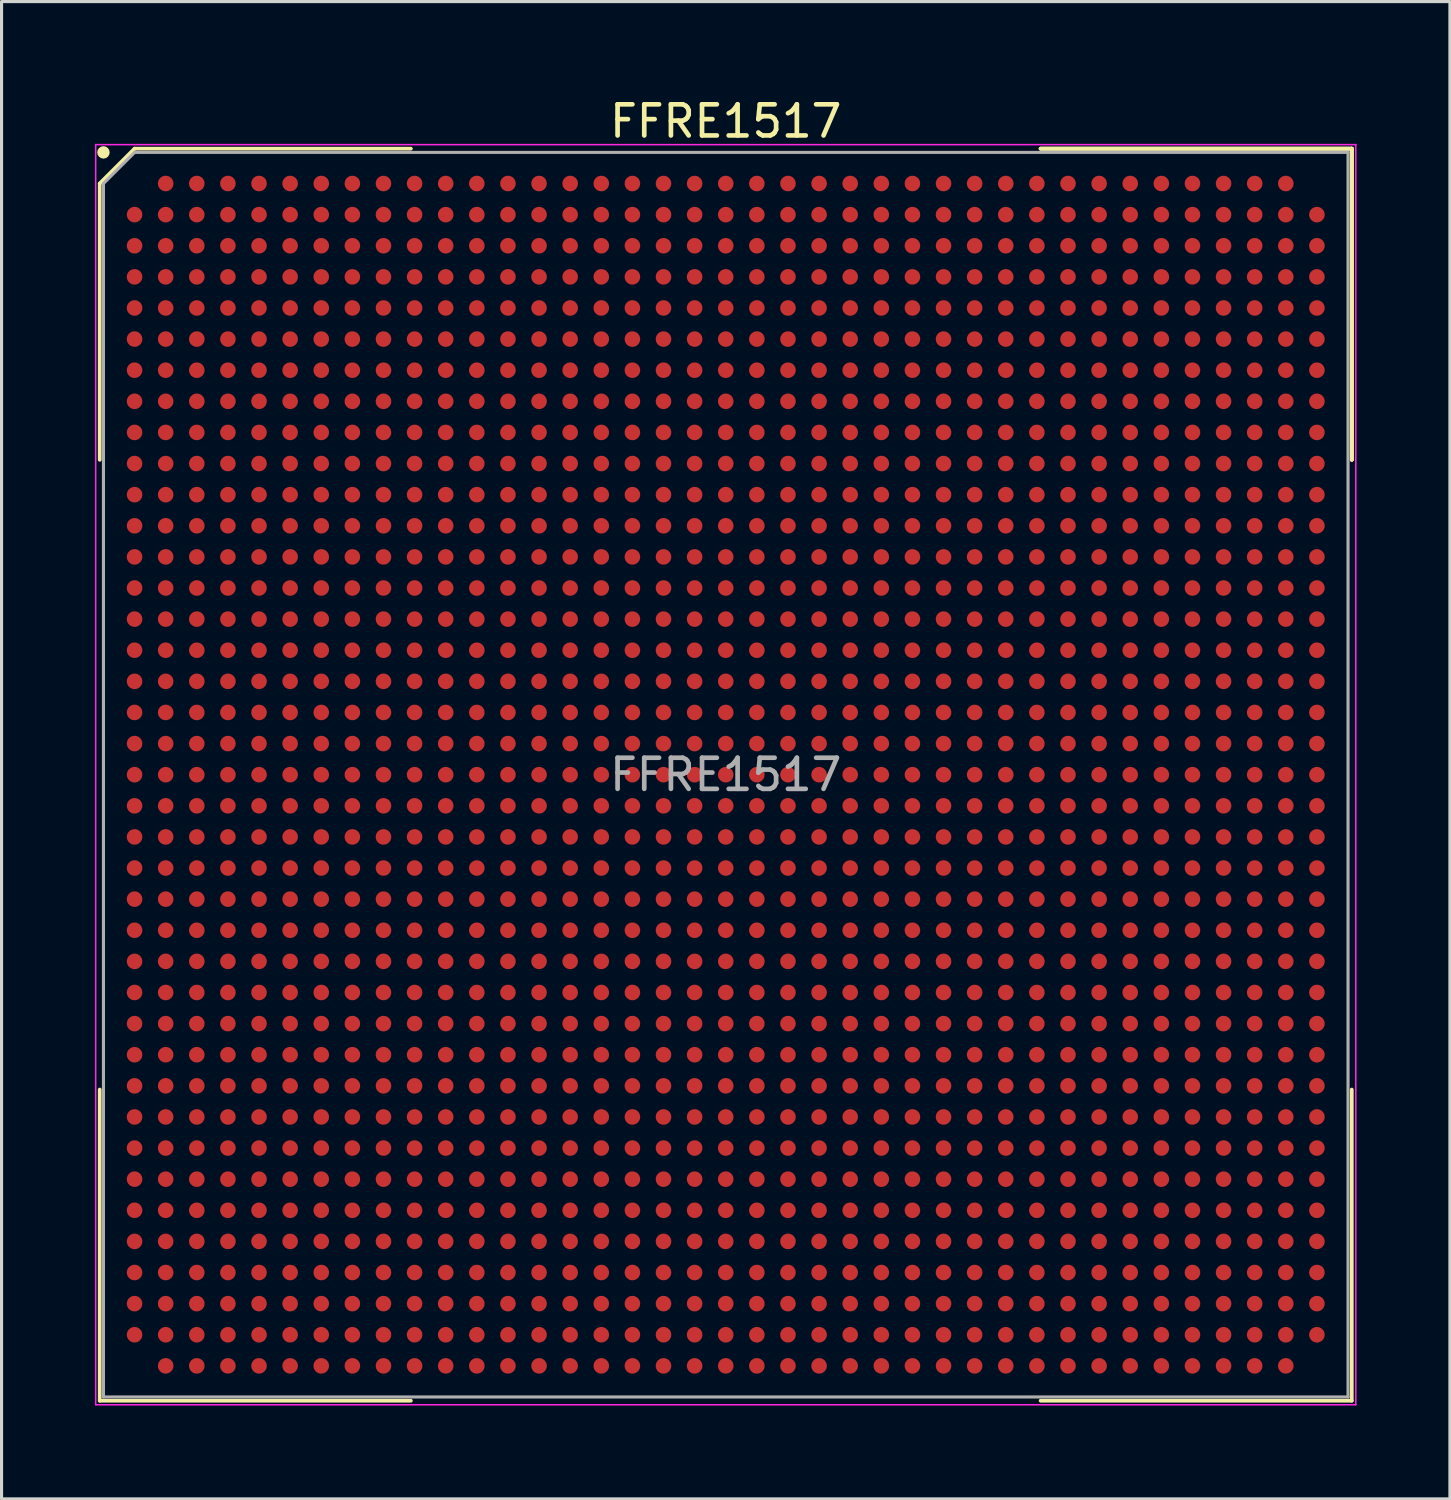
<source format=kicad_pcb>
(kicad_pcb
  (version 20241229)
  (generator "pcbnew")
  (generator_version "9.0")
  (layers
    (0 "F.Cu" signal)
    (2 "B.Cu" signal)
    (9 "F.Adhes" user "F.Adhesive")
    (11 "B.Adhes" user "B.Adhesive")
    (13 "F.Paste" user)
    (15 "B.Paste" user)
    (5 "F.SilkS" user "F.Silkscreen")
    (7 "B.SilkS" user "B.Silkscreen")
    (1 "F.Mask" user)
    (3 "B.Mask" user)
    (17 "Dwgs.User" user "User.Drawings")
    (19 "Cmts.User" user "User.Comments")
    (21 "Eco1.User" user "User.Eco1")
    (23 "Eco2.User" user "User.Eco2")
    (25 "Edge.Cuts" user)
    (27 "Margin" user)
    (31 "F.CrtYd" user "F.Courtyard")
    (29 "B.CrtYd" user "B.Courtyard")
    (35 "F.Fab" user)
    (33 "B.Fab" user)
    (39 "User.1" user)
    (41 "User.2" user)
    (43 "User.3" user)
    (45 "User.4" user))
  (footprint "FFRE1517"
    (layer "F.Cu")
    (at 20.275 21.848)
    (property "Reference" "FFRE1517" (at 0 -21 0) (layer "F.SilkS") (effects (font (size 1 1) (thickness 0.15))))
    (attr smd)
    (fp_line (start -20.12 -19) (end -20.12 -10.12) (stroke (width 0.12) (type solid)) (layer "F.SilkS"))
    (fp_line (start -20.12 20.12) (end -20.12 10.12) (stroke (width 0.12) (type solid)) (layer "F.SilkS"))
    (fp_line (start -19 -20.12) (end -20.12 -19) (stroke (width 0.12) (type solid)) (layer "F.SilkS"))
    (fp_line (start -10.12 -20.12) (end -19 -20.12) (stroke (width 0.12) (type solid)) (layer "F.SilkS"))
    (fp_line (start -10.12 20.12) (end -20.12 20.12) (stroke (width 0.12) (type solid)) (layer "F.SilkS"))
    (fp_line (start 10.12 -20.12) (end 20.12 -20.12) (stroke (width 0.12) (type solid)) (layer "F.SilkS"))
    (fp_line (start 10.12 -20.12) (end 20.12 -20.12) (stroke (width 0.12) (type solid)) (layer "F.SilkS"))
    (fp_line (start 10.12 -20.12) (end 20.12 -20.12) (stroke (width 0.12) (type solid)) (layer "F.SilkS"))
    (fp_line (start 10.12 20.12) (end 20.12 20.12) (stroke (width 0.12) (type solid)) (layer "F.SilkS"))
    (fp_line (start 20.12 -20.12) (end 20.12 -10.12) (stroke (width 0.12) (type solid)) (layer "F.SilkS"))
    (fp_line (start 20.12 -20.12) (end 20.12 -10.12) (stroke (width 0.12) (type solid)) (layer "F.SilkS"))
    (fp_line (start 20.12 -20.12) (end 20.12 -10.12) (stroke (width 0.12) (type solid)) (layer "F.SilkS"))
    (fp_line (start 20.12 20.12) (end 20.12 10.12) (stroke (width 0.12) (type solid)) (layer "F.SilkS"))
    (fp_circle (center -20 -20) (end -20 -19.9) (stroke (width 0.2) (type solid)) (fill no) (layer "F.SilkS"))
    (fp_line (start -20.25 -20.25) (end 20.25 -20.25) (stroke (width 0.05) (type solid)) (layer "F.CrtYd"))
    (fp_line (start -20.25 20.25) (end -20.25 -20.25) (stroke (width 0.05) (type solid)) (layer "F.CrtYd"))
    (fp_line (start 20.25 -20.25) (end 20.25 20.25) (stroke (width 0.05) (type solid)) (layer "F.CrtYd"))
    (fp_line (start 20.25 20.25) (end -20.25 20.25) (stroke (width 0.05) (type solid)) (layer "F.CrtYd"))
    (fp_line (start -20 -19) (end -20 20) (stroke (width 0.1) (type solid)) (layer "F.Fab"))
    (fp_line (start -20 20) (end 20 20) (stroke (width 0.1) (type solid)) (layer "F.Fab"))
    (fp_line (start -19 -20) (end -20 -19) (stroke (width 0.1) (type solid)) (layer "F.Fab"))
    (fp_line (start 20 -20) (end -19 -20) (stroke (width 0.1) (type solid)) (layer "F.Fab"))
    (fp_line (start 20 20) (end 20 -20) (stroke (width 0.1) (type solid)) (layer "F.Fab"))
    (fp_text user "${REFERENCE}" (at 0 0 0) (layer "F.Fab") (effects (font (size 1 1) (thickness 0.15))))
    (pad "A2" smd circle (at -18 -19) (size 0.5 0.5) (layers "F.Cu" "F.Mask" "F.Paste"))
    (pad "A3" smd circle (at -17 -19) (size 0.5 0.5) (layers "F.Cu" "F.Mask" "F.Paste"))
    (pad "A4" smd circle (at -16 -19) (size 0.5 0.5) (layers "F.Cu" "F.Mask" "F.Paste"))
    (pad "A5" smd circle (at -15 -19) (size 0.5 0.5) (layers "F.Cu" "F.Mask" "F.Paste"))
    (pad "A6" smd circle (at -14 -19) (size 0.5 0.5) (layers "F.Cu" "F.Mask" "F.Paste"))
    (pad "A7" smd circle (at -13 -19) (size 0.5 0.5) (layers "F.Cu" "F.Mask" "F.Paste"))
    (pad "A8" smd circle (at -12 -19) (size 0.5 0.5) (layers "F.Cu" "F.Mask" "F.Paste"))
    (pad "A9" smd circle (at -11 -19) (size 0.5 0.5) (layers "F.Cu" "F.Mask" "F.Paste"))
    (pad "A10" smd circle (at -10 -19) (size 0.5 0.5) (layers "F.Cu" "F.Mask" "F.Paste"))
    (pad "A11" smd circle (at -9 -19) (size 0.5 0.5) (layers "F.Cu" "F.Mask" "F.Paste"))
    (pad "A12" smd circle (at -8 -19) (size 0.5 0.5) (layers "F.Cu" "F.Mask" "F.Paste"))
    (pad "A13" smd circle (at -7 -19) (size 0.5 0.5) (layers "F.Cu" "F.Mask" "F.Paste"))
    (pad "A14" smd circle (at -6 -19) (size 0.5 0.5) (layers "F.Cu" "F.Mask" "F.Paste"))
    (pad "A15" smd circle (at -5 -19) (size 0.5 0.5) (layers "F.Cu" "F.Mask" "F.Paste"))
    (pad "A16" smd circle (at -4 -19) (size 0.5 0.5) (layers "F.Cu" "F.Mask" "F.Paste"))
    (pad "A17" smd circle (at -3 -19) (size 0.5 0.5) (layers "F.Cu" "F.Mask" "F.Paste"))
    (pad "A18" smd circle (at -2 -19) (size 0.5 0.5) (layers "F.Cu" "F.Mask" "F.Paste"))
    (pad "A19" smd circle (at -1 -19) (size 0.5 0.5) (layers "F.Cu" "F.Mask" "F.Paste"))
    (pad "A20" smd circle (at 0 -19) (size 0.5 0.5) (layers "F.Cu" "F.Mask" "F.Paste"))
    (pad "A21" smd circle (at 1 -19) (size 0.5 0.5) (layers "F.Cu" "F.Mask" "F.Paste"))
    (pad "A22" smd circle (at 2 -19) (size 0.5 0.5) (layers "F.Cu" "F.Mask" "F.Paste"))
    (pad "A23" smd circle (at 3 -19) (size 0.5 0.5) (layers "F.Cu" "F.Mask" "F.Paste"))
    (pad "A24" smd circle (at 4 -19) (size 0.5 0.5) (layers "F.Cu" "F.Mask" "F.Paste"))
    (pad "A25" smd circle (at 5 -19) (size 0.5 0.5) (layers "F.Cu" "F.Mask" "F.Paste"))
    (pad "A26" smd circle (at 6 -19) (size 0.5 0.5) (layers "F.Cu" "F.Mask" "F.Paste"))
    (pad "A27" smd circle (at 7 -19) (size 0.5 0.5) (layers "F.Cu" "F.Mask" "F.Paste"))
    (pad "A28" smd circle (at 8 -19) (size 0.5 0.5) (layers "F.Cu" "F.Mask" "F.Paste"))
    (pad "A29" smd circle (at 9 -19) (size 0.5 0.5) (layers "F.Cu" "F.Mask" "F.Paste"))
    (pad "A30" smd circle (at 10 -19) (size 0.5 0.5) (layers "F.Cu" "F.Mask" "F.Paste"))
    (pad "A31" smd circle (at 11 -19) (size 0.5 0.5) (layers "F.Cu" "F.Mask" "F.Paste"))
    (pad "A32" smd circle (at 12 -19) (size 0.5 0.5) (layers "F.Cu" "F.Mask" "F.Paste"))
    (pad "A33" smd circle (at 13 -19) (size 0.5 0.5) (layers "F.Cu" "F.Mask" "F.Paste"))
    (pad "A34" smd circle (at 14 -19) (size 0.5 0.5) (layers "F.Cu" "F.Mask" "F.Paste"))
    (pad "A35" smd circle (at 15 -19) (size 0.5 0.5) (layers "F.Cu" "F.Mask" "F.Paste"))
    (pad "A36" smd circle (at 16 -19) (size 0.5 0.5) (layers "F.Cu" "F.Mask" "F.Paste"))
    (pad "A37" smd circle (at 17 -19) (size 0.5 0.5) (layers "F.Cu" "F.Mask" "F.Paste"))
    (pad "A38" smd circle (at 18 -19) (size 0.5 0.5) (layers "F.Cu" "F.Mask" "F.Paste"))
    (pad "AA1" smd circle (at -19 1) (size 0.5 0.5) (layers "F.Cu" "F.Mask" "F.Paste"))
    (pad "AA2" smd circle (at -18 1) (size 0.5 0.5) (layers "F.Cu" "F.Mask" "F.Paste"))
    (pad "AA3" smd circle (at -17 1) (size 0.5 0.5) (layers "F.Cu" "F.Mask" "F.Paste"))
    (pad "AA4" smd circle (at -16 1) (size 0.5 0.5) (layers "F.Cu" "F.Mask" "F.Paste"))
    (pad "AA5" smd circle (at -15 1) (size 0.5 0.5) (layers "F.Cu" "F.Mask" "F.Paste"))
    (pad "AA6" smd circle (at -14 1) (size 0.5 0.5) (layers "F.Cu" "F.Mask" "F.Paste"))
    (pad "AA7" smd circle (at -13 1) (size 0.5 0.5) (layers "F.Cu" "F.Mask" "F.Paste"))
    (pad "AA8" smd circle (at -12 1) (size 0.5 0.5) (layers "F.Cu" "F.Mask" "F.Paste"))
    (pad "AA9" smd circle (at -11 1) (size 0.5 0.5) (layers "F.Cu" "F.Mask" "F.Paste"))
    (pad "AA10" smd circle (at -10 1) (size 0.5 0.5) (layers "F.Cu" "F.Mask" "F.Paste"))
    (pad "AA11" smd circle (at -9 1) (size 0.5 0.5) (layers "F.Cu" "F.Mask" "F.Paste"))
    (pad "AA12" smd circle (at -8 1) (size 0.5 0.5) (layers "F.Cu" "F.Mask" "F.Paste"))
    (pad "AA13" smd circle (at -7 1) (size 0.5 0.5) (layers "F.Cu" "F.Mask" "F.Paste"))
    (pad "AA14" smd circle (at -6 1) (size 0.5 0.5) (layers "F.Cu" "F.Mask" "F.Paste"))
    (pad "AA15" smd circle (at -5 1) (size 0.5 0.5) (layers "F.Cu" "F.Mask" "F.Paste"))
    (pad "AA16" smd circle (at -4 1) (size 0.5 0.5) (layers "F.Cu" "F.Mask" "F.Paste"))
    (pad "AA17" smd circle (at -3 1) (size 0.5 0.5) (layers "F.Cu" "F.Mask" "F.Paste"))
    (pad "AA18" smd circle (at -2 1) (size 0.5 0.5) (layers "F.Cu" "F.Mask" "F.Paste"))
    (pad "AA19" smd circle (at -1 1) (size 0.5 0.5) (layers "F.Cu" "F.Mask" "F.Paste"))
    (pad "AA20" smd circle (at 0 1) (size 0.5 0.5) (layers "F.Cu" "F.Mask" "F.Paste"))
    (pad "AA21" smd circle (at 1 1) (size 0.5 0.5) (layers "F.Cu" "F.Mask" "F.Paste"))
    (pad "AA22" smd circle (at 2 1) (size 0.5 0.5) (layers "F.Cu" "F.Mask" "F.Paste"))
    (pad "AA23" smd circle (at 3 1) (size 0.5 0.5) (layers "F.Cu" "F.Mask" "F.Paste"))
    (pad "AA24" smd circle (at 4 1) (size 0.5 0.5) (layers "F.Cu" "F.Mask" "F.Paste"))
    (pad "AA25" smd circle (at 5 1) (size 0.5 0.5) (layers "F.Cu" "F.Mask" "F.Paste"))
    (pad "AA26" smd circle (at 6 1) (size 0.5 0.5) (layers "F.Cu" "F.Mask" "F.Paste"))
    (pad "AA27" smd circle (at 7 1) (size 0.5 0.5) (layers "F.Cu" "F.Mask" "F.Paste"))
    (pad "AA28" smd circle (at 8 1) (size 0.5 0.5) (layers "F.Cu" "F.Mask" "F.Paste"))
    (pad "AA29" smd circle (at 9 1) (size 0.5 0.5) (layers "F.Cu" "F.Mask" "F.Paste"))
    (pad "AA30" smd circle (at 10 1) (size 0.5 0.5) (layers "F.Cu" "F.Mask" "F.Paste"))
    (pad "AA31" smd circle (at 11 1) (size 0.5 0.5) (layers "F.Cu" "F.Mask" "F.Paste"))
    (pad "AA32" smd circle (at 12 1) (size 0.5 0.5) (layers "F.Cu" "F.Mask" "F.Paste"))
    (pad "AA33" smd circle (at 13 1) (size 0.5 0.5) (layers "F.Cu" "F.Mask" "F.Paste"))
    (pad "AA34" smd circle (at 14 1) (size 0.5 0.5) (layers "F.Cu" "F.Mask" "F.Paste"))
    (pad "AA35" smd circle (at 15 1) (size 0.5 0.5) (layers "F.Cu" "F.Mask" "F.Paste"))
    (pad "AA36" smd circle (at 16 1) (size 0.5 0.5) (layers "F.Cu" "F.Mask" "F.Paste"))
    (pad "AA37" smd circle (at 17 1) (size 0.5 0.5) (layers "F.Cu" "F.Mask" "F.Paste"))
    (pad "AA38" smd circle (at 18 1) (size 0.5 0.5) (layers "F.Cu" "F.Mask" "F.Paste"))
    (pad "AA39" smd circle (at 19 1) (size 0.5 0.5) (layers "F.Cu" "F.Mask" "F.Paste"))
    (pad "AB1" smd circle (at -19 2) (size 0.5 0.5) (layers "F.Cu" "F.Mask" "F.Paste"))
    (pad "AB2" smd circle (at -18 2) (size 0.5 0.5) (layers "F.Cu" "F.Mask" "F.Paste"))
    (pad "AB3" smd circle (at -17 2) (size 0.5 0.5) (layers "F.Cu" "F.Mask" "F.Paste"))
    (pad "AB4" smd circle (at -16 2) (size 0.5 0.5) (layers "F.Cu" "F.Mask" "F.Paste"))
    (pad "AB5" smd circle (at -15 2) (size 0.5 0.5) (layers "F.Cu" "F.Mask" "F.Paste"))
    (pad "AB6" smd circle (at -14 2) (size 0.5 0.5) (layers "F.Cu" "F.Mask" "F.Paste"))
    (pad "AB7" smd circle (at -13 2) (size 0.5 0.5) (layers "F.Cu" "F.Mask" "F.Paste"))
    (pad "AB8" smd circle (at -12 2) (size 0.5 0.5) (layers "F.Cu" "F.Mask" "F.Paste"))
    (pad "AB9" smd circle (at -11 2) (size 0.5 0.5) (layers "F.Cu" "F.Mask" "F.Paste"))
    (pad "AB10" smd circle (at -10 2) (size 0.5 0.5) (layers "F.Cu" "F.Mask" "F.Paste"))
    (pad "AB11" smd circle (at -9 2) (size 0.5 0.5) (layers "F.Cu" "F.Mask" "F.Paste"))
    (pad "AB12" smd circle (at -8 2) (size 0.5 0.5) (layers "F.Cu" "F.Mask" "F.Paste"))
    (pad "AB13" smd circle (at -7 2) (size 0.5 0.5) (layers "F.Cu" "F.Mask" "F.Paste"))
    (pad "AB14" smd circle (at -6 2) (size 0.5 0.5) (layers "F.Cu" "F.Mask" "F.Paste"))
    (pad "AB15" smd circle (at -5 2) (size 0.5 0.5) (layers "F.Cu" "F.Mask" "F.Paste"))
    (pad "AB16" smd circle (at -4 2) (size 0.5 0.5) (layers "F.Cu" "F.Mask" "F.Paste"))
    (pad "AB17" smd circle (at -3 2) (size 0.5 0.5) (layers "F.Cu" "F.Mask" "F.Paste"))
    (pad "AB18" smd circle (at -2 2) (size 0.5 0.5) (layers "F.Cu" "F.Mask" "F.Paste"))
    (pad "AB19" smd circle (at -1 2) (size 0.5 0.5) (layers "F.Cu" "F.Mask" "F.Paste"))
    (pad "AB20" smd circle (at 0 2) (size 0.5 0.5) (layers "F.Cu" "F.Mask" "F.Paste"))
    (pad "AB21" smd circle (at 1 2) (size 0.5 0.5) (layers "F.Cu" "F.Mask" "F.Paste"))
    (pad "AB22" smd circle (at 2 2) (size 0.5 0.5) (layers "F.Cu" "F.Mask" "F.Paste"))
    (pad "AB23" smd circle (at 3 2) (size 0.5 0.5) (layers "F.Cu" "F.Mask" "F.Paste"))
    (pad "AB24" smd circle (at 4 2) (size 0.5 0.5) (layers "F.Cu" "F.Mask" "F.Paste"))
    (pad "AB25" smd circle (at 5 2) (size 0.5 0.5) (layers "F.Cu" "F.Mask" "F.Paste"))
    (pad "AB26" smd circle (at 6 2) (size 0.5 0.5) (layers "F.Cu" "F.Mask" "F.Paste"))
    (pad "AB27" smd circle (at 7 2) (size 0.5 0.5) (layers "F.Cu" "F.Mask" "F.Paste"))
    (pad "AB28" smd circle (at 8 2) (size 0.5 0.5) (layers "F.Cu" "F.Mask" "F.Paste"))
    (pad "AB29" smd circle (at 9 2) (size 0.5 0.5) (layers "F.Cu" "F.Mask" "F.Paste"))
    (pad "AB30" smd circle (at 10 2) (size 0.5 0.5) (layers "F.Cu" "F.Mask" "F.Paste"))
    (pad "AB31" smd circle (at 11 2) (size 0.5 0.5) (layers "F.Cu" "F.Mask" "F.Paste"))
    (pad "AB32" smd circle (at 12 2) (size 0.5 0.5) (layers "F.Cu" "F.Mask" "F.Paste"))
    (pad "AB33" smd circle (at 13 2) (size 0.5 0.5) (layers "F.Cu" "F.Mask" "F.Paste"))
    (pad "AB34" smd circle (at 14 2) (size 0.5 0.5) (layers "F.Cu" "F.Mask" "F.Paste"))
    (pad "AB35" smd circle (at 15 2) (size 0.5 0.5) (layers "F.Cu" "F.Mask" "F.Paste"))
    (pad "AB36" smd circle (at 16 2) (size 0.5 0.5) (layers "F.Cu" "F.Mask" "F.Paste"))
    (pad "AB37" smd circle (at 17 2) (size 0.5 0.5) (layers "F.Cu" "F.Mask" "F.Paste"))
    (pad "AB38" smd circle (at 18 2) (size 0.5 0.5) (layers "F.Cu" "F.Mask" "F.Paste"))
    (pad "AB39" smd circle (at 19 2) (size 0.5 0.5) (layers "F.Cu" "F.Mask" "F.Paste"))
    (pad "AC1" smd circle (at -19 3) (size 0.5 0.5) (layers "F.Cu" "F.Mask" "F.Paste"))
    (pad "AC2" smd circle (at -18 3) (size 0.5 0.5) (layers "F.Cu" "F.Mask" "F.Paste"))
    (pad "AC3" smd circle (at -17 3) (size 0.5 0.5) (layers "F.Cu" "F.Mask" "F.Paste"))
    (pad "AC4" smd circle (at -16 3) (size 0.5 0.5) (layers "F.Cu" "F.Mask" "F.Paste"))
    (pad "AC5" smd circle (at -15 3) (size 0.5 0.5) (layers "F.Cu" "F.Mask" "F.Paste"))
    (pad "AC6" smd circle (at -14 3) (size 0.5 0.5) (layers "F.Cu" "F.Mask" "F.Paste"))
    (pad "AC7" smd circle (at -13 3) (size 0.5 0.5) (layers "F.Cu" "F.Mask" "F.Paste"))
    (pad "AC8" smd circle (at -12 3) (size 0.5 0.5) (layers "F.Cu" "F.Mask" "F.Paste"))
    (pad "AC9" smd circle (at -11 3) (size 0.5 0.5) (layers "F.Cu" "F.Mask" "F.Paste"))
    (pad "AC10" smd circle (at -10 3) (size 0.5 0.5) (layers "F.Cu" "F.Mask" "F.Paste"))
    (pad "AC11" smd circle (at -9 3) (size 0.5 0.5) (layers "F.Cu" "F.Mask" "F.Paste"))
    (pad "AC12" smd circle (at -8 3) (size 0.5 0.5) (layers "F.Cu" "F.Mask" "F.Paste"))
    (pad "AC13" smd circle (at -7 3) (size 0.5 0.5) (layers "F.Cu" "F.Mask" "F.Paste"))
    (pad "AC14" smd circle (at -6 3) (size 0.5 0.5) (layers "F.Cu" "F.Mask" "F.Paste"))
    (pad "AC15" smd circle (at -5 3) (size 0.5 0.5) (layers "F.Cu" "F.Mask" "F.Paste"))
    (pad "AC16" smd circle (at -4 3) (size 0.5 0.5) (layers "F.Cu" "F.Mask" "F.Paste"))
    (pad "AC17" smd circle (at -3 3) (size 0.5 0.5) (layers "F.Cu" "F.Mask" "F.Paste"))
    (pad "AC18" smd circle (at -2 3) (size 0.5 0.5) (layers "F.Cu" "F.Mask" "F.Paste"))
    (pad "AC19" smd circle (at -1 3) (size 0.5 0.5) (layers "F.Cu" "F.Mask" "F.Paste"))
    (pad "AC20" smd circle (at 0 3) (size 0.5 0.5) (layers "F.Cu" "F.Mask" "F.Paste"))
    (pad "AC21" smd circle (at 1 3) (size 0.5 0.5) (layers "F.Cu" "F.Mask" "F.Paste"))
    (pad "AC22" smd circle (at 2 3) (size 0.5 0.5) (layers "F.Cu" "F.Mask" "F.Paste"))
    (pad "AC23" smd circle (at 3 3) (size 0.5 0.5) (layers "F.Cu" "F.Mask" "F.Paste"))
    (pad "AC24" smd circle (at 4 3) (size 0.5 0.5) (layers "F.Cu" "F.Mask" "F.Paste"))
    (pad "AC25" smd circle (at 5 3) (size 0.5 0.5) (layers "F.Cu" "F.Mask" "F.Paste"))
    (pad "AC26" smd circle (at 6 3) (size 0.5 0.5) (layers "F.Cu" "F.Mask" "F.Paste"))
    (pad "AC27" smd circle (at 7 3) (size 0.5 0.5) (layers "F.Cu" "F.Mask" "F.Paste"))
    (pad "AC28" smd circle (at 8 3) (size 0.5 0.5) (layers "F.Cu" "F.Mask" "F.Paste"))
    (pad "AC29" smd circle (at 9 3) (size 0.5 0.5) (layers "F.Cu" "F.Mask" "F.Paste"))
    (pad "AC30" smd circle (at 10 3) (size 0.5 0.5) (layers "F.Cu" "F.Mask" "F.Paste"))
    (pad "AC31" smd circle (at 11 3) (size 0.5 0.5) (layers "F.Cu" "F.Mask" "F.Paste"))
    (pad "AC32" smd circle (at 12 3) (size 0.5 0.5) (layers "F.Cu" "F.Mask" "F.Paste"))
    (pad "AC33" smd circle (at 13 3) (size 0.5 0.5) (layers "F.Cu" "F.Mask" "F.Paste"))
    (pad "AC34" smd circle (at 14 3) (size 0.5 0.5) (layers "F.Cu" "F.Mask" "F.Paste"))
    (pad "AC35" smd circle (at 15 3) (size 0.5 0.5) (layers "F.Cu" "F.Mask" "F.Paste"))
    (pad "AC36" smd circle (at 16 3) (size 0.5 0.5) (layers "F.Cu" "F.Mask" "F.Paste"))
    (pad "AC37" smd circle (at 17 3) (size 0.5 0.5) (layers "F.Cu" "F.Mask" "F.Paste"))
    (pad "AC38" smd circle (at 18 3) (size 0.5 0.5) (layers "F.Cu" "F.Mask" "F.Paste"))
    (pad "AC39" smd circle (at 19 3) (size 0.5 0.5) (layers "F.Cu" "F.Mask" "F.Paste"))
    (pad "AD1" smd circle (at -19 4) (size 0.5 0.5) (layers "F.Cu" "F.Mask" "F.Paste"))
    (pad "AD2" smd circle (at -18 4) (size 0.5 0.5) (layers "F.Cu" "F.Mask" "F.Paste"))
    (pad "AD3" smd circle (at -17 4) (size 0.5 0.5) (layers "F.Cu" "F.Mask" "F.Paste"))
    (pad "AD4" smd circle (at -16 4) (size 0.5 0.5) (layers "F.Cu" "F.Mask" "F.Paste"))
    (pad "AD5" smd circle (at -15 4) (size 0.5 0.5) (layers "F.Cu" "F.Mask" "F.Paste"))
    (pad "AD6" smd circle (at -14 4) (size 0.5 0.5) (layers "F.Cu" "F.Mask" "F.Paste"))
    (pad "AD7" smd circle (at -13 4) (size 0.5 0.5) (layers "F.Cu" "F.Mask" "F.Paste"))
    (pad "AD8" smd circle (at -12 4) (size 0.5 0.5) (layers "F.Cu" "F.Mask" "F.Paste"))
    (pad "AD9" smd circle (at -11 4) (size 0.5 0.5) (layers "F.Cu" "F.Mask" "F.Paste"))
    (pad "AD10" smd circle (at -10 4) (size 0.5 0.5) (layers "F.Cu" "F.Mask" "F.Paste"))
    (pad "AD11" smd circle (at -9 4) (size 0.5 0.5) (layers "F.Cu" "F.Mask" "F.Paste"))
    (pad "AD12" smd circle (at -8 4) (size 0.5 0.5) (layers "F.Cu" "F.Mask" "F.Paste"))
    (pad "AD13" smd circle (at -7 4) (size 0.5 0.5) (layers "F.Cu" "F.Mask" "F.Paste"))
    (pad "AD14" smd circle (at -6 4) (size 0.5 0.5) (layers "F.Cu" "F.Mask" "F.Paste"))
    (pad "AD15" smd circle (at -5 4) (size 0.5 0.5) (layers "F.Cu" "F.Mask" "F.Paste"))
    (pad "AD16" smd circle (at -4 4) (size 0.5 0.5) (layers "F.Cu" "F.Mask" "F.Paste"))
    (pad "AD17" smd circle (at -3 4) (size 0.5 0.5) (layers "F.Cu" "F.Mask" "F.Paste"))
    (pad "AD18" smd circle (at -2 4) (size 0.5 0.5) (layers "F.Cu" "F.Mask" "F.Paste"))
    (pad "AD19" smd circle (at -1 4) (size 0.5 0.5) (layers "F.Cu" "F.Mask" "F.Paste"))
    (pad "AD20" smd circle (at 0 4) (size 0.5 0.5) (layers "F.Cu" "F.Mask" "F.Paste"))
    (pad "AD21" smd circle (at 1 4) (size 0.5 0.5) (layers "F.Cu" "F.Mask" "F.Paste"))
    (pad "AD22" smd circle (at 2 4) (size 0.5 0.5) (layers "F.Cu" "F.Mask" "F.Paste"))
    (pad "AD23" smd circle (at 3 4) (size 0.5 0.5) (layers "F.Cu" "F.Mask" "F.Paste"))
    (pad "AD24" smd circle (at 4 4) (size 0.5 0.5) (layers "F.Cu" "F.Mask" "F.Paste"))
    (pad "AD25" smd circle (at 5 4) (size 0.5 0.5) (layers "F.Cu" "F.Mask" "F.Paste"))
    (pad "AD26" smd circle (at 6 4) (size 0.5 0.5) (layers "F.Cu" "F.Mask" "F.Paste"))
    (pad "AD27" smd circle (at 7 4) (size 0.5 0.5) (layers "F.Cu" "F.Mask" "F.Paste"))
    (pad "AD28" smd circle (at 8 4) (size 0.5 0.5) (layers "F.Cu" "F.Mask" "F.Paste"))
    (pad "AD29" smd circle (at 9 4) (size 0.5 0.5) (layers "F.Cu" "F.Mask" "F.Paste"))
    (pad "AD30" smd circle (at 10 4) (size 0.5 0.5) (layers "F.Cu" "F.Mask" "F.Paste"))
    (pad "AD31" smd circle (at 11 4) (size 0.5 0.5) (layers "F.Cu" "F.Mask" "F.Paste"))
    (pad "AD32" smd circle (at 12 4) (size 0.5 0.5) (layers "F.Cu" "F.Mask" "F.Paste"))
    (pad "AD33" smd circle (at 13 4) (size 0.5 0.5) (layers "F.Cu" "F.Mask" "F.Paste"))
    (pad "AD34" smd circle (at 14 4) (size 0.5 0.5) (layers "F.Cu" "F.Mask" "F.Paste"))
    (pad "AD35" smd circle (at 15 4) (size 0.5 0.5) (layers "F.Cu" "F.Mask" "F.Paste"))
    (pad "AD36" smd circle (at 16 4) (size 0.5 0.5) (layers "F.Cu" "F.Mask" "F.Paste"))
    (pad "AD37" smd circle (at 17 4) (size 0.5 0.5) (layers "F.Cu" "F.Mask" "F.Paste"))
    (pad "AD38" smd circle (at 18 4) (size 0.5 0.5) (layers "F.Cu" "F.Mask" "F.Paste"))
    (pad "AD39" smd circle (at 19 4) (size 0.5 0.5) (layers "F.Cu" "F.Mask" "F.Paste"))
    (pad "AE1" smd circle (at -19 5) (size 0.5 0.5) (layers "F.Cu" "F.Mask" "F.Paste"))
    (pad "AE2" smd circle (at -18 5) (size 0.5 0.5) (layers "F.Cu" "F.Mask" "F.Paste"))
    (pad "AE3" smd circle (at -17 5) (size 0.5 0.5) (layers "F.Cu" "F.Mask" "F.Paste"))
    (pad "AE4" smd circle (at -16 5) (size 0.5 0.5) (layers "F.Cu" "F.Mask" "F.Paste"))
    (pad "AE5" smd circle (at -15 5) (size 0.5 0.5) (layers "F.Cu" "F.Mask" "F.Paste"))
    (pad "AE6" smd circle (at -14 5) (size 0.5 0.5) (layers "F.Cu" "F.Mask" "F.Paste"))
    (pad "AE7" smd circle (at -13 5) (size 0.5 0.5) (layers "F.Cu" "F.Mask" "F.Paste"))
    (pad "AE8" smd circle (at -12 5) (size 0.5 0.5) (layers "F.Cu" "F.Mask" "F.Paste"))
    (pad "AE9" smd circle (at -11 5) (size 0.5 0.5) (layers "F.Cu" "F.Mask" "F.Paste"))
    (pad "AE10" smd circle (at -10 5) (size 0.5 0.5) (layers "F.Cu" "F.Mask" "F.Paste"))
    (pad "AE11" smd circle (at -9 5) (size 0.5 0.5) (layers "F.Cu" "F.Mask" "F.Paste"))
    (pad "AE12" smd circle (at -8 5) (size 0.5 0.5) (layers "F.Cu" "F.Mask" "F.Paste"))
    (pad "AE13" smd circle (at -7 5) (size 0.5 0.5) (layers "F.Cu" "F.Mask" "F.Paste"))
    (pad "AE14" smd circle (at -6 5) (size 0.5 0.5) (layers "F.Cu" "F.Mask" "F.Paste"))
    (pad "AE15" smd circle (at -5 5) (size 0.5 0.5) (layers "F.Cu" "F.Mask" "F.Paste"))
    (pad "AE16" smd circle (at -4 5) (size 0.5 0.5) (layers "F.Cu" "F.Mask" "F.Paste"))
    (pad "AE17" smd circle (at -3 5) (size 0.5 0.5) (layers "F.Cu" "F.Mask" "F.Paste"))
    (pad "AE18" smd circle (at -2 5) (size 0.5 0.5) (layers "F.Cu" "F.Mask" "F.Paste"))
    (pad "AE19" smd circle (at -1 5) (size 0.5 0.5) (layers "F.Cu" "F.Mask" "F.Paste"))
    (pad "AE20" smd circle (at 0 5) (size 0.5 0.5) (layers "F.Cu" "F.Mask" "F.Paste"))
    (pad "AE21" smd circle (at 1 5) (size 0.5 0.5) (layers "F.Cu" "F.Mask" "F.Paste"))
    (pad "AE22" smd circle (at 2 5) (size 0.5 0.5) (layers "F.Cu" "F.Mask" "F.Paste"))
    (pad "AE23" smd circle (at 3 5) (size 0.5 0.5) (layers "F.Cu" "F.Mask" "F.Paste"))
    (pad "AE24" smd circle (at 4 5) (size 0.5 0.5) (layers "F.Cu" "F.Mask" "F.Paste"))
    (pad "AE25" smd circle (at 5 5) (size 0.5 0.5) (layers "F.Cu" "F.Mask" "F.Paste"))
    (pad "AE26" smd circle (at 6 5) (size 0.5 0.5) (layers "F.Cu" "F.Mask" "F.Paste"))
    (pad "AE27" smd circle (at 7 5) (size 0.5 0.5) (layers "F.Cu" "F.Mask" "F.Paste"))
    (pad "AE28" smd circle (at 8 5) (size 0.5 0.5) (layers "F.Cu" "F.Mask" "F.Paste"))
    (pad "AE29" smd circle (at 9 5) (size 0.5 0.5) (layers "F.Cu" "F.Mask" "F.Paste"))
    (pad "AE30" smd circle (at 10 5) (size 0.5 0.5) (layers "F.Cu" "F.Mask" "F.Paste"))
    (pad "AE31" smd circle (at 11 5) (size 0.5 0.5) (layers "F.Cu" "F.Mask" "F.Paste"))
    (pad "AE32" smd circle (at 12 5) (size 0.5 0.5) (layers "F.Cu" "F.Mask" "F.Paste"))
    (pad "AE33" smd circle (at 13 5) (size 0.5 0.5) (layers "F.Cu" "F.Mask" "F.Paste"))
    (pad "AE34" smd circle (at 14 5) (size 0.5 0.5) (layers "F.Cu" "F.Mask" "F.Paste"))
    (pad "AE35" smd circle (at 15 5) (size 0.5 0.5) (layers "F.Cu" "F.Mask" "F.Paste"))
    (pad "AE36" smd circle (at 16 5) (size 0.5 0.5) (layers "F.Cu" "F.Mask" "F.Paste"))
    (pad "AE37" smd circle (at 17 5) (size 0.5 0.5) (layers "F.Cu" "F.Mask" "F.Paste"))
    (pad "AE38" smd circle (at 18 5) (size 0.5 0.5) (layers "F.Cu" "F.Mask" "F.Paste"))
    (pad "AE39" smd circle (at 19 5) (size 0.5 0.5) (layers "F.Cu" "F.Mask" "F.Paste"))
    (pad "AF1" smd circle (at -19 6) (size 0.5 0.5) (layers "F.Cu" "F.Mask" "F.Paste"))
    (pad "AF2" smd circle (at -18 6) (size 0.5 0.5) (layers "F.Cu" "F.Mask" "F.Paste"))
    (pad "AF3" smd circle (at -17 6) (size 0.5 0.5) (layers "F.Cu" "F.Mask" "F.Paste"))
    (pad "AF4" smd circle (at -16 6) (size 0.5 0.5) (layers "F.Cu" "F.Mask" "F.Paste"))
    (pad "AF5" smd circle (at -15 6) (size 0.5 0.5) (layers "F.Cu" "F.Mask" "F.Paste"))
    (pad "AF6" smd circle (at -14 6) (size 0.5 0.5) (layers "F.Cu" "F.Mask" "F.Paste"))
    (pad "AF7" smd circle (at -13 6) (size 0.5 0.5) (layers "F.Cu" "F.Mask" "F.Paste"))
    (pad "AF8" smd circle (at -12 6) (size 0.5 0.5) (layers "F.Cu" "F.Mask" "F.Paste"))
    (pad "AF9" smd circle (at -11 6) (size 0.5 0.5) (layers "F.Cu" "F.Mask" "F.Paste"))
    (pad "AF10" smd circle (at -10 6) (size 0.5 0.5) (layers "F.Cu" "F.Mask" "F.Paste"))
    (pad "AF11" smd circle (at -9 6) (size 0.5 0.5) (layers "F.Cu" "F.Mask" "F.Paste"))
    (pad "AF12" smd circle (at -8 6) (size 0.5 0.5) (layers "F.Cu" "F.Mask" "F.Paste"))
    (pad "AF13" smd circle (at -7 6) (size 0.5 0.5) (layers "F.Cu" "F.Mask" "F.Paste"))
    (pad "AF14" smd circle (at -6 6) (size 0.5 0.5) (layers "F.Cu" "F.Mask" "F.Paste"))
    (pad "AF15" smd circle (at -5 6) (size 0.5 0.5) (layers "F.Cu" "F.Mask" "F.Paste"))
    (pad "AF16" smd circle (at -4 6) (size 0.5 0.5) (layers "F.Cu" "F.Mask" "F.Paste"))
    (pad "AF17" smd circle (at -3 6) (size 0.5 0.5) (layers "F.Cu" "F.Mask" "F.Paste"))
    (pad "AF18" smd circle (at -2 6) (size 0.5 0.5) (layers "F.Cu" "F.Mask" "F.Paste"))
    (pad "AF19" smd circle (at -1 6) (size 0.5 0.5) (layers "F.Cu" "F.Mask" "F.Paste"))
    (pad "AF20" smd circle (at 0 6) (size 0.5 0.5) (layers "F.Cu" "F.Mask" "F.Paste"))
    (pad "AF21" smd circle (at 1 6) (size 0.5 0.5) (layers "F.Cu" "F.Mask" "F.Paste"))
    (pad "AF22" smd circle (at 2 6) (size 0.5 0.5) (layers "F.Cu" "F.Mask" "F.Paste"))
    (pad "AF23" smd circle (at 3 6) (size 0.5 0.5) (layers "F.Cu" "F.Mask" "F.Paste"))
    (pad "AF24" smd circle (at 4 6) (size 0.5 0.5) (layers "F.Cu" "F.Mask" "F.Paste"))
    (pad "AF25" smd circle (at 5 6) (size 0.5 0.5) (layers "F.Cu" "F.Mask" "F.Paste"))
    (pad "AF26" smd circle (at 6 6) (size 0.5 0.5) (layers "F.Cu" "F.Mask" "F.Paste"))
    (pad "AF27" smd circle (at 7 6) (size 0.5 0.5) (layers "F.Cu" "F.Mask" "F.Paste"))
    (pad "AF28" smd circle (at 8 6) (size 0.5 0.5) (layers "F.Cu" "F.Mask" "F.Paste"))
    (pad "AF29" smd circle (at 9 6) (size 0.5 0.5) (layers "F.Cu" "F.Mask" "F.Paste"))
    (pad "AF30" smd circle (at 10 6) (size 0.5 0.5) (layers "F.Cu" "F.Mask" "F.Paste"))
    (pad "AF31" smd circle (at 11 6) (size 0.5 0.5) (layers "F.Cu" "F.Mask" "F.Paste"))
    (pad "AF32" smd circle (at 12 6) (size 0.5 0.5) (layers "F.Cu" "F.Mask" "F.Paste"))
    (pad "AF33" smd circle (at 13 6) (size 0.5 0.5) (layers "F.Cu" "F.Mask" "F.Paste"))
    (pad "AF34" smd circle (at 14 6) (size 0.5 0.5) (layers "F.Cu" "F.Mask" "F.Paste"))
    (pad "AF35" smd circle (at 15 6) (size 0.5 0.5) (layers "F.Cu" "F.Mask" "F.Paste"))
    (pad "AF36" smd circle (at 16 6) (size 0.5 0.5) (layers "F.Cu" "F.Mask" "F.Paste"))
    (pad "AF37" smd circle (at 17 6) (size 0.5 0.5) (layers "F.Cu" "F.Mask" "F.Paste"))
    (pad "AF38" smd circle (at 18 6) (size 0.5 0.5) (layers "F.Cu" "F.Mask" "F.Paste"))
    (pad "AF39" smd circle (at 19 6) (size 0.5 0.5) (layers "F.Cu" "F.Mask" "F.Paste"))
    (pad "AG1" smd circle (at -19 7) (size 0.5 0.5) (layers "F.Cu" "F.Mask" "F.Paste"))
    (pad "AG2" smd circle (at -18 7) (size 0.5 0.5) (layers "F.Cu" "F.Mask" "F.Paste"))
    (pad "AG3" smd circle (at -17 7) (size 0.5 0.5) (layers "F.Cu" "F.Mask" "F.Paste"))
    (pad "AG4" smd circle (at -16 7) (size 0.5 0.5) (layers "F.Cu" "F.Mask" "F.Paste"))
    (pad "AG5" smd circle (at -15 7) (size 0.5 0.5) (layers "F.Cu" "F.Mask" "F.Paste"))
    (pad "AG6" smd circle (at -14 7) (size 0.5 0.5) (layers "F.Cu" "F.Mask" "F.Paste"))
    (pad "AG7" smd circle (at -13 7) (size 0.5 0.5) (layers "F.Cu" "F.Mask" "F.Paste"))
    (pad "AG8" smd circle (at -12 7) (size 0.5 0.5) (layers "F.Cu" "F.Mask" "F.Paste"))
    (pad "AG9" smd circle (at -11 7) (size 0.5 0.5) (layers "F.Cu" "F.Mask" "F.Paste"))
    (pad "AG10" smd circle (at -10 7) (size 0.5 0.5) (layers "F.Cu" "F.Mask" "F.Paste"))
    (pad "AG11" smd circle (at -9 7) (size 0.5 0.5) (layers "F.Cu" "F.Mask" "F.Paste"))
    (pad "AG12" smd circle (at -8 7) (size 0.5 0.5) (layers "F.Cu" "F.Mask" "F.Paste"))
    (pad "AG13" smd circle (at -7 7) (size 0.5 0.5) (layers "F.Cu" "F.Mask" "F.Paste"))
    (pad "AG14" smd circle (at -6 7) (size 0.5 0.5) (layers "F.Cu" "F.Mask" "F.Paste"))
    (pad "AG15" smd circle (at -5 7) (size 0.5 0.5) (layers "F.Cu" "F.Mask" "F.Paste"))
    (pad "AG16" smd circle (at -4 7) (size 0.5 0.5) (layers "F.Cu" "F.Mask" "F.Paste"))
    (pad "AG17" smd circle (at -3 7) (size 0.5 0.5) (layers "F.Cu" "F.Mask" "F.Paste"))
    (pad "AG18" smd circle (at -2 7) (size 0.5 0.5) (layers "F.Cu" "F.Mask" "F.Paste"))
    (pad "AG19" smd circle (at -1 7) (size 0.5 0.5) (layers "F.Cu" "F.Mask" "F.Paste"))
    (pad "AG20" smd circle (at 0 7) (size 0.5 0.5) (layers "F.Cu" "F.Mask" "F.Paste"))
    (pad "AG21" smd circle (at 1 7) (size 0.5 0.5) (layers "F.Cu" "F.Mask" "F.Paste"))
    (pad "AG22" smd circle (at 2 7) (size 0.5 0.5) (layers "F.Cu" "F.Mask" "F.Paste"))
    (pad "AG23" smd circle (at 3 7) (size 0.5 0.5) (layers "F.Cu" "F.Mask" "F.Paste"))
    (pad "AG24" smd circle (at 4 7) (size 0.5 0.5) (layers "F.Cu" "F.Mask" "F.Paste"))
    (pad "AG25" smd circle (at 5 7) (size 0.5 0.5) (layers "F.Cu" "F.Mask" "F.Paste"))
    (pad "AG26" smd circle (at 6 7) (size 0.5 0.5) (layers "F.Cu" "F.Mask" "F.Paste"))
    (pad "AG27" smd circle (at 7 7) (size 0.5 0.5) (layers "F.Cu" "F.Mask" "F.Paste"))
    (pad "AG28" smd circle (at 8 7) (size 0.5 0.5) (layers "F.Cu" "F.Mask" "F.Paste"))
    (pad "AG29" smd circle (at 9 7) (size 0.5 0.5) (layers "F.Cu" "F.Mask" "F.Paste"))
    (pad "AG30" smd circle (at 10 7) (size 0.5 0.5) (layers "F.Cu" "F.Mask" "F.Paste"))
    (pad "AG31" smd circle (at 11 7) (size 0.5 0.5) (layers "F.Cu" "F.Mask" "F.Paste"))
    (pad "AG32" smd circle (at 12 7) (size 0.5 0.5) (layers "F.Cu" "F.Mask" "F.Paste"))
    (pad "AG33" smd circle (at 13 7) (size 0.5 0.5) (layers "F.Cu" "F.Mask" "F.Paste"))
    (pad "AG34" smd circle (at 14 7) (size 0.5 0.5) (layers "F.Cu" "F.Mask" "F.Paste"))
    (pad "AG35" smd circle (at 15 7) (size 0.5 0.5) (layers "F.Cu" "F.Mask" "F.Paste"))
    (pad "AG36" smd circle (at 16 7) (size 0.5 0.5) (layers "F.Cu" "F.Mask" "F.Paste"))
    (pad "AG37" smd circle (at 17 7) (size 0.5 0.5) (layers "F.Cu" "F.Mask" "F.Paste"))
    (pad "AG38" smd circle (at 18 7) (size 0.5 0.5) (layers "F.Cu" "F.Mask" "F.Paste"))
    (pad "AG39" smd circle (at 19 7) (size 0.5 0.5) (layers "F.Cu" "F.Mask" "F.Paste"))
    (pad "AH1" smd circle (at -19 8) (size 0.5 0.5) (layers "F.Cu" "F.Mask" "F.Paste"))
    (pad "AH2" smd circle (at -18 8) (size 0.5 0.5) (layers "F.Cu" "F.Mask" "F.Paste"))
    (pad "AH3" smd circle (at -17 8) (size 0.5 0.5) (layers "F.Cu" "F.Mask" "F.Paste"))
    (pad "AH4" smd circle (at -16 8) (size 0.5 0.5) (layers "F.Cu" "F.Mask" "F.Paste"))
    (pad "AH5" smd circle (at -15 8) (size 0.5 0.5) (layers "F.Cu" "F.Mask" "F.Paste"))
    (pad "AH6" smd circle (at -14 8) (size 0.5 0.5) (layers "F.Cu" "F.Mask" "F.Paste"))
    (pad "AH7" smd circle (at -13 8) (size 0.5 0.5) (layers "F.Cu" "F.Mask" "F.Paste"))
    (pad "AH8" smd circle (at -12 8) (size 0.5 0.5) (layers "F.Cu" "F.Mask" "F.Paste"))
    (pad "AH9" smd circle (at -11 8) (size 0.5 0.5) (layers "F.Cu" "F.Mask" "F.Paste"))
    (pad "AH10" smd circle (at -10 8) (size 0.5 0.5) (layers "F.Cu" "F.Mask" "F.Paste"))
    (pad "AH11" smd circle (at -9 8) (size 0.5 0.5) (layers "F.Cu" "F.Mask" "F.Paste"))
    (pad "AH12" smd circle (at -8 8) (size 0.5 0.5) (layers "F.Cu" "F.Mask" "F.Paste"))
    (pad "AH13" smd circle (at -7 8) (size 0.5 0.5) (layers "F.Cu" "F.Mask" "F.Paste"))
    (pad "AH14" smd circle (at -6 8) (size 0.5 0.5) (layers "F.Cu" "F.Mask" "F.Paste"))
    (pad "AH15" smd circle (at -5 8) (size 0.5 0.5) (layers "F.Cu" "F.Mask" "F.Paste"))
    (pad "AH16" smd circle (at -4 8) (size 0.5 0.5) (layers "F.Cu" "F.Mask" "F.Paste"))
    (pad "AH17" smd circle (at -3 8) (size 0.5 0.5) (layers "F.Cu" "F.Mask" "F.Paste"))
    (pad "AH18" smd circle (at -2 8) (size 0.5 0.5) (layers "F.Cu" "F.Mask" "F.Paste"))
    (pad "AH19" smd circle (at -1 8) (size 0.5 0.5) (layers "F.Cu" "F.Mask" "F.Paste"))
    (pad "AH20" smd circle (at 0 8) (size 0.5 0.5) (layers "F.Cu" "F.Mask" "F.Paste"))
    (pad "AH21" smd circle (at 1 8) (size 0.5 0.5) (layers "F.Cu" "F.Mask" "F.Paste"))
    (pad "AH22" smd circle (at 2 8) (size 0.5 0.5) (layers "F.Cu" "F.Mask" "F.Paste"))
    (pad "AH23" smd circle (at 3 8) (size 0.5 0.5) (layers "F.Cu" "F.Mask" "F.Paste"))
    (pad "AH24" smd circle (at 4 8) (size 0.5 0.5) (layers "F.Cu" "F.Mask" "F.Paste"))
    (pad "AH25" smd circle (at 5 8) (size 0.5 0.5) (layers "F.Cu" "F.Mask" "F.Paste"))
    (pad "AH26" smd circle (at 6 8) (size 0.5 0.5) (layers "F.Cu" "F.Mask" "F.Paste"))
    (pad "AH27" smd circle (at 7 8) (size 0.5 0.5) (layers "F.Cu" "F.Mask" "F.Paste"))
    (pad "AH28" smd circle (at 8 8) (size 0.5 0.5) (layers "F.Cu" "F.Mask" "F.Paste"))
    (pad "AH29" smd circle (at 9 8) (size 0.5 0.5) (layers "F.Cu" "F.Mask" "F.Paste"))
    (pad "AH30" smd circle (at 10 8) (size 0.5 0.5) (layers "F.Cu" "F.Mask" "F.Paste"))
    (pad "AH31" smd circle (at 11 8) (size 0.5 0.5) (layers "F.Cu" "F.Mask" "F.Paste"))
    (pad "AH32" smd circle (at 12 8) (size 0.5 0.5) (layers "F.Cu" "F.Mask" "F.Paste"))
    (pad "AH33" smd circle (at 13 8) (size 0.5 0.5) (layers "F.Cu" "F.Mask" "F.Paste"))
    (pad "AH34" smd circle (at 14 8) (size 0.5 0.5) (layers "F.Cu" "F.Mask" "F.Paste"))
    (pad "AH35" smd circle (at 15 8) (size 0.5 0.5) (layers "F.Cu" "F.Mask" "F.Paste"))
    (pad "AH36" smd circle (at 16 8) (size 0.5 0.5) (layers "F.Cu" "F.Mask" "F.Paste"))
    (pad "AH37" smd circle (at 17 8) (size 0.5 0.5) (layers "F.Cu" "F.Mask" "F.Paste"))
    (pad "AH38" smd circle (at 18 8) (size 0.5 0.5) (layers "F.Cu" "F.Mask" "F.Paste"))
    (pad "AH39" smd circle (at 19 8) (size 0.5 0.5) (layers "F.Cu" "F.Mask" "F.Paste"))
    (pad "AJ1" smd circle (at -19 9) (size 0.5 0.5) (layers "F.Cu" "F.Mask" "F.Paste"))
    (pad "AJ2" smd circle (at -18 9) (size 0.5 0.5) (layers "F.Cu" "F.Mask" "F.Paste"))
    (pad "AJ3" smd circle (at -17 9) (size 0.5 0.5) (layers "F.Cu" "F.Mask" "F.Paste"))
    (pad "AJ4" smd circle (at -16 9) (size 0.5 0.5) (layers "F.Cu" "F.Mask" "F.Paste"))
    (pad "AJ5" smd circle (at -15 9) (size 0.5 0.5) (layers "F.Cu" "F.Mask" "F.Paste"))
    (pad "AJ6" smd circle (at -14 9) (size 0.5 0.5) (layers "F.Cu" "F.Mask" "F.Paste"))
    (pad "AJ7" smd circle (at -13 9) (size 0.5 0.5) (layers "F.Cu" "F.Mask" "F.Paste"))
    (pad "AJ8" smd circle (at -12 9) (size 0.5 0.5) (layers "F.Cu" "F.Mask" "F.Paste"))
    (pad "AJ9" smd circle (at -11 9) (size 0.5 0.5) (layers "F.Cu" "F.Mask" "F.Paste"))
    (pad "AJ10" smd circle (at -10 9) (size 0.5 0.5) (layers "F.Cu" "F.Mask" "F.Paste"))
    (pad "AJ11" smd circle (at -9 9) (size 0.5 0.5) (layers "F.Cu" "F.Mask" "F.Paste"))
    (pad "AJ12" smd circle (at -8 9) (size 0.5 0.5) (layers "F.Cu" "F.Mask" "F.Paste"))
    (pad "AJ13" smd circle (at -7 9) (size 0.5 0.5) (layers "F.Cu" "F.Mask" "F.Paste"))
    (pad "AJ14" smd circle (at -6 9) (size 0.5 0.5) (layers "F.Cu" "F.Mask" "F.Paste"))
    (pad "AJ15" smd circle (at -5 9) (size 0.5 0.5) (layers "F.Cu" "F.Mask" "F.Paste"))
    (pad "AJ16" smd circle (at -4 9) (size 0.5 0.5) (layers "F.Cu" "F.Mask" "F.Paste"))
    (pad "AJ17" smd circle (at -3 9) (size 0.5 0.5) (layers "F.Cu" "F.Mask" "F.Paste"))
    (pad "AJ18" smd circle (at -2 9) (size 0.5 0.5) (layers "F.Cu" "F.Mask" "F.Paste"))
    (pad "AJ19" smd circle (at -1 9) (size 0.5 0.5) (layers "F.Cu" "F.Mask" "F.Paste"))
    (pad "AJ20" smd circle (at 0 9) (size 0.5 0.5) (layers "F.Cu" "F.Mask" "F.Paste"))
    (pad "AJ21" smd circle (at 1 9) (size 0.5 0.5) (layers "F.Cu" "F.Mask" "F.Paste"))
    (pad "AJ22" smd circle (at 2 9) (size 0.5 0.5) (layers "F.Cu" "F.Mask" "F.Paste"))
    (pad "AJ23" smd circle (at 3 9) (size 0.5 0.5) (layers "F.Cu" "F.Mask" "F.Paste"))
    (pad "AJ24" smd circle (at 4 9) (size 0.5 0.5) (layers "F.Cu" "F.Mask" "F.Paste"))
    (pad "AJ25" smd circle (at 5 9) (size 0.5 0.5) (layers "F.Cu" "F.Mask" "F.Paste"))
    (pad "AJ26" smd circle (at 6 9) (size 0.5 0.5) (layers "F.Cu" "F.Mask" "F.Paste"))
    (pad "AJ27" smd circle (at 7 9) (size 0.5 0.5) (layers "F.Cu" "F.Mask" "F.Paste"))
    (pad "AJ28" smd circle (at 8 9) (size 0.5 0.5) (layers "F.Cu" "F.Mask" "F.Paste"))
    (pad "AJ29" smd circle (at 9 9) (size 0.5 0.5) (layers "F.Cu" "F.Mask" "F.Paste"))
    (pad "AJ30" smd circle (at 10 9) (size 0.5 0.5) (layers "F.Cu" "F.Mask" "F.Paste"))
    (pad "AJ31" smd circle (at 11 9) (size 0.5 0.5) (layers "F.Cu" "F.Mask" "F.Paste"))
    (pad "AJ32" smd circle (at 12 9) (size 0.5 0.5) (layers "F.Cu" "F.Mask" "F.Paste"))
    (pad "AJ33" smd circle (at 13 9) (size 0.5 0.5) (layers "F.Cu" "F.Mask" "F.Paste"))
    (pad "AJ34" smd circle (at 14 9) (size 0.5 0.5) (layers "F.Cu" "F.Mask" "F.Paste"))
    (pad "AJ35" smd circle (at 15 9) (size 0.5 0.5) (layers "F.Cu" "F.Mask" "F.Paste"))
    (pad "AJ36" smd circle (at 16 9) (size 0.5 0.5) (layers "F.Cu" "F.Mask" "F.Paste"))
    (pad "AJ37" smd circle (at 17 9) (size 0.5 0.5) (layers "F.Cu" "F.Mask" "F.Paste"))
    (pad "AJ38" smd circle (at 18 9) (size 0.5 0.5) (layers "F.Cu" "F.Mask" "F.Paste"))
    (pad "AJ39" smd circle (at 19 9) (size 0.5 0.5) (layers "F.Cu" "F.Mask" "F.Paste"))
    (pad "AK1" smd circle (at -19 10) (size 0.5 0.5) (layers "F.Cu" "F.Mask" "F.Paste"))
    (pad "AK2" smd circle (at -18 10) (size 0.5 0.5) (layers "F.Cu" "F.Mask" "F.Paste"))
    (pad "AK3" smd circle (at -17 10) (size 0.5 0.5) (layers "F.Cu" "F.Mask" "F.Paste"))
    (pad "AK4" smd circle (at -16 10) (size 0.5 0.5) (layers "F.Cu" "F.Mask" "F.Paste"))
    (pad "AK5" smd circle (at -15 10) (size 0.5 0.5) (layers "F.Cu" "F.Mask" "F.Paste"))
    (pad "AK6" smd circle (at -14 10) (size 0.5 0.5) (layers "F.Cu" "F.Mask" "F.Paste"))
    (pad "AK7" smd circle (at -13 10) (size 0.5 0.5) (layers "F.Cu" "F.Mask" "F.Paste"))
    (pad "AK8" smd circle (at -12 10) (size 0.5 0.5) (layers "F.Cu" "F.Mask" "F.Paste"))
    (pad "AK9" smd circle (at -11 10) (size 0.5 0.5) (layers "F.Cu" "F.Mask" "F.Paste"))
    (pad "AK10" smd circle (at -10 10) (size 0.5 0.5) (layers "F.Cu" "F.Mask" "F.Paste"))
    (pad "AK11" smd circle (at -9 10) (size 0.5 0.5) (layers "F.Cu" "F.Mask" "F.Paste"))
    (pad "AK12" smd circle (at -8 10) (size 0.5 0.5) (layers "F.Cu" "F.Mask" "F.Paste"))
    (pad "AK13" smd circle (at -7 10) (size 0.5 0.5) (layers "F.Cu" "F.Mask" "F.Paste"))
    (pad "AK14" smd circle (at -6 10) (size 0.5 0.5) (layers "F.Cu" "F.Mask" "F.Paste"))
    (pad "AK15" smd circle (at -5 10) (size 0.5 0.5) (layers "F.Cu" "F.Mask" "F.Paste"))
    (pad "AK16" smd circle (at -4 10) (size 0.5 0.5) (layers "F.Cu" "F.Mask" "F.Paste"))
    (pad "AK17" smd circle (at -3 10) (size 0.5 0.5) (layers "F.Cu" "F.Mask" "F.Paste"))
    (pad "AK18" smd circle (at -2 10) (size 0.5 0.5) (layers "F.Cu" "F.Mask" "F.Paste"))
    (pad "AK19" smd circle (at -1 10) (size 0.5 0.5) (layers "F.Cu" "F.Mask" "F.Paste"))
    (pad "AK20" smd circle (at 0 10) (size 0.5 0.5) (layers "F.Cu" "F.Mask" "F.Paste"))
    (pad "AK21" smd circle (at 1 10) (size 0.5 0.5) (layers "F.Cu" "F.Mask" "F.Paste"))
    (pad "AK22" smd circle (at 2 10) (size 0.5 0.5) (layers "F.Cu" "F.Mask" "F.Paste"))
    (pad "AK23" smd circle (at 3 10) (size 0.5 0.5) (layers "F.Cu" "F.Mask" "F.Paste"))
    (pad "AK24" smd circle (at 4 10) (size 0.5 0.5) (layers "F.Cu" "F.Mask" "F.Paste"))
    (pad "AK25" smd circle (at 5 10) (size 0.5 0.5) (layers "F.Cu" "F.Mask" "F.Paste"))
    (pad "AK26" smd circle (at 6 10) (size 0.5 0.5) (layers "F.Cu" "F.Mask" "F.Paste"))
    (pad "AK27" smd circle (at 7 10) (size 0.5 0.5) (layers "F.Cu" "F.Mask" "F.Paste"))
    (pad "AK28" smd circle (at 8 10) (size 0.5 0.5) (layers "F.Cu" "F.Mask" "F.Paste"))
    (pad "AK29" smd circle (at 9 10) (size 0.5 0.5) (layers "F.Cu" "F.Mask" "F.Paste"))
    (pad "AK30" smd circle (at 10 10) (size 0.5 0.5) (layers "F.Cu" "F.Mask" "F.Paste"))
    (pad "AK31" smd circle (at 11 10) (size 0.5 0.5) (layers "F.Cu" "F.Mask" "F.Paste"))
    (pad "AK32" smd circle (at 12 10) (size 0.5 0.5) (layers "F.Cu" "F.Mask" "F.Paste"))
    (pad "AK33" smd circle (at 13 10) (size 0.5 0.5) (layers "F.Cu" "F.Mask" "F.Paste"))
    (pad "AK34" smd circle (at 14 10) (size 0.5 0.5) (layers "F.Cu" "F.Mask" "F.Paste"))
    (pad "AK35" smd circle (at 15 10) (size 0.5 0.5) (layers "F.Cu" "F.Mask" "F.Paste"))
    (pad "AK36" smd circle (at 16 10) (size 0.5 0.5) (layers "F.Cu" "F.Mask" "F.Paste"))
    (pad "AK37" smd circle (at 17 10) (size 0.5 0.5) (layers "F.Cu" "F.Mask" "F.Paste"))
    (pad "AK38" smd circle (at 18 10) (size 0.5 0.5) (layers "F.Cu" "F.Mask" "F.Paste"))
    (pad "AK39" smd circle (at 19 10) (size 0.5 0.5) (layers "F.Cu" "F.Mask" "F.Paste"))
    (pad "AL1" smd circle (at -19 11) (size 0.5 0.5) (layers "F.Cu" "F.Mask" "F.Paste"))
    (pad "AL2" smd circle (at -18 11) (size 0.5 0.5) (layers "F.Cu" "F.Mask" "F.Paste"))
    (pad "AL3" smd circle (at -17 11) (size 0.5 0.5) (layers "F.Cu" "F.Mask" "F.Paste"))
    (pad "AL4" smd circle (at -16 11) (size 0.5 0.5) (layers "F.Cu" "F.Mask" "F.Paste"))
    (pad "AL5" smd circle (at -15 11) (size 0.5 0.5) (layers "F.Cu" "F.Mask" "F.Paste"))
    (pad "AL6" smd circle (at -14 11) (size 0.5 0.5) (layers "F.Cu" "F.Mask" "F.Paste"))
    (pad "AL7" smd circle (at -13 11) (size 0.5 0.5) (layers "F.Cu" "F.Mask" "F.Paste"))
    (pad "AL8" smd circle (at -12 11) (size 0.5 0.5) (layers "F.Cu" "F.Mask" "F.Paste"))
    (pad "AL9" smd circle (at -11 11) (size 0.5 0.5) (layers "F.Cu" "F.Mask" "F.Paste"))
    (pad "AL10" smd circle (at -10 11) (size 0.5 0.5) (layers "F.Cu" "F.Mask" "F.Paste"))
    (pad "AL11" smd circle (at -9 11) (size 0.5 0.5) (layers "F.Cu" "F.Mask" "F.Paste"))
    (pad "AL12" smd circle (at -8 11) (size 0.5 0.5) (layers "F.Cu" "F.Mask" "F.Paste"))
    (pad "AL13" smd circle (at -7 11) (size 0.5 0.5) (layers "F.Cu" "F.Mask" "F.Paste"))
    (pad "AL14" smd circle (at -6 11) (size 0.5 0.5) (layers "F.Cu" "F.Mask" "F.Paste"))
    (pad "AL15" smd circle (at -5 11) (size 0.5 0.5) (layers "F.Cu" "F.Mask" "F.Paste"))
    (pad "AL16" smd circle (at -4 11) (size 0.5 0.5) (layers "F.Cu" "F.Mask" "F.Paste"))
    (pad "AL17" smd circle (at -3 11) (size 0.5 0.5) (layers "F.Cu" "F.Mask" "F.Paste"))
    (pad "AL18" smd circle (at -2 11) (size 0.5 0.5) (layers "F.Cu" "F.Mask" "F.Paste"))
    (pad "AL19" smd circle (at -1 11) (size 0.5 0.5) (layers "F.Cu" "F.Mask" "F.Paste"))
    (pad "AL20" smd circle (at 0 11) (size 0.5 0.5) (layers "F.Cu" "F.Mask" "F.Paste"))
    (pad "AL21" smd circle (at 1 11) (size 0.5 0.5) (layers "F.Cu" "F.Mask" "F.Paste"))
    (pad "AL22" smd circle (at 2 11) (size 0.5 0.5) (layers "F.Cu" "F.Mask" "F.Paste"))
    (pad "AL23" smd circle (at 3 11) (size 0.5 0.5) (layers "F.Cu" "F.Mask" "F.Paste"))
    (pad "AL24" smd circle (at 4 11) (size 0.5 0.5) (layers "F.Cu" "F.Mask" "F.Paste"))
    (pad "AL25" smd circle (at 5 11) (size 0.5 0.5) (layers "F.Cu" "F.Mask" "F.Paste"))
    (pad "AL26" smd circle (at 6 11) (size 0.5 0.5) (layers "F.Cu" "F.Mask" "F.Paste"))
    (pad "AL27" smd circle (at 7 11) (size 0.5 0.5) (layers "F.Cu" "F.Mask" "F.Paste"))
    (pad "AL28" smd circle (at 8 11) (size 0.5 0.5) (layers "F.Cu" "F.Mask" "F.Paste"))
    (pad "AL29" smd circle (at 9 11) (size 0.5 0.5) (layers "F.Cu" "F.Mask" "F.Paste"))
    (pad "AL30" smd circle (at 10 11) (size 0.5 0.5) (layers "F.Cu" "F.Mask" "F.Paste"))
    (pad "AL31" smd circle (at 11 11) (size 0.5 0.5) (layers "F.Cu" "F.Mask" "F.Paste"))
    (pad "AL32" smd circle (at 12 11) (size 0.5 0.5) (layers "F.Cu" "F.Mask" "F.Paste"))
    (pad "AL33" smd circle (at 13 11) (size 0.5 0.5) (layers "F.Cu" "F.Mask" "F.Paste"))
    (pad "AL34" smd circle (at 14 11) (size 0.5 0.5) (layers "F.Cu" "F.Mask" "F.Paste"))
    (pad "AL35" smd circle (at 15 11) (size 0.5 0.5) (layers "F.Cu" "F.Mask" "F.Paste"))
    (pad "AL36" smd circle (at 16 11) (size 0.5 0.5) (layers "F.Cu" "F.Mask" "F.Paste"))
    (pad "AL37" smd circle (at 17 11) (size 0.5 0.5) (layers "F.Cu" "F.Mask" "F.Paste"))
    (pad "AL38" smd circle (at 18 11) (size 0.5 0.5) (layers "F.Cu" "F.Mask" "F.Paste"))
    (pad "AL39" smd circle (at 19 11) (size 0.5 0.5) (layers "F.Cu" "F.Mask" "F.Paste"))
    (pad "AM1" smd circle (at -19 12) (size 0.5 0.5) (layers "F.Cu" "F.Mask" "F.Paste"))
    (pad "AM2" smd circle (at -18 12) (size 0.5 0.5) (layers "F.Cu" "F.Mask" "F.Paste"))
    (pad "AM3" smd circle (at -17 12) (size 0.5 0.5) (layers "F.Cu" "F.Mask" "F.Paste"))
    (pad "AM4" smd circle (at -16 12) (size 0.5 0.5) (layers "F.Cu" "F.Mask" "F.Paste"))
    (pad "AM5" smd circle (at -15 12) (size 0.5 0.5) (layers "F.Cu" "F.Mask" "F.Paste"))
    (pad "AM6" smd circle (at -14 12) (size 0.5 0.5) (layers "F.Cu" "F.Mask" "F.Paste"))
    (pad "AM7" smd circle (at -13 12) (size 0.5 0.5) (layers "F.Cu" "F.Mask" "F.Paste"))
    (pad "AM8" smd circle (at -12 12) (size 0.5 0.5) (layers "F.Cu" "F.Mask" "F.Paste"))
    (pad "AM9" smd circle (at -11 12) (size 0.5 0.5) (layers "F.Cu" "F.Mask" "F.Paste"))
    (pad "AM10" smd circle (at -10 12) (size 0.5 0.5) (layers "F.Cu" "F.Mask" "F.Paste"))
    (pad "AM11" smd circle (at -9 12) (size 0.5 0.5) (layers "F.Cu" "F.Mask" "F.Paste"))
    (pad "AM12" smd circle (at -8 12) (size 0.5 0.5) (layers "F.Cu" "F.Mask" "F.Paste"))
    (pad "AM13" smd circle (at -7 12) (size 0.5 0.5) (layers "F.Cu" "F.Mask" "F.Paste"))
    (pad "AM14" smd circle (at -6 12) (size 0.5 0.5) (layers "F.Cu" "F.Mask" "F.Paste"))
    (pad "AM15" smd circle (at -5 12) (size 0.5 0.5) (layers "F.Cu" "F.Mask" "F.Paste"))
    (pad "AM16" smd circle (at -4 12) (size 0.5 0.5) (layers "F.Cu" "F.Mask" "F.Paste"))
    (pad "AM17" smd circle (at -3 12) (size 0.5 0.5) (layers "F.Cu" "F.Mask" "F.Paste"))
    (pad "AM18" smd circle (at -2 12) (size 0.5 0.5) (layers "F.Cu" "F.Mask" "F.Paste"))
    (pad "AM19" smd circle (at -1 12) (size 0.5 0.5) (layers "F.Cu" "F.Mask" "F.Paste"))
    (pad "AM20" smd circle (at 0 12) (size 0.5 0.5) (layers "F.Cu" "F.Mask" "F.Paste"))
    (pad "AM21" smd circle (at 1 12) (size 0.5 0.5) (layers "F.Cu" "F.Mask" "F.Paste"))
    (pad "AM22" smd circle (at 2 12) (size 0.5 0.5) (layers "F.Cu" "F.Mask" "F.Paste"))
    (pad "AM23" smd circle (at 3 12) (size 0.5 0.5) (layers "F.Cu" "F.Mask" "F.Paste"))
    (pad "AM24" smd circle (at 4 12) (size 0.5 0.5) (layers "F.Cu" "F.Mask" "F.Paste"))
    (pad "AM25" smd circle (at 5 12) (size 0.5 0.5) (layers "F.Cu" "F.Mask" "F.Paste"))
    (pad "AM26" smd circle (at 6 12) (size 0.5 0.5) (layers "F.Cu" "F.Mask" "F.Paste"))
    (pad "AM27" smd circle (at 7 12) (size 0.5 0.5) (layers "F.Cu" "F.Mask" "F.Paste"))
    (pad "AM28" smd circle (at 8 12) (size 0.5 0.5) (layers "F.Cu" "F.Mask" "F.Paste"))
    (pad "AM29" smd circle (at 9 12) (size 0.5 0.5) (layers "F.Cu" "F.Mask" "F.Paste"))
    (pad "AM30" smd circle (at 10 12) (size 0.5 0.5) (layers "F.Cu" "F.Mask" "F.Paste"))
    (pad "AM31" smd circle (at 11 12) (size 0.5 0.5) (layers "F.Cu" "F.Mask" "F.Paste"))
    (pad "AM32" smd circle (at 12 12) (size 0.5 0.5) (layers "F.Cu" "F.Mask" "F.Paste"))
    (pad "AM33" smd circle (at 13 12) (size 0.5 0.5) (layers "F.Cu" "F.Mask" "F.Paste"))
    (pad "AM34" smd circle (at 14 12) (size 0.5 0.5) (layers "F.Cu" "F.Mask" "F.Paste"))
    (pad "AM35" smd circle (at 15 12) (size 0.5 0.5) (layers "F.Cu" "F.Mask" "F.Paste"))
    (pad "AM36" smd circle (at 16 12) (size 0.5 0.5) (layers "F.Cu" "F.Mask" "F.Paste"))
    (pad "AM37" smd circle (at 17 12) (size 0.5 0.5) (layers "F.Cu" "F.Mask" "F.Paste"))
    (pad "AM38" smd circle (at 18 12) (size 0.5 0.5) (layers "F.Cu" "F.Mask" "F.Paste"))
    (pad "AM39" smd circle (at 19 12) (size 0.5 0.5) (layers "F.Cu" "F.Mask" "F.Paste"))
    (pad "AN1" smd circle (at -19 13) (size 0.5 0.5) (layers "F.Cu" "F.Mask" "F.Paste"))
    (pad "AN2" smd circle (at -18 13) (size 0.5 0.5) (layers "F.Cu" "F.Mask" "F.Paste"))
    (pad "AN3" smd circle (at -17 13) (size 0.5 0.5) (layers "F.Cu" "F.Mask" "F.Paste"))
    (pad "AN4" smd circle (at -16 13) (size 0.5 0.5) (layers "F.Cu" "F.Mask" "F.Paste"))
    (pad "AN5" smd circle (at -15 13) (size 0.5 0.5) (layers "F.Cu" "F.Mask" "F.Paste"))
    (pad "AN6" smd circle (at -14 13) (size 0.5 0.5) (layers "F.Cu" "F.Mask" "F.Paste"))
    (pad "AN7" smd circle (at -13 13) (size 0.5 0.5) (layers "F.Cu" "F.Mask" "F.Paste"))
    (pad "AN8" smd circle (at -12 13) (size 0.5 0.5) (layers "F.Cu" "F.Mask" "F.Paste"))
    (pad "AN9" smd circle (at -11 13) (size 0.5 0.5) (layers "F.Cu" "F.Mask" "F.Paste"))
    (pad "AN10" smd circle (at -10 13) (size 0.5 0.5) (layers "F.Cu" "F.Mask" "F.Paste"))
    (pad "AN11" smd circle (at -9 13) (size 0.5 0.5) (layers "F.Cu" "F.Mask" "F.Paste"))
    (pad "AN12" smd circle (at -8 13) (size 0.5 0.5) (layers "F.Cu" "F.Mask" "F.Paste"))
    (pad "AN13" smd circle (at -7 13) (size 0.5 0.5) (layers "F.Cu" "F.Mask" "F.Paste"))
    (pad "AN14" smd circle (at -6 13) (size 0.5 0.5) (layers "F.Cu" "F.Mask" "F.Paste"))
    (pad "AN15" smd circle (at -5 13) (size 0.5 0.5) (layers "F.Cu" "F.Mask" "F.Paste"))
    (pad "AN16" smd circle (at -4 13) (size 0.5 0.5) (layers "F.Cu" "F.Mask" "F.Paste"))
    (pad "AN17" smd circle (at -3 13) (size 0.5 0.5) (layers "F.Cu" "F.Mask" "F.Paste"))
    (pad "AN18" smd circle (at -2 13) (size 0.5 0.5) (layers "F.Cu" "F.Mask" "F.Paste"))
    (pad "AN19" smd circle (at -1 13) (size 0.5 0.5) (layers "F.Cu" "F.Mask" "F.Paste"))
    (pad "AN20" smd circle (at 0 13) (size 0.5 0.5) (layers "F.Cu" "F.Mask" "F.Paste"))
    (pad "AN21" smd circle (at 1 13) (size 0.5 0.5) (layers "F.Cu" "F.Mask" "F.Paste"))
    (pad "AN22" smd circle (at 2 13) (size 0.5 0.5) (layers "F.Cu" "F.Mask" "F.Paste"))
    (pad "AN23" smd circle (at 3 13) (size 0.5 0.5) (layers "F.Cu" "F.Mask" "F.Paste"))
    (pad "AN24" smd circle (at 4 13) (size 0.5 0.5) (layers "F.Cu" "F.Mask" "F.Paste"))
    (pad "AN25" smd circle (at 5 13) (size 0.5 0.5) (layers "F.Cu" "F.Mask" "F.Paste"))
    (pad "AN26" smd circle (at 6 13) (size 0.5 0.5) (layers "F.Cu" "F.Mask" "F.Paste"))
    (pad "AN27" smd circle (at 7 13) (size 0.5 0.5) (layers "F.Cu" "F.Mask" "F.Paste"))
    (pad "AN28" smd circle (at 8 13) (size 0.5 0.5) (layers "F.Cu" "F.Mask" "F.Paste"))
    (pad "AN29" smd circle (at 9 13) (size 0.5 0.5) (layers "F.Cu" "F.Mask" "F.Paste"))
    (pad "AN30" smd circle (at 10 13) (size 0.5 0.5) (layers "F.Cu" "F.Mask" "F.Paste"))
    (pad "AN31" smd circle (at 11 13) (size 0.5 0.5) (layers "F.Cu" "F.Mask" "F.Paste"))
    (pad "AN32" smd circle (at 12 13) (size 0.5 0.5) (layers "F.Cu" "F.Mask" "F.Paste"))
    (pad "AN33" smd circle (at 13 13) (size 0.5 0.5) (layers "F.Cu" "F.Mask" "F.Paste"))
    (pad "AN34" smd circle (at 14 13) (size 0.5 0.5) (layers "F.Cu" "F.Mask" "F.Paste"))
    (pad "AN35" smd circle (at 15 13) (size 0.5 0.5) (layers "F.Cu" "F.Mask" "F.Paste"))
    (pad "AN36" smd circle (at 16 13) (size 0.5 0.5) (layers "F.Cu" "F.Mask" "F.Paste"))
    (pad "AN37" smd circle (at 17 13) (size 0.5 0.5) (layers "F.Cu" "F.Mask" "F.Paste"))
    (pad "AN38" smd circle (at 18 13) (size 0.5 0.5) (layers "F.Cu" "F.Mask" "F.Paste"))
    (pad "AN39" smd circle (at 19 13) (size 0.5 0.5) (layers "F.Cu" "F.Mask" "F.Paste"))
    (pad "AP1" smd circle (at -19 14) (size 0.5 0.5) (layers "F.Cu" "F.Mask" "F.Paste"))
    (pad "AP2" smd circle (at -18 14) (size 0.5 0.5) (layers "F.Cu" "F.Mask" "F.Paste"))
    (pad "AP3" smd circle (at -17 14) (size 0.5 0.5) (layers "F.Cu" "F.Mask" "F.Paste"))
    (pad "AP4" smd circle (at -16 14) (size 0.5 0.5) (layers "F.Cu" "F.Mask" "F.Paste"))
    (pad "AP5" smd circle (at -15 14) (size 0.5 0.5) (layers "F.Cu" "F.Mask" "F.Paste"))
    (pad "AP6" smd circle (at -14 14) (size 0.5 0.5) (layers "F.Cu" "F.Mask" "F.Paste"))
    (pad "AP7" smd circle (at -13 14) (size 0.5 0.5) (layers "F.Cu" "F.Mask" "F.Paste"))
    (pad "AP8" smd circle (at -12 14) (size 0.5 0.5) (layers "F.Cu" "F.Mask" "F.Paste"))
    (pad "AP9" smd circle (at -11 14) (size 0.5 0.5) (layers "F.Cu" "F.Mask" "F.Paste"))
    (pad "AP10" smd circle (at -10 14) (size 0.5 0.5) (layers "F.Cu" "F.Mask" "F.Paste"))
    (pad "AP11" smd circle (at -9 14) (size 0.5 0.5) (layers "F.Cu" "F.Mask" "F.Paste"))
    (pad "AP12" smd circle (at -8 14) (size 0.5 0.5) (layers "F.Cu" "F.Mask" "F.Paste"))
    (pad "AP13" smd circle (at -7 14) (size 0.5 0.5) (layers "F.Cu" "F.Mask" "F.Paste"))
    (pad "AP14" smd circle (at -6 14) (size 0.5 0.5) (layers "F.Cu" "F.Mask" "F.Paste"))
    (pad "AP15" smd circle (at -5 14) (size 0.5 0.5) (layers "F.Cu" "F.Mask" "F.Paste"))
    (pad "AP16" smd circle (at -4 14) (size 0.5 0.5) (layers "F.Cu" "F.Mask" "F.Paste"))
    (pad "AP17" smd circle (at -3 14) (size 0.5 0.5) (layers "F.Cu" "F.Mask" "F.Paste"))
    (pad "AP18" smd circle (at -2 14) (size 0.5 0.5) (layers "F.Cu" "F.Mask" "F.Paste"))
    (pad "AP19" smd circle (at -1 14) (size 0.5 0.5) (layers "F.Cu" "F.Mask" "F.Paste"))
    (pad "AP20" smd circle (at 0 14) (size 0.5 0.5) (layers "F.Cu" "F.Mask" "F.Paste"))
    (pad "AP21" smd circle (at 1 14) (size 0.5 0.5) (layers "F.Cu" "F.Mask" "F.Paste"))
    (pad "AP22" smd circle (at 2 14) (size 0.5 0.5) (layers "F.Cu" "F.Mask" "F.Paste"))
    (pad "AP23" smd circle (at 3 14) (size 0.5 0.5) (layers "F.Cu" "F.Mask" "F.Paste"))
    (pad "AP24" smd circle (at 4 14) (size 0.5 0.5) (layers "F.Cu" "F.Mask" "F.Paste"))
    (pad "AP25" smd circle (at 5 14) (size 0.5 0.5) (layers "F.Cu" "F.Mask" "F.Paste"))
    (pad "AP26" smd circle (at 6 14) (size 0.5 0.5) (layers "F.Cu" "F.Mask" "F.Paste"))
    (pad "AP27" smd circle (at 7 14) (size 0.5 0.5) (layers "F.Cu" "F.Mask" "F.Paste"))
    (pad "AP28" smd circle (at 8 14) (size 0.5 0.5) (layers "F.Cu" "F.Mask" "F.Paste"))
    (pad "AP29" smd circle (at 9 14) (size 0.5 0.5) (layers "F.Cu" "F.Mask" "F.Paste"))
    (pad "AP30" smd circle (at 10 14) (size 0.5 0.5) (layers "F.Cu" "F.Mask" "F.Paste"))
    (pad "AP31" smd circle (at 11 14) (size 0.5 0.5) (layers "F.Cu" "F.Mask" "F.Paste"))
    (pad "AP32" smd circle (at 12 14) (size 0.5 0.5) (layers "F.Cu" "F.Mask" "F.Paste"))
    (pad "AP33" smd circle (at 13 14) (size 0.5 0.5) (layers "F.Cu" "F.Mask" "F.Paste"))
    (pad "AP34" smd circle (at 14 14) (size 0.5 0.5) (layers "F.Cu" "F.Mask" "F.Paste"))
    (pad "AP35" smd circle (at 15 14) (size 0.5 0.5) (layers "F.Cu" "F.Mask" "F.Paste"))
    (pad "AP36" smd circle (at 16 14) (size 0.5 0.5) (layers "F.Cu" "F.Mask" "F.Paste"))
    (pad "AP37" smd circle (at 17 14) (size 0.5 0.5) (layers "F.Cu" "F.Mask" "F.Paste"))
    (pad "AP38" smd circle (at 18 14) (size 0.5 0.5) (layers "F.Cu" "F.Mask" "F.Paste"))
    (pad "AP39" smd circle (at 19 14) (size 0.5 0.5) (layers "F.Cu" "F.Mask" "F.Paste"))
    (pad "AR1" smd circle (at -19 15) (size 0.5 0.5) (layers "F.Cu" "F.Mask" "F.Paste"))
    (pad "AR2" smd circle (at -18 15) (size 0.5 0.5) (layers "F.Cu" "F.Mask" "F.Paste"))
    (pad "AR3" smd circle (at -17 15) (size 0.5 0.5) (layers "F.Cu" "F.Mask" "F.Paste"))
    (pad "AR4" smd circle (at -16 15) (size 0.5 0.5) (layers "F.Cu" "F.Mask" "F.Paste"))
    (pad "AR5" smd circle (at -15 15) (size 0.5 0.5) (layers "F.Cu" "F.Mask" "F.Paste"))
    (pad "AR6" smd circle (at -14 15) (size 0.5 0.5) (layers "F.Cu" "F.Mask" "F.Paste"))
    (pad "AR7" smd circle (at -13 15) (size 0.5 0.5) (layers "F.Cu" "F.Mask" "F.Paste"))
    (pad "AR8" smd circle (at -12 15) (size 0.5 0.5) (layers "F.Cu" "F.Mask" "F.Paste"))
    (pad "AR9" smd circle (at -11 15) (size 0.5 0.5) (layers "F.Cu" "F.Mask" "F.Paste"))
    (pad "AR10" smd circle (at -10 15) (size 0.5 0.5) (layers "F.Cu" "F.Mask" "F.Paste"))
    (pad "AR11" smd circle (at -9 15) (size 0.5 0.5) (layers "F.Cu" "F.Mask" "F.Paste"))
    (pad "AR12" smd circle (at -8 15) (size 0.5 0.5) (layers "F.Cu" "F.Mask" "F.Paste"))
    (pad "AR13" smd circle (at -7 15) (size 0.5 0.5) (layers "F.Cu" "F.Mask" "F.Paste"))
    (pad "AR14" smd circle (at -6 15) (size 0.5 0.5) (layers "F.Cu" "F.Mask" "F.Paste"))
    (pad "AR15" smd circle (at -5 15) (size 0.5 0.5) (layers "F.Cu" "F.Mask" "F.Paste"))
    (pad "AR16" smd circle (at -4 15) (size 0.5 0.5) (layers "F.Cu" "F.Mask" "F.Paste"))
    (pad "AR17" smd circle (at -3 15) (size 0.5 0.5) (layers "F.Cu" "F.Mask" "F.Paste"))
    (pad "AR18" smd circle (at -2 15) (size 0.5 0.5) (layers "F.Cu" "F.Mask" "F.Paste"))
    (pad "AR19" smd circle (at -1 15) (size 0.5 0.5) (layers "F.Cu" "F.Mask" "F.Paste"))
    (pad "AR20" smd circle (at 0 15) (size 0.5 0.5) (layers "F.Cu" "F.Mask" "F.Paste"))
    (pad "AR21" smd circle (at 1 15) (size 0.5 0.5) (layers "F.Cu" "F.Mask" "F.Paste"))
    (pad "AR22" smd circle (at 2 15) (size 0.5 0.5) (layers "F.Cu" "F.Mask" "F.Paste"))
    (pad "AR23" smd circle (at 3 15) (size 0.5 0.5) (layers "F.Cu" "F.Mask" "F.Paste"))
    (pad "AR24" smd circle (at 4 15) (size 0.5 0.5) (layers "F.Cu" "F.Mask" "F.Paste"))
    (pad "AR25" smd circle (at 5 15) (size 0.5 0.5) (layers "F.Cu" "F.Mask" "F.Paste"))
    (pad "AR26" smd circle (at 6 15) (size 0.5 0.5) (layers "F.Cu" "F.Mask" "F.Paste"))
    (pad "AR27" smd circle (at 7 15) (size 0.5 0.5) (layers "F.Cu" "F.Mask" "F.Paste"))
    (pad "AR28" smd circle (at 8 15) (size 0.5 0.5) (layers "F.Cu" "F.Mask" "F.Paste"))
    (pad "AR29" smd circle (at 9 15) (size 0.5 0.5) (layers "F.Cu" "F.Mask" "F.Paste"))
    (pad "AR30" smd circle (at 10 15) (size 0.5 0.5) (layers "F.Cu" "F.Mask" "F.Paste"))
    (pad "AR31" smd circle (at 11 15) (size 0.5 0.5) (layers "F.Cu" "F.Mask" "F.Paste"))
    (pad "AR32" smd circle (at 12 15) (size 0.5 0.5) (layers "F.Cu" "F.Mask" "F.Paste"))
    (pad "AR33" smd circle (at 13 15) (size 0.5 0.5) (layers "F.Cu" "F.Mask" "F.Paste"))
    (pad "AR34" smd circle (at 14 15) (size 0.5 0.5) (layers "F.Cu" "F.Mask" "F.Paste"))
    (pad "AR35" smd circle (at 15 15) (size 0.5 0.5) (layers "F.Cu" "F.Mask" "F.Paste"))
    (pad "AR36" smd circle (at 16 15) (size 0.5 0.5) (layers "F.Cu" "F.Mask" "F.Paste"))
    (pad "AR37" smd circle (at 17 15) (size 0.5 0.5) (layers "F.Cu" "F.Mask" "F.Paste"))
    (pad "AR38" smd circle (at 18 15) (size 0.5 0.5) (layers "F.Cu" "F.Mask" "F.Paste"))
    (pad "AR39" smd circle (at 19 15) (size 0.5 0.5) (layers "F.Cu" "F.Mask" "F.Paste"))
    (pad "AT1" smd circle (at -19 16) (size 0.5 0.5) (layers "F.Cu" "F.Mask" "F.Paste"))
    (pad "AT2" smd circle (at -18 16) (size 0.5 0.5) (layers "F.Cu" "F.Mask" "F.Paste"))
    (pad "AT3" smd circle (at -17 16) (size 0.5 0.5) (layers "F.Cu" "F.Mask" "F.Paste"))
    (pad "AT4" smd circle (at -16 16) (size 0.5 0.5) (layers "F.Cu" "F.Mask" "F.Paste"))
    (pad "AT5" smd circle (at -15 16) (size 0.5 0.5) (layers "F.Cu" "F.Mask" "F.Paste"))
    (pad "AT6" smd circle (at -14 16) (size 0.5 0.5) (layers "F.Cu" "F.Mask" "F.Paste"))
    (pad "AT7" smd circle (at -13 16) (size 0.5 0.5) (layers "F.Cu" "F.Mask" "F.Paste"))
    (pad "AT8" smd circle (at -12 16) (size 0.5 0.5) (layers "F.Cu" "F.Mask" "F.Paste"))
    (pad "AT9" smd circle (at -11 16) (size 0.5 0.5) (layers "F.Cu" "F.Mask" "F.Paste"))
    (pad "AT10" smd circle (at -10 16) (size 0.5 0.5) (layers "F.Cu" "F.Mask" "F.Paste"))
    (pad "AT11" smd circle (at -9 16) (size 0.5 0.5) (layers "F.Cu" "F.Mask" "F.Paste"))
    (pad "AT12" smd circle (at -8 16) (size 0.5 0.5) (layers "F.Cu" "F.Mask" "F.Paste"))
    (pad "AT13" smd circle (at -7 16) (size 0.5 0.5) (layers "F.Cu" "F.Mask" "F.Paste"))
    (pad "AT14" smd circle (at -6 16) (size 0.5 0.5) (layers "F.Cu" "F.Mask" "F.Paste"))
    (pad "AT15" smd circle (at -5 16) (size 0.5 0.5) (layers "F.Cu" "F.Mask" "F.Paste"))
    (pad "AT16" smd circle (at -4 16) (size 0.5 0.5) (layers "F.Cu" "F.Mask" "F.Paste"))
    (pad "AT17" smd circle (at -3 16) (size 0.5 0.5) (layers "F.Cu" "F.Mask" "F.Paste"))
    (pad "AT18" smd circle (at -2 16) (size 0.5 0.5) (layers "F.Cu" "F.Mask" "F.Paste"))
    (pad "AT19" smd circle (at -1 16) (size 0.5 0.5) (layers "F.Cu" "F.Mask" "F.Paste"))
    (pad "AT20" smd circle (at 0 16) (size 0.5 0.5) (layers "F.Cu" "F.Mask" "F.Paste"))
    (pad "AT21" smd circle (at 1 16) (size 0.5 0.5) (layers "F.Cu" "F.Mask" "F.Paste"))
    (pad "AT22" smd circle (at 2 16) (size 0.5 0.5) (layers "F.Cu" "F.Mask" "F.Paste"))
    (pad "AT23" smd circle (at 3 16) (size 0.5 0.5) (layers "F.Cu" "F.Mask" "F.Paste"))
    (pad "AT24" smd circle (at 4 16) (size 0.5 0.5) (layers "F.Cu" "F.Mask" "F.Paste"))
    (pad "AT25" smd circle (at 5 16) (size 0.5 0.5) (layers "F.Cu" "F.Mask" "F.Paste"))
    (pad "AT26" smd circle (at 6 16) (size 0.5 0.5) (layers "F.Cu" "F.Mask" "F.Paste"))
    (pad "AT27" smd circle (at 7 16) (size 0.5 0.5) (layers "F.Cu" "F.Mask" "F.Paste"))
    (pad "AT28" smd circle (at 8 16) (size 0.5 0.5) (layers "F.Cu" "F.Mask" "F.Paste"))
    (pad "AT29" smd circle (at 9 16) (size 0.5 0.5) (layers "F.Cu" "F.Mask" "F.Paste"))
    (pad "AT30" smd circle (at 10 16) (size 0.5 0.5) (layers "F.Cu" "F.Mask" "F.Paste"))
    (pad "AT31" smd circle (at 11 16) (size 0.5 0.5) (layers "F.Cu" "F.Mask" "F.Paste"))
    (pad "AT32" smd circle (at 12 16) (size 0.5 0.5) (layers "F.Cu" "F.Mask" "F.Paste"))
    (pad "AT33" smd circle (at 13 16) (size 0.5 0.5) (layers "F.Cu" "F.Mask" "F.Paste"))
    (pad "AT34" smd circle (at 14 16) (size 0.5 0.5) (layers "F.Cu" "F.Mask" "F.Paste"))
    (pad "AT35" smd circle (at 15 16) (size 0.5 0.5) (layers "F.Cu" "F.Mask" "F.Paste"))
    (pad "AT36" smd circle (at 16 16) (size 0.5 0.5) (layers "F.Cu" "F.Mask" "F.Paste"))
    (pad "AT37" smd circle (at 17 16) (size 0.5 0.5) (layers "F.Cu" "F.Mask" "F.Paste"))
    (pad "AT38" smd circle (at 18 16) (size 0.5 0.5) (layers "F.Cu" "F.Mask" "F.Paste"))
    (pad "AT39" smd circle (at 19 16) (size 0.5 0.5) (layers "F.Cu" "F.Mask" "F.Paste"))
    (pad "AU1" smd circle (at -19 17) (size 0.5 0.5) (layers "F.Cu" "F.Mask" "F.Paste"))
    (pad "AU2" smd circle (at -18 17) (size 0.5 0.5) (layers "F.Cu" "F.Mask" "F.Paste"))
    (pad "AU3" smd circle (at -17 17) (size 0.5 0.5) (layers "F.Cu" "F.Mask" "F.Paste"))
    (pad "AU4" smd circle (at -16 17) (size 0.5 0.5) (layers "F.Cu" "F.Mask" "F.Paste"))
    (pad "AU5" smd circle (at -15 17) (size 0.5 0.5) (layers "F.Cu" "F.Mask" "F.Paste"))
    (pad "AU6" smd circle (at -14 17) (size 0.5 0.5) (layers "F.Cu" "F.Mask" "F.Paste"))
    (pad "AU7" smd circle (at -13 17) (size 0.5 0.5) (layers "F.Cu" "F.Mask" "F.Paste"))
    (pad "AU8" smd circle (at -12 17) (size 0.5 0.5) (layers "F.Cu" "F.Mask" "F.Paste"))
    (pad "AU9" smd circle (at -11 17) (size 0.5 0.5) (layers "F.Cu" "F.Mask" "F.Paste"))
    (pad "AU10" smd circle (at -10 17) (size 0.5 0.5) (layers "F.Cu" "F.Mask" "F.Paste"))
    (pad "AU11" smd circle (at -9 17) (size 0.5 0.5) (layers "F.Cu" "F.Mask" "F.Paste"))
    (pad "AU12" smd circle (at -8 17) (size 0.5 0.5) (layers "F.Cu" "F.Mask" "F.Paste"))
    (pad "AU13" smd circle (at -7 17) (size 0.5 0.5) (layers "F.Cu" "F.Mask" "F.Paste"))
    (pad "AU14" smd circle (at -6 17) (size 0.5 0.5) (layers "F.Cu" "F.Mask" "F.Paste"))
    (pad "AU15" smd circle (at -5 17) (size 0.5 0.5) (layers "F.Cu" "F.Mask" "F.Paste"))
    (pad "AU16" smd circle (at -4 17) (size 0.5 0.5) (layers "F.Cu" "F.Mask" "F.Paste"))
    (pad "AU17" smd circle (at -3 17) (size 0.5 0.5) (layers "F.Cu" "F.Mask" "F.Paste"))
    (pad "AU18" smd circle (at -2 17) (size 0.5 0.5) (layers "F.Cu" "F.Mask" "F.Paste"))
    (pad "AU19" smd circle (at -1 17) (size 0.5 0.5) (layers "F.Cu" "F.Mask" "F.Paste"))
    (pad "AU20" smd circle (at 0 17) (size 0.5 0.5) (layers "F.Cu" "F.Mask" "F.Paste"))
    (pad "AU21" smd circle (at 1 17) (size 0.5 0.5) (layers "F.Cu" "F.Mask" "F.Paste"))
    (pad "AU22" smd circle (at 2 17) (size 0.5 0.5) (layers "F.Cu" "F.Mask" "F.Paste"))
    (pad "AU23" smd circle (at 3 17) (size 0.5 0.5) (layers "F.Cu" "F.Mask" "F.Paste"))
    (pad "AU24" smd circle (at 4 17) (size 0.5 0.5) (layers "F.Cu" "F.Mask" "F.Paste"))
    (pad "AU25" smd circle (at 5 17) (size 0.5 0.5) (layers "F.Cu" "F.Mask" "F.Paste"))
    (pad "AU26" smd circle (at 6 17) (size 0.5 0.5) (layers "F.Cu" "F.Mask" "F.Paste"))
    (pad "AU27" smd circle (at 7 17) (size 0.5 0.5) (layers "F.Cu" "F.Mask" "F.Paste"))
    (pad "AU28" smd circle (at 8 17) (size 0.5 0.5) (layers "F.Cu" "F.Mask" "F.Paste"))
    (pad "AU29" smd circle (at 9 17) (size 0.5 0.5) (layers "F.Cu" "F.Mask" "F.Paste"))
    (pad "AU30" smd circle (at 10 17) (size 0.5 0.5) (layers "F.Cu" "F.Mask" "F.Paste"))
    (pad "AU31" smd circle (at 11 17) (size 0.5 0.5) (layers "F.Cu" "F.Mask" "F.Paste"))
    (pad "AU32" smd circle (at 12 17) (size 0.5 0.5) (layers "F.Cu" "F.Mask" "F.Paste"))
    (pad "AU33" smd circle (at 13 17) (size 0.5 0.5) (layers "F.Cu" "F.Mask" "F.Paste"))
    (pad "AU34" smd circle (at 14 17) (size 0.5 0.5) (layers "F.Cu" "F.Mask" "F.Paste"))
    (pad "AU35" smd circle (at 15 17) (size 0.5 0.5) (layers "F.Cu" "F.Mask" "F.Paste"))
    (pad "AU36" smd circle (at 16 17) (size 0.5 0.5) (layers "F.Cu" "F.Mask" "F.Paste"))
    (pad "AU37" smd circle (at 17 17) (size 0.5 0.5) (layers "F.Cu" "F.Mask" "F.Paste"))
    (pad "AU38" smd circle (at 18 17) (size 0.5 0.5) (layers "F.Cu" "F.Mask" "F.Paste"))
    (pad "AU39" smd circle (at 19 17) (size 0.5 0.5) (layers "F.Cu" "F.Mask" "F.Paste"))
    (pad "AV1" smd circle (at -19 18) (size 0.5 0.5) (layers "F.Cu" "F.Mask" "F.Paste"))
    (pad "AV2" smd circle (at -18 18) (size 0.5 0.5) (layers "F.Cu" "F.Mask" "F.Paste"))
    (pad "AV3" smd circle (at -17 18) (size 0.5 0.5) (layers "F.Cu" "F.Mask" "F.Paste"))
    (pad "AV4" smd circle (at -16 18) (size 0.5 0.5) (layers "F.Cu" "F.Mask" "F.Paste"))
    (pad "AV5" smd circle (at -15 18) (size 0.5 0.5) (layers "F.Cu" "F.Mask" "F.Paste"))
    (pad "AV6" smd circle (at -14 18) (size 0.5 0.5) (layers "F.Cu" "F.Mask" "F.Paste"))
    (pad "AV7" smd circle (at -13 18) (size 0.5 0.5) (layers "F.Cu" "F.Mask" "F.Paste"))
    (pad "AV8" smd circle (at -12 18) (size 0.5 0.5) (layers "F.Cu" "F.Mask" "F.Paste"))
    (pad "AV9" smd circle (at -11 18) (size 0.5 0.5) (layers "F.Cu" "F.Mask" "F.Paste"))
    (pad "AV10" smd circle (at -10 18) (size 0.5 0.5) (layers "F.Cu" "F.Mask" "F.Paste"))
    (pad "AV11" smd circle (at -9 18) (size 0.5 0.5) (layers "F.Cu" "F.Mask" "F.Paste"))
    (pad "AV12" smd circle (at -8 18) (size 0.5 0.5) (layers "F.Cu" "F.Mask" "F.Paste"))
    (pad "AV13" smd circle (at -7 18) (size 0.5 0.5) (layers "F.Cu" "F.Mask" "F.Paste"))
    (pad "AV14" smd circle (at -6 18) (size 0.5 0.5) (layers "F.Cu" "F.Mask" "F.Paste"))
    (pad "AV15" smd circle (at -5 18) (size 0.5 0.5) (layers "F.Cu" "F.Mask" "F.Paste"))
    (pad "AV16" smd circle (at -4 18) (size 0.5 0.5) (layers "F.Cu" "F.Mask" "F.Paste"))
    (pad "AV17" smd circle (at -3 18) (size 0.5 0.5) (layers "F.Cu" "F.Mask" "F.Paste"))
    (pad "AV18" smd circle (at -2 18) (size 0.5 0.5) (layers "F.Cu" "F.Mask" "F.Paste"))
    (pad "AV19" smd circle (at -1 18) (size 0.5 0.5) (layers "F.Cu" "F.Mask" "F.Paste"))
    (pad "AV20" smd circle (at 0 18) (size 0.5 0.5) (layers "F.Cu" "F.Mask" "F.Paste"))
    (pad "AV21" smd circle (at 1 18) (size 0.5 0.5) (layers "F.Cu" "F.Mask" "F.Paste"))
    (pad "AV22" smd circle (at 2 18) (size 0.5 0.5) (layers "F.Cu" "F.Mask" "F.Paste"))
    (pad "AV23" smd circle (at 3 18) (size 0.5 0.5) (layers "F.Cu" "F.Mask" "F.Paste"))
    (pad "AV24" smd circle (at 4 18) (size 0.5 0.5) (layers "F.Cu" "F.Mask" "F.Paste"))
    (pad "AV25" smd circle (at 5 18) (size 0.5 0.5) (layers "F.Cu" "F.Mask" "F.Paste"))
    (pad "AV26" smd circle (at 6 18) (size 0.5 0.5) (layers "F.Cu" "F.Mask" "F.Paste"))
    (pad "AV27" smd circle (at 7 18) (size 0.5 0.5) (layers "F.Cu" "F.Mask" "F.Paste"))
    (pad "AV28" smd circle (at 8 18) (size 0.5 0.5) (layers "F.Cu" "F.Mask" "F.Paste"))
    (pad "AV29" smd circle (at 9 18) (size 0.5 0.5) (layers "F.Cu" "F.Mask" "F.Paste"))
    (pad "AV30" smd circle (at 10 18) (size 0.5 0.5) (layers "F.Cu" "F.Mask" "F.Paste"))
    (pad "AV31" smd circle (at 11 18) (size 0.5 0.5) (layers "F.Cu" "F.Mask" "F.Paste"))
    (pad "AV32" smd circle (at 12 18) (size 0.5 0.5) (layers "F.Cu" "F.Mask" "F.Paste"))
    (pad "AV33" smd circle (at 13 18) (size 0.5 0.5) (layers "F.Cu" "F.Mask" "F.Paste"))
    (pad "AV34" smd circle (at 14 18) (size 0.5 0.5) (layers "F.Cu" "F.Mask" "F.Paste"))
    (pad "AV35" smd circle (at 15 18) (size 0.5 0.5) (layers "F.Cu" "F.Mask" "F.Paste"))
    (pad "AV36" smd circle (at 16 18) (size 0.5 0.5) (layers "F.Cu" "F.Mask" "F.Paste"))
    (pad "AV37" smd circle (at 17 18) (size 0.5 0.5) (layers "F.Cu" "F.Mask" "F.Paste"))
    (pad "AV38" smd circle (at 18 18) (size 0.5 0.5) (layers "F.Cu" "F.Mask" "F.Paste"))
    (pad "AV39" smd circle (at 19 18) (size 0.5 0.5) (layers "F.Cu" "F.Mask" "F.Paste"))
    (pad "AW2" smd circle (at -18 19) (size 0.5 0.5) (layers "F.Cu" "F.Mask" "F.Paste"))
    (pad "AW3" smd circle (at -17 19) (size 0.5 0.5) (layers "F.Cu" "F.Mask" "F.Paste"))
    (pad "AW4" smd circle (at -16 19) (size 0.5 0.5) (layers "F.Cu" "F.Mask" "F.Paste"))
    (pad "AW5" smd circle (at -15 19) (size 0.5 0.5) (layers "F.Cu" "F.Mask" "F.Paste"))
    (pad "AW6" smd circle (at -14 19) (size 0.5 0.5) (layers "F.Cu" "F.Mask" "F.Paste"))
    (pad "AW7" smd circle (at -13 19) (size 0.5 0.5) (layers "F.Cu" "F.Mask" "F.Paste"))
    (pad "AW8" smd circle (at -12 19) (size 0.5 0.5) (layers "F.Cu" "F.Mask" "F.Paste"))
    (pad "AW9" smd circle (at -11 19) (size 0.5 0.5) (layers "F.Cu" "F.Mask" "F.Paste"))
    (pad "AW10" smd circle (at -10 19) (size 0.5 0.5) (layers "F.Cu" "F.Mask" "F.Paste"))
    (pad "AW11" smd circle (at -9 19) (size 0.5 0.5) (layers "F.Cu" "F.Mask" "F.Paste"))
    (pad "AW12" smd circle (at -8 19) (size 0.5 0.5) (layers "F.Cu" "F.Mask" "F.Paste"))
    (pad "AW13" smd circle (at -7 19) (size 0.5 0.5) (layers "F.Cu" "F.Mask" "F.Paste"))
    (pad "AW14" smd circle (at -6 19) (size 0.5 0.5) (layers "F.Cu" "F.Mask" "F.Paste"))
    (pad "AW15" smd circle (at -5 19) (size 0.5 0.5) (layers "F.Cu" "F.Mask" "F.Paste"))
    (pad "AW16" smd circle (at -4 19) (size 0.5 0.5) (layers "F.Cu" "F.Mask" "F.Paste"))
    (pad "AW17" smd circle (at -3 19) (size 0.5 0.5) (layers "F.Cu" "F.Mask" "F.Paste"))
    (pad "AW18" smd circle (at -2 19) (size 0.5 0.5) (layers "F.Cu" "F.Mask" "F.Paste"))
    (pad "AW19" smd circle (at -1 19) (size 0.5 0.5) (layers "F.Cu" "F.Mask" "F.Paste"))
    (pad "AW20" smd circle (at 0 19) (size 0.5 0.5) (layers "F.Cu" "F.Mask" "F.Paste"))
    (pad "AW21" smd circle (at 1 19) (size 0.5 0.5) (layers "F.Cu" "F.Mask" "F.Paste"))
    (pad "AW22" smd circle (at 2 19) (size 0.5 0.5) (layers "F.Cu" "F.Mask" "F.Paste"))
    (pad "AW23" smd circle (at 3 19) (size 0.5 0.5) (layers "F.Cu" "F.Mask" "F.Paste"))
    (pad "AW24" smd circle (at 4 19) (size 0.5 0.5) (layers "F.Cu" "F.Mask" "F.Paste"))
    (pad "AW25" smd circle (at 5 19) (size 0.5 0.5) (layers "F.Cu" "F.Mask" "F.Paste"))
    (pad "AW26" smd circle (at 6 19) (size 0.5 0.5) (layers "F.Cu" "F.Mask" "F.Paste"))
    (pad "AW27" smd circle (at 7 19) (size 0.5 0.5) (layers "F.Cu" "F.Mask" "F.Paste"))
    (pad "AW28" smd circle (at 8 19) (size 0.5 0.5) (layers "F.Cu" "F.Mask" "F.Paste"))
    (pad "AW29" smd circle (at 9 19) (size 0.5 0.5) (layers "F.Cu" "F.Mask" "F.Paste"))
    (pad "AW30" smd circle (at 10 19) (size 0.5 0.5) (layers "F.Cu" "F.Mask" "F.Paste"))
    (pad "AW31" smd circle (at 11 19) (size 0.5 0.5) (layers "F.Cu" "F.Mask" "F.Paste"))
    (pad "AW32" smd circle (at 12 19) (size 0.5 0.5) (layers "F.Cu" "F.Mask" "F.Paste"))
    (pad "AW33" smd circle (at 13 19) (size 0.5 0.5) (layers "F.Cu" "F.Mask" "F.Paste"))
    (pad "AW34" smd circle (at 14 19) (size 0.5 0.5) (layers "F.Cu" "F.Mask" "F.Paste"))
    (pad "AW35" smd circle (at 15 19) (size 0.5 0.5) (layers "F.Cu" "F.Mask" "F.Paste"))
    (pad "AW36" smd circle (at 16 19) (size 0.5 0.5) (layers "F.Cu" "F.Mask" "F.Paste"))
    (pad "AW37" smd circle (at 17 19) (size 0.5 0.5) (layers "F.Cu" "F.Mask" "F.Paste"))
    (pad "AW38" smd circle (at 18 19) (size 0.5 0.5) (layers "F.Cu" "F.Mask" "F.Paste"))
    (pad "B1" smd circle (at -19 -18) (size 0.5 0.5) (layers "F.Cu" "F.Mask" "F.Paste"))
    (pad "B2" smd circle (at -18 -18) (size 0.5 0.5) (layers "F.Cu" "F.Mask" "F.Paste"))
    (pad "B3" smd circle (at -17 -18) (size 0.5 0.5) (layers "F.Cu" "F.Mask" "F.Paste"))
    (pad "B4" smd circle (at -16 -18) (size 0.5 0.5) (layers "F.Cu" "F.Mask" "F.Paste"))
    (pad "B5" smd circle (at -15 -18) (size 0.5 0.5) (layers "F.Cu" "F.Mask" "F.Paste"))
    (pad "B6" smd circle (at -14 -18) (size 0.5 0.5) (layers "F.Cu" "F.Mask" "F.Paste"))
    (pad "B7" smd circle (at -13 -18) (size 0.5 0.5) (layers "F.Cu" "F.Mask" "F.Paste"))
    (pad "B8" smd circle (at -12 -18) (size 0.5 0.5) (layers "F.Cu" "F.Mask" "F.Paste"))
    (pad "B9" smd circle (at -11 -18) (size 0.5 0.5) (layers "F.Cu" "F.Mask" "F.Paste"))
    (pad "B10" smd circle (at -10 -18) (size 0.5 0.5) (layers "F.Cu" "F.Mask" "F.Paste"))
    (pad "B11" smd circle (at -9 -18) (size 0.5 0.5) (layers "F.Cu" "F.Mask" "F.Paste"))
    (pad "B12" smd circle (at -8 -18) (size 0.5 0.5) (layers "F.Cu" "F.Mask" "F.Paste"))
    (pad "B13" smd circle (at -7 -18) (size 0.5 0.5) (layers "F.Cu" "F.Mask" "F.Paste"))
    (pad "B14" smd circle (at -6 -18) (size 0.5 0.5) (layers "F.Cu" "F.Mask" "F.Paste"))
    (pad "B15" smd circle (at -5 -18) (size 0.5 0.5) (layers "F.Cu" "F.Mask" "F.Paste"))
    (pad "B16" smd circle (at -4 -18) (size 0.5 0.5) (layers "F.Cu" "F.Mask" "F.Paste"))
    (pad "B17" smd circle (at -3 -18) (size 0.5 0.5) (layers "F.Cu" "F.Mask" "F.Paste"))
    (pad "B18" smd circle (at -2 -18) (size 0.5 0.5) (layers "F.Cu" "F.Mask" "F.Paste"))
    (pad "B19" smd circle (at -1 -18) (size 0.5 0.5) (layers "F.Cu" "F.Mask" "F.Paste"))
    (pad "B20" smd circle (at 0 -18) (size 0.5 0.5) (layers "F.Cu" "F.Mask" "F.Paste"))
    (pad "B21" smd circle (at 1 -18) (size 0.5 0.5) (layers "F.Cu" "F.Mask" "F.Paste"))
    (pad "B22" smd circle (at 2 -18) (size 0.5 0.5) (layers "F.Cu" "F.Mask" "F.Paste"))
    (pad "B23" smd circle (at 3 -18) (size 0.5 0.5) (layers "F.Cu" "F.Mask" "F.Paste"))
    (pad "B24" smd circle (at 4 -18) (size 0.5 0.5) (layers "F.Cu" "F.Mask" "F.Paste"))
    (pad "B25" smd circle (at 5 -18) (size 0.5 0.5) (layers "F.Cu" "F.Mask" "F.Paste"))
    (pad "B26" smd circle (at 6 -18) (size 0.5 0.5) (layers "F.Cu" "F.Mask" "F.Paste"))
    (pad "B27" smd circle (at 7 -18) (size 0.5 0.5) (layers "F.Cu" "F.Mask" "F.Paste"))
    (pad "B28" smd circle (at 8 -18) (size 0.5 0.5) (layers "F.Cu" "F.Mask" "F.Paste"))
    (pad "B29" smd circle (at 9 -18) (size 0.5 0.5) (layers "F.Cu" "F.Mask" "F.Paste"))
    (pad "B30" smd circle (at 10 -18) (size 0.5 0.5) (layers "F.Cu" "F.Mask" "F.Paste"))
    (pad "B31" smd circle (at 11 -18) (size 0.5 0.5) (layers "F.Cu" "F.Mask" "F.Paste"))
    (pad "B32" smd circle (at 12 -18) (size 0.5 0.5) (layers "F.Cu" "F.Mask" "F.Paste"))
    (pad "B33" smd circle (at 13 -18) (size 0.5 0.5) (layers "F.Cu" "F.Mask" "F.Paste"))
    (pad "B34" smd circle (at 14 -18) (size 0.5 0.5) (layers "F.Cu" "F.Mask" "F.Paste"))
    (pad "B35" smd circle (at 15 -18) (size 0.5 0.5) (layers "F.Cu" "F.Mask" "F.Paste"))
    (pad "B36" smd circle (at 16 -18) (size 0.5 0.5) (layers "F.Cu" "F.Mask" "F.Paste"))
    (pad "B37" smd circle (at 17 -18) (size 0.5 0.5) (layers "F.Cu" "F.Mask" "F.Paste"))
    (pad "B38" smd circle (at 18 -18) (size 0.5 0.5) (layers "F.Cu" "F.Mask" "F.Paste"))
    (pad "B39" smd circle (at 19 -18) (size 0.5 0.5) (layers "F.Cu" "F.Mask" "F.Paste"))
    (pad "C1" smd circle (at -19 -17) (size 0.5 0.5) (layers "F.Cu" "F.Mask" "F.Paste"))
    (pad "C2" smd circle (at -18 -17) (size 0.5 0.5) (layers "F.Cu" "F.Mask" "F.Paste"))
    (pad "C3" smd circle (at -17 -17) (size 0.5 0.5) (layers "F.Cu" "F.Mask" "F.Paste"))
    (pad "C4" smd circle (at -16 -17) (size 0.5 0.5) (layers "F.Cu" "F.Mask" "F.Paste"))
    (pad "C5" smd circle (at -15 -17) (size 0.5 0.5) (layers "F.Cu" "F.Mask" "F.Paste"))
    (pad "C6" smd circle (at -14 -17) (size 0.5 0.5) (layers "F.Cu" "F.Mask" "F.Paste"))
    (pad "C7" smd circle (at -13 -17) (size 0.5 0.5) (layers "F.Cu" "F.Mask" "F.Paste"))
    (pad "C8" smd circle (at -12 -17) (size 0.5 0.5) (layers "F.Cu" "F.Mask" "F.Paste"))
    (pad "C9" smd circle (at -11 -17) (size 0.5 0.5) (layers "F.Cu" "F.Mask" "F.Paste"))
    (pad "C10" smd circle (at -10 -17) (size 0.5 0.5) (layers "F.Cu" "F.Mask" "F.Paste"))
    (pad "C11" smd circle (at -9 -17) (size 0.5 0.5) (layers "F.Cu" "F.Mask" "F.Paste"))
    (pad "C12" smd circle (at -8 -17) (size 0.5 0.5) (layers "F.Cu" "F.Mask" "F.Paste"))
    (pad "C13" smd circle (at -7 -17) (size 0.5 0.5) (layers "F.Cu" "F.Mask" "F.Paste"))
    (pad "C14" smd circle (at -6 -17) (size 0.5 0.5) (layers "F.Cu" "F.Mask" "F.Paste"))
    (pad "C15" smd circle (at -5 -17) (size 0.5 0.5) (layers "F.Cu" "F.Mask" "F.Paste"))
    (pad "C16" smd circle (at -4 -17) (size 0.5 0.5) (layers "F.Cu" "F.Mask" "F.Paste"))
    (pad "C17" smd circle (at -3 -17) (size 0.5 0.5) (layers "F.Cu" "F.Mask" "F.Paste"))
    (pad "C18" smd circle (at -2 -17) (size 0.5 0.5) (layers "F.Cu" "F.Mask" "F.Paste"))
    (pad "C19" smd circle (at -1 -17) (size 0.5 0.5) (layers "F.Cu" "F.Mask" "F.Paste"))
    (pad "C20" smd circle (at 0 -17) (size 0.5 0.5) (layers "F.Cu" "F.Mask" "F.Paste"))
    (pad "C21" smd circle (at 1 -17) (size 0.5 0.5) (layers "F.Cu" "F.Mask" "F.Paste"))
    (pad "C22" smd circle (at 2 -17) (size 0.5 0.5) (layers "F.Cu" "F.Mask" "F.Paste"))
    (pad "C23" smd circle (at 3 -17) (size 0.5 0.5) (layers "F.Cu" "F.Mask" "F.Paste"))
    (pad "C24" smd circle (at 4 -17) (size 0.5 0.5) (layers "F.Cu" "F.Mask" "F.Paste"))
    (pad "C25" smd circle (at 5 -17) (size 0.5 0.5) (layers "F.Cu" "F.Mask" "F.Paste"))
    (pad "C26" smd circle (at 6 -17) (size 0.5 0.5) (layers "F.Cu" "F.Mask" "F.Paste"))
    (pad "C27" smd circle (at 7 -17) (size 0.5 0.5) (layers "F.Cu" "F.Mask" "F.Paste"))
    (pad "C28" smd circle (at 8 -17) (size 0.5 0.5) (layers "F.Cu" "F.Mask" "F.Paste"))
    (pad "C29" smd circle (at 9 -17) (size 0.5 0.5) (layers "F.Cu" "F.Mask" "F.Paste"))
    (pad "C30" smd circle (at 10 -17) (size 0.5 0.5) (layers "F.Cu" "F.Mask" "F.Paste"))
    (pad "C31" smd circle (at 11 -17) (size 0.5 0.5) (layers "F.Cu" "F.Mask" "F.Paste"))
    (pad "C32" smd circle (at 12 -17) (size 0.5 0.5) (layers "F.Cu" "F.Mask" "F.Paste"))
    (pad "C33" smd circle (at 13 -17) (size 0.5 0.5) (layers "F.Cu" "F.Mask" "F.Paste"))
    (pad "C34" smd circle (at 14 -17) (size 0.5 0.5) (layers "F.Cu" "F.Mask" "F.Paste"))
    (pad "C35" smd circle (at 15 -17) (size 0.5 0.5) (layers "F.Cu" "F.Mask" "F.Paste"))
    (pad "C36" smd circle (at 16 -17) (size 0.5 0.5) (layers "F.Cu" "F.Mask" "F.Paste"))
    (pad "C37" smd circle (at 17 -17) (size 0.5 0.5) (layers "F.Cu" "F.Mask" "F.Paste"))
    (pad "C38" smd circle (at 18 -17) (size 0.5 0.5) (layers "F.Cu" "F.Mask" "F.Paste"))
    (pad "C39" smd circle (at 19 -17) (size 0.5 0.5) (layers "F.Cu" "F.Mask" "F.Paste"))
    (pad "D1" smd circle (at -19 -16) (size 0.5 0.5) (layers "F.Cu" "F.Mask" "F.Paste"))
    (pad "D2" smd circle (at -18 -16) (size 0.5 0.5) (layers "F.Cu" "F.Mask" "F.Paste"))
    (pad "D3" smd circle (at -17 -16) (size 0.5 0.5) (layers "F.Cu" "F.Mask" "F.Paste"))
    (pad "D4" smd circle (at -16 -16) (size 0.5 0.5) (layers "F.Cu" "F.Mask" "F.Paste"))
    (pad "D5" smd circle (at -15 -16) (size 0.5 0.5) (layers "F.Cu" "F.Mask" "F.Paste"))
    (pad "D6" smd circle (at -14 -16) (size 0.5 0.5) (layers "F.Cu" "F.Mask" "F.Paste"))
    (pad "D7" smd circle (at -13 -16) (size 0.5 0.5) (layers "F.Cu" "F.Mask" "F.Paste"))
    (pad "D8" smd circle (at -12 -16) (size 0.5 0.5) (layers "F.Cu" "F.Mask" "F.Paste"))
    (pad "D9" smd circle (at -11 -16) (size 0.5 0.5) (layers "F.Cu" "F.Mask" "F.Paste"))
    (pad "D10" smd circle (at -10 -16) (size 0.5 0.5) (layers "F.Cu" "F.Mask" "F.Paste"))
    (pad "D11" smd circle (at -9 -16) (size 0.5 0.5) (layers "F.Cu" "F.Mask" "F.Paste"))
    (pad "D12" smd circle (at -8 -16) (size 0.5 0.5) (layers "F.Cu" "F.Mask" "F.Paste"))
    (pad "D13" smd circle (at -7 -16) (size 0.5 0.5) (layers "F.Cu" "F.Mask" "F.Paste"))
    (pad "D14" smd circle (at -6 -16) (size 0.5 0.5) (layers "F.Cu" "F.Mask" "F.Paste"))
    (pad "D15" smd circle (at -5 -16) (size 0.5 0.5) (layers "F.Cu" "F.Mask" "F.Paste"))
    (pad "D16" smd circle (at -4 -16) (size 0.5 0.5) (layers "F.Cu" "F.Mask" "F.Paste"))
    (pad "D17" smd circle (at -3 -16) (size 0.5 0.5) (layers "F.Cu" "F.Mask" "F.Paste"))
    (pad "D18" smd circle (at -2 -16) (size 0.5 0.5) (layers "F.Cu" "F.Mask" "F.Paste"))
    (pad "D19" smd circle (at -1 -16) (size 0.5 0.5) (layers "F.Cu" "F.Mask" "F.Paste"))
    (pad "D20" smd circle (at 0 -16) (size 0.5 0.5) (layers "F.Cu" "F.Mask" "F.Paste"))
    (pad "D21" smd circle (at 1 -16) (size 0.5 0.5) (layers "F.Cu" "F.Mask" "F.Paste"))
    (pad "D22" smd circle (at 2 -16) (size 0.5 0.5) (layers "F.Cu" "F.Mask" "F.Paste"))
    (pad "D23" smd circle (at 3 -16) (size 0.5 0.5) (layers "F.Cu" "F.Mask" "F.Paste"))
    (pad "D24" smd circle (at 4 -16) (size 0.5 0.5) (layers "F.Cu" "F.Mask" "F.Paste"))
    (pad "D25" smd circle (at 5 -16) (size 0.5 0.5) (layers "F.Cu" "F.Mask" "F.Paste"))
    (pad "D26" smd circle (at 6 -16) (size 0.5 0.5) (layers "F.Cu" "F.Mask" "F.Paste"))
    (pad "D27" smd circle (at 7 -16) (size 0.5 0.5) (layers "F.Cu" "F.Mask" "F.Paste"))
    (pad "D28" smd circle (at 8 -16) (size 0.5 0.5) (layers "F.Cu" "F.Mask" "F.Paste"))
    (pad "D29" smd circle (at 9 -16) (size 0.5 0.5) (layers "F.Cu" "F.Mask" "F.Paste"))
    (pad "D30" smd circle (at 10 -16) (size 0.5 0.5) (layers "F.Cu" "F.Mask" "F.Paste"))
    (pad "D31" smd circle (at 11 -16) (size 0.5 0.5) (layers "F.Cu" "F.Mask" "F.Paste"))
    (pad "D32" smd circle (at 12 -16) (size 0.5 0.5) (layers "F.Cu" "F.Mask" "F.Paste"))
    (pad "D33" smd circle (at 13 -16) (size 0.5 0.5) (layers "F.Cu" "F.Mask" "F.Paste"))
    (pad "D34" smd circle (at 14 -16) (size 0.5 0.5) (layers "F.Cu" "F.Mask" "F.Paste"))
    (pad "D35" smd circle (at 15 -16) (size 0.5 0.5) (layers "F.Cu" "F.Mask" "F.Paste"))
    (pad "D36" smd circle (at 16 -16) (size 0.5 0.5) (layers "F.Cu" "F.Mask" "F.Paste"))
    (pad "D37" smd circle (at 17 -16) (size 0.5 0.5) (layers "F.Cu" "F.Mask" "F.Paste"))
    (pad "D38" smd circle (at 18 -16) (size 0.5 0.5) (layers "F.Cu" "F.Mask" "F.Paste"))
    (pad "D39" smd circle (at 19 -16) (size 0.5 0.5) (layers "F.Cu" "F.Mask" "F.Paste"))
    (pad "E1" smd circle (at -19 -15) (size 0.5 0.5) (layers "F.Cu" "F.Mask" "F.Paste"))
    (pad "E2" smd circle (at -18 -15) (size 0.5 0.5) (layers "F.Cu" "F.Mask" "F.Paste"))
    (pad "E3" smd circle (at -17 -15) (size 0.5 0.5) (layers "F.Cu" "F.Mask" "F.Paste"))
    (pad "E4" smd circle (at -16 -15) (size 0.5 0.5) (layers "F.Cu" "F.Mask" "F.Paste"))
    (pad "E5" smd circle (at -15 -15) (size 0.5 0.5) (layers "F.Cu" "F.Mask" "F.Paste"))
    (pad "E6" smd circle (at -14 -15) (size 0.5 0.5) (layers "F.Cu" "F.Mask" "F.Paste"))
    (pad "E7" smd circle (at -13 -15) (size 0.5 0.5) (layers "F.Cu" "F.Mask" "F.Paste"))
    (pad "E8" smd circle (at -12 -15) (size 0.5 0.5) (layers "F.Cu" "F.Mask" "F.Paste"))
    (pad "E9" smd circle (at -11 -15) (size 0.5 0.5) (layers "F.Cu" "F.Mask" "F.Paste"))
    (pad "E10" smd circle (at -10 -15) (size 0.5 0.5) (layers "F.Cu" "F.Mask" "F.Paste"))
    (pad "E11" smd circle (at -9 -15) (size 0.5 0.5) (layers "F.Cu" "F.Mask" "F.Paste"))
    (pad "E12" smd circle (at -8 -15) (size 0.5 0.5) (layers "F.Cu" "F.Mask" "F.Paste"))
    (pad "E13" smd circle (at -7 -15) (size 0.5 0.5) (layers "F.Cu" "F.Mask" "F.Paste"))
    (pad "E14" smd circle (at -6 -15) (size 0.5 0.5) (layers "F.Cu" "F.Mask" "F.Paste"))
    (pad "E15" smd circle (at -5 -15) (size 0.5 0.5) (layers "F.Cu" "F.Mask" "F.Paste"))
    (pad "E16" smd circle (at -4 -15) (size 0.5 0.5) (layers "F.Cu" "F.Mask" "F.Paste"))
    (pad "E17" smd circle (at -3 -15) (size 0.5 0.5) (layers "F.Cu" "F.Mask" "F.Paste"))
    (pad "E18" smd circle (at -2 -15) (size 0.5 0.5) (layers "F.Cu" "F.Mask" "F.Paste"))
    (pad "E19" smd circle (at -1 -15) (size 0.5 0.5) (layers "F.Cu" "F.Mask" "F.Paste"))
    (pad "E20" smd circle (at 0 -15) (size 0.5 0.5) (layers "F.Cu" "F.Mask" "F.Paste"))
    (pad "E21" smd circle (at 1 -15) (size 0.5 0.5) (layers "F.Cu" "F.Mask" "F.Paste"))
    (pad "E22" smd circle (at 2 -15) (size 0.5 0.5) (layers "F.Cu" "F.Mask" "F.Paste"))
    (pad "E23" smd circle (at 3 -15) (size 0.5 0.5) (layers "F.Cu" "F.Mask" "F.Paste"))
    (pad "E24" smd circle (at 4 -15) (size 0.5 0.5) (layers "F.Cu" "F.Mask" "F.Paste"))
    (pad "E25" smd circle (at 5 -15) (size 0.5 0.5) (layers "F.Cu" "F.Mask" "F.Paste"))
    (pad "E26" smd circle (at 6 -15) (size 0.5 0.5) (layers "F.Cu" "F.Mask" "F.Paste"))
    (pad "E27" smd circle (at 7 -15) (size 0.5 0.5) (layers "F.Cu" "F.Mask" "F.Paste"))
    (pad "E28" smd circle (at 8 -15) (size 0.5 0.5) (layers "F.Cu" "F.Mask" "F.Paste"))
    (pad "E29" smd circle (at 9 -15) (size 0.5 0.5) (layers "F.Cu" "F.Mask" "F.Paste"))
    (pad "E30" smd circle (at 10 -15) (size 0.5 0.5) (layers "F.Cu" "F.Mask" "F.Paste"))
    (pad "E31" smd circle (at 11 -15) (size 0.5 0.5) (layers "F.Cu" "F.Mask" "F.Paste"))
    (pad "E32" smd circle (at 12 -15) (size 0.5 0.5) (layers "F.Cu" "F.Mask" "F.Paste"))
    (pad "E33" smd circle (at 13 -15) (size 0.5 0.5) (layers "F.Cu" "F.Mask" "F.Paste"))
    (pad "E34" smd circle (at 14 -15) (size 0.5 0.5) (layers "F.Cu" "F.Mask" "F.Paste"))
    (pad "E35" smd circle (at 15 -15) (size 0.5 0.5) (layers "F.Cu" "F.Mask" "F.Paste"))
    (pad "E36" smd circle (at 16 -15) (size 0.5 0.5) (layers "F.Cu" "F.Mask" "F.Paste"))
    (pad "E37" smd circle (at 17 -15) (size 0.5 0.5) (layers "F.Cu" "F.Mask" "F.Paste"))
    (pad "E38" smd circle (at 18 -15) (size 0.5 0.5) (layers "F.Cu" "F.Mask" "F.Paste"))
    (pad "E39" smd circle (at 19 -15) (size 0.5 0.5) (layers "F.Cu" "F.Mask" "F.Paste"))
    (pad "F1" smd circle (at -19 -14) (size 0.5 0.5) (layers "F.Cu" "F.Mask" "F.Paste"))
    (pad "F2" smd circle (at -18 -14) (size 0.5 0.5) (layers "F.Cu" "F.Mask" "F.Paste"))
    (pad "F3" smd circle (at -17 -14) (size 0.5 0.5) (layers "F.Cu" "F.Mask" "F.Paste"))
    (pad "F4" smd circle (at -16 -14) (size 0.5 0.5) (layers "F.Cu" "F.Mask" "F.Paste"))
    (pad "F5" smd circle (at -15 -14) (size 0.5 0.5) (layers "F.Cu" "F.Mask" "F.Paste"))
    (pad "F6" smd circle (at -14 -14) (size 0.5 0.5) (layers "F.Cu" "F.Mask" "F.Paste"))
    (pad "F7" smd circle (at -13 -14) (size 0.5 0.5) (layers "F.Cu" "F.Mask" "F.Paste"))
    (pad "F8" smd circle (at -12 -14) (size 0.5 0.5) (layers "F.Cu" "F.Mask" "F.Paste"))
    (pad "F9" smd circle (at -11 -14) (size 0.5 0.5) (layers "F.Cu" "F.Mask" "F.Paste"))
    (pad "F10" smd circle (at -10 -14) (size 0.5 0.5) (layers "F.Cu" "F.Mask" "F.Paste"))
    (pad "F11" smd circle (at -9 -14) (size 0.5 0.5) (layers "F.Cu" "F.Mask" "F.Paste"))
    (pad "F12" smd circle (at -8 -14) (size 0.5 0.5) (layers "F.Cu" "F.Mask" "F.Paste"))
    (pad "F13" smd circle (at -7 -14) (size 0.5 0.5) (layers "F.Cu" "F.Mask" "F.Paste"))
    (pad "F14" smd circle (at -6 -14) (size 0.5 0.5) (layers "F.Cu" "F.Mask" "F.Paste"))
    (pad "F15" smd circle (at -5 -14) (size 0.5 0.5) (layers "F.Cu" "F.Mask" "F.Paste"))
    (pad "F16" smd circle (at -4 -14) (size 0.5 0.5) (layers "F.Cu" "F.Mask" "F.Paste"))
    (pad "F17" smd circle (at -3 -14) (size 0.5 0.5) (layers "F.Cu" "F.Mask" "F.Paste"))
    (pad "F18" smd circle (at -2 -14) (size 0.5 0.5) (layers "F.Cu" "F.Mask" "F.Paste"))
    (pad "F19" smd circle (at -1 -14) (size 0.5 0.5) (layers "F.Cu" "F.Mask" "F.Paste"))
    (pad "F20" smd circle (at 0 -14) (size 0.5 0.5) (layers "F.Cu" "F.Mask" "F.Paste"))
    (pad "F21" smd circle (at 1 -14) (size 0.5 0.5) (layers "F.Cu" "F.Mask" "F.Paste"))
    (pad "F22" smd circle (at 2 -14) (size 0.5 0.5) (layers "F.Cu" "F.Mask" "F.Paste"))
    (pad "F23" smd circle (at 3 -14) (size 0.5 0.5) (layers "F.Cu" "F.Mask" "F.Paste"))
    (pad "F24" smd circle (at 4 -14) (size 0.5 0.5) (layers "F.Cu" "F.Mask" "F.Paste"))
    (pad "F25" smd circle (at 5 -14) (size 0.5 0.5) (layers "F.Cu" "F.Mask" "F.Paste"))
    (pad "F26" smd circle (at 6 -14) (size 0.5 0.5) (layers "F.Cu" "F.Mask" "F.Paste"))
    (pad "F27" smd circle (at 7 -14) (size 0.5 0.5) (layers "F.Cu" "F.Mask" "F.Paste"))
    (pad "F28" smd circle (at 8 -14) (size 0.5 0.5) (layers "F.Cu" "F.Mask" "F.Paste"))
    (pad "F29" smd circle (at 9 -14) (size 0.5 0.5) (layers "F.Cu" "F.Mask" "F.Paste"))
    (pad "F30" smd circle (at 10 -14) (size 0.5 0.5) (layers "F.Cu" "F.Mask" "F.Paste"))
    (pad "F31" smd circle (at 11 -14) (size 0.5 0.5) (layers "F.Cu" "F.Mask" "F.Paste"))
    (pad "F32" smd circle (at 12 -14) (size 0.5 0.5) (layers "F.Cu" "F.Mask" "F.Paste"))
    (pad "F33" smd circle (at 13 -14) (size 0.5 0.5) (layers "F.Cu" "F.Mask" "F.Paste"))
    (pad "F34" smd circle (at 14 -14) (size 0.5 0.5) (layers "F.Cu" "F.Mask" "F.Paste"))
    (pad "F35" smd circle (at 15 -14) (size 0.5 0.5) (layers "F.Cu" "F.Mask" "F.Paste"))
    (pad "F36" smd circle (at 16 -14) (size 0.5 0.5) (layers "F.Cu" "F.Mask" "F.Paste"))
    (pad "F37" smd circle (at 17 -14) (size 0.5 0.5) (layers "F.Cu" "F.Mask" "F.Paste"))
    (pad "F38" smd circle (at 18 -14) (size 0.5 0.5) (layers "F.Cu" "F.Mask" "F.Paste"))
    (pad "F39" smd circle (at 19 -14) (size 0.5 0.5) (layers "F.Cu" "F.Mask" "F.Paste"))
    (pad "G1" smd circle (at -19 -13) (size 0.5 0.5) (layers "F.Cu" "F.Mask" "F.Paste"))
    (pad "G2" smd circle (at -18 -13) (size 0.5 0.5) (layers "F.Cu" "F.Mask" "F.Paste"))
    (pad "G3" smd circle (at -17 -13) (size 0.5 0.5) (layers "F.Cu" "F.Mask" "F.Paste"))
    (pad "G4" smd circle (at -16 -13) (size 0.5 0.5) (layers "F.Cu" "F.Mask" "F.Paste"))
    (pad "G5" smd circle (at -15 -13) (size 0.5 0.5) (layers "F.Cu" "F.Mask" "F.Paste"))
    (pad "G6" smd circle (at -14 -13) (size 0.5 0.5) (layers "F.Cu" "F.Mask" "F.Paste"))
    (pad "G7" smd circle (at -13 -13) (size 0.5 0.5) (layers "F.Cu" "F.Mask" "F.Paste"))
    (pad "G8" smd circle (at -12 -13) (size 0.5 0.5) (layers "F.Cu" "F.Mask" "F.Paste"))
    (pad "G9" smd circle (at -11 -13) (size 0.5 0.5) (layers "F.Cu" "F.Mask" "F.Paste"))
    (pad "G10" smd circle (at -10 -13) (size 0.5 0.5) (layers "F.Cu" "F.Mask" "F.Paste"))
    (pad "G11" smd circle (at -9 -13) (size 0.5 0.5) (layers "F.Cu" "F.Mask" "F.Paste"))
    (pad "G12" smd circle (at -8 -13) (size 0.5 0.5) (layers "F.Cu" "F.Mask" "F.Paste"))
    (pad "G13" smd circle (at -7 -13) (size 0.5 0.5) (layers "F.Cu" "F.Mask" "F.Paste"))
    (pad "G14" smd circle (at -6 -13) (size 0.5 0.5) (layers "F.Cu" "F.Mask" "F.Paste"))
    (pad "G15" smd circle (at -5 -13) (size 0.5 0.5) (layers "F.Cu" "F.Mask" "F.Paste"))
    (pad "G16" smd circle (at -4 -13) (size 0.5 0.5) (layers "F.Cu" "F.Mask" "F.Paste"))
    (pad "G17" smd circle (at -3 -13) (size 0.5 0.5) (layers "F.Cu" "F.Mask" "F.Paste"))
    (pad "G18" smd circle (at -2 -13) (size 0.5 0.5) (layers "F.Cu" "F.Mask" "F.Paste"))
    (pad "G19" smd circle (at -1 -13) (size 0.5 0.5) (layers "F.Cu" "F.Mask" "F.Paste"))
    (pad "G20" smd circle (at 0 -13) (size 0.5 0.5) (layers "F.Cu" "F.Mask" "F.Paste"))
    (pad "G21" smd circle (at 1 -13) (size 0.5 0.5) (layers "F.Cu" "F.Mask" "F.Paste"))
    (pad "G22" smd circle (at 2 -13) (size 0.5 0.5) (layers "F.Cu" "F.Mask" "F.Paste"))
    (pad "G23" smd circle (at 3 -13) (size 0.5 0.5) (layers "F.Cu" "F.Mask" "F.Paste"))
    (pad "G24" smd circle (at 4 -13) (size 0.5 0.5) (layers "F.Cu" "F.Mask" "F.Paste"))
    (pad "G25" smd circle (at 5 -13) (size 0.5 0.5) (layers "F.Cu" "F.Mask" "F.Paste"))
    (pad "G26" smd circle (at 6 -13) (size 0.5 0.5) (layers "F.Cu" "F.Mask" "F.Paste"))
    (pad "G27" smd circle (at 7 -13) (size 0.5 0.5) (layers "F.Cu" "F.Mask" "F.Paste"))
    (pad "G28" smd circle (at 8 -13) (size 0.5 0.5) (layers "F.Cu" "F.Mask" "F.Paste"))
    (pad "G29" smd circle (at 9 -13) (size 0.5 0.5) (layers "F.Cu" "F.Mask" "F.Paste"))
    (pad "G30" smd circle (at 10 -13) (size 0.5 0.5) (layers "F.Cu" "F.Mask" "F.Paste"))
    (pad "G31" smd circle (at 11 -13) (size 0.5 0.5) (layers "F.Cu" "F.Mask" "F.Paste"))
    (pad "G32" smd circle (at 12 -13) (size 0.5 0.5) (layers "F.Cu" "F.Mask" "F.Paste"))
    (pad "G33" smd circle (at 13 -13) (size 0.5 0.5) (layers "F.Cu" "F.Mask" "F.Paste"))
    (pad "G34" smd circle (at 14 -13) (size 0.5 0.5) (layers "F.Cu" "F.Mask" "F.Paste"))
    (pad "G35" smd circle (at 15 -13) (size 0.5 0.5) (layers "F.Cu" "F.Mask" "F.Paste"))
    (pad "G36" smd circle (at 16 -13) (size 0.5 0.5) (layers "F.Cu" "F.Mask" "F.Paste"))
    (pad "G37" smd circle (at 17 -13) (size 0.5 0.5) (layers "F.Cu" "F.Mask" "F.Paste"))
    (pad "G38" smd circle (at 18 -13) (size 0.5 0.5) (layers "F.Cu" "F.Mask" "F.Paste"))
    (pad "G39" smd circle (at 19 -13) (size 0.5 0.5) (layers "F.Cu" "F.Mask" "F.Paste"))
    (pad "H1" smd circle (at -19 -12) (size 0.5 0.5) (layers "F.Cu" "F.Mask" "F.Paste"))
    (pad "H2" smd circle (at -18 -12) (size 0.5 0.5) (layers "F.Cu" "F.Mask" "F.Paste"))
    (pad "H3" smd circle (at -17 -12) (size 0.5 0.5) (layers "F.Cu" "F.Mask" "F.Paste"))
    (pad "H4" smd circle (at -16 -12) (size 0.5 0.5) (layers "F.Cu" "F.Mask" "F.Paste"))
    (pad "H5" smd circle (at -15 -12) (size 0.5 0.5) (layers "F.Cu" "F.Mask" "F.Paste"))
    (pad "H6" smd circle (at -14 -12) (size 0.5 0.5) (layers "F.Cu" "F.Mask" "F.Paste"))
    (pad "H7" smd circle (at -13 -12) (size 0.5 0.5) (layers "F.Cu" "F.Mask" "F.Paste"))
    (pad "H8" smd circle (at -12 -12) (size 0.5 0.5) (layers "F.Cu" "F.Mask" "F.Paste"))
    (pad "H9" smd circle (at -11 -12) (size 0.5 0.5) (layers "F.Cu" "F.Mask" "F.Paste"))
    (pad "H10" smd circle (at -10 -12) (size 0.5 0.5) (layers "F.Cu" "F.Mask" "F.Paste"))
    (pad "H11" smd circle (at -9 -12) (size 0.5 0.5) (layers "F.Cu" "F.Mask" "F.Paste"))
    (pad "H12" smd circle (at -8 -12) (size 0.5 0.5) (layers "F.Cu" "F.Mask" "F.Paste"))
    (pad "H13" smd circle (at -7 -12) (size 0.5 0.5) (layers "F.Cu" "F.Mask" "F.Paste"))
    (pad "H14" smd circle (at -6 -12) (size 0.5 0.5) (layers "F.Cu" "F.Mask" "F.Paste"))
    (pad "H15" smd circle (at -5 -12) (size 0.5 0.5) (layers "F.Cu" "F.Mask" "F.Paste"))
    (pad "H16" smd circle (at -4 -12) (size 0.5 0.5) (layers "F.Cu" "F.Mask" "F.Paste"))
    (pad "H17" smd circle (at -3 -12) (size 0.5 0.5) (layers "F.Cu" "F.Mask" "F.Paste"))
    (pad "H18" smd circle (at -2 -12) (size 0.5 0.5) (layers "F.Cu" "F.Mask" "F.Paste"))
    (pad "H19" smd circle (at -1 -12) (size 0.5 0.5) (layers "F.Cu" "F.Mask" "F.Paste"))
    (pad "H20" smd circle (at 0 -12) (size 0.5 0.5) (layers "F.Cu" "F.Mask" "F.Paste"))
    (pad "H21" smd circle (at 1 -12) (size 0.5 0.5) (layers "F.Cu" "F.Mask" "F.Paste"))
    (pad "H22" smd circle (at 2 -12) (size 0.5 0.5) (layers "F.Cu" "F.Mask" "F.Paste"))
    (pad "H23" smd circle (at 3 -12) (size 0.5 0.5) (layers "F.Cu" "F.Mask" "F.Paste"))
    (pad "H24" smd circle (at 4 -12) (size 0.5 0.5) (layers "F.Cu" "F.Mask" "F.Paste"))
    (pad "H25" smd circle (at 5 -12) (size 0.5 0.5) (layers "F.Cu" "F.Mask" "F.Paste"))
    (pad "H26" smd circle (at 6 -12) (size 0.5 0.5) (layers "F.Cu" "F.Mask" "F.Paste"))
    (pad "H27" smd circle (at 7 -12) (size 0.5 0.5) (layers "F.Cu" "F.Mask" "F.Paste"))
    (pad "H28" smd circle (at 8 -12) (size 0.5 0.5) (layers "F.Cu" "F.Mask" "F.Paste"))
    (pad "H29" smd circle (at 9 -12) (size 0.5 0.5) (layers "F.Cu" "F.Mask" "F.Paste"))
    (pad "H30" smd circle (at 10 -12) (size 0.5 0.5) (layers "F.Cu" "F.Mask" "F.Paste"))
    (pad "H31" smd circle (at 11 -12) (size 0.5 0.5) (layers "F.Cu" "F.Mask" "F.Paste"))
    (pad "H32" smd circle (at 12 -12) (size 0.5 0.5) (layers "F.Cu" "F.Mask" "F.Paste"))
    (pad "H33" smd circle (at 13 -12) (size 0.5 0.5) (layers "F.Cu" "F.Mask" "F.Paste"))
    (pad "H34" smd circle (at 14 -12) (size 0.5 0.5) (layers "F.Cu" "F.Mask" "F.Paste"))
    (pad "H35" smd circle (at 15 -12) (size 0.5 0.5) (layers "F.Cu" "F.Mask" "F.Paste"))
    (pad "H36" smd circle (at 16 -12) (size 0.5 0.5) (layers "F.Cu" "F.Mask" "F.Paste"))
    (pad "H37" smd circle (at 17 -12) (size 0.5 0.5) (layers "F.Cu" "F.Mask" "F.Paste"))
    (pad "H38" smd circle (at 18 -12) (size 0.5 0.5) (layers "F.Cu" "F.Mask" "F.Paste"))
    (pad "H39" smd circle (at 19 -12) (size 0.5 0.5) (layers "F.Cu" "F.Mask" "F.Paste"))
    (pad "J1" smd circle (at -19 -11) (size 0.5 0.5) (layers "F.Cu" "F.Mask" "F.Paste"))
    (pad "J2" smd circle (at -18 -11) (size 0.5 0.5) (layers "F.Cu" "F.Mask" "F.Paste"))
    (pad "J3" smd circle (at -17 -11) (size 0.5 0.5) (layers "F.Cu" "F.Mask" "F.Paste"))
    (pad "J4" smd circle (at -16 -11) (size 0.5 0.5) (layers "F.Cu" "F.Mask" "F.Paste"))
    (pad "J5" smd circle (at -15 -11) (size 0.5 0.5) (layers "F.Cu" "F.Mask" "F.Paste"))
    (pad "J6" smd circle (at -14 -11) (size 0.5 0.5) (layers "F.Cu" "F.Mask" "F.Paste"))
    (pad "J7" smd circle (at -13 -11) (size 0.5 0.5) (layers "F.Cu" "F.Mask" "F.Paste"))
    (pad "J8" smd circle (at -12 -11) (size 0.5 0.5) (layers "F.Cu" "F.Mask" "F.Paste"))
    (pad "J9" smd circle (at -11 -11) (size 0.5 0.5) (layers "F.Cu" "F.Mask" "F.Paste"))
    (pad "J10" smd circle (at -10 -11) (size 0.5 0.5) (layers "F.Cu" "F.Mask" "F.Paste"))
    (pad "J11" smd circle (at -9 -11) (size 0.5 0.5) (layers "F.Cu" "F.Mask" "F.Paste"))
    (pad "J12" smd circle (at -8 -11) (size 0.5 0.5) (layers "F.Cu" "F.Mask" "F.Paste"))
    (pad "J13" smd circle (at -7 -11) (size 0.5 0.5) (layers "F.Cu" "F.Mask" "F.Paste"))
    (pad "J14" smd circle (at -6 -11) (size 0.5 0.5) (layers "F.Cu" "F.Mask" "F.Paste"))
    (pad "J15" smd circle (at -5 -11) (size 0.5 0.5) (layers "F.Cu" "F.Mask" "F.Paste"))
    (pad "J16" smd circle (at -4 -11) (size 0.5 0.5) (layers "F.Cu" "F.Mask" "F.Paste"))
    (pad "J17" smd circle (at -3 -11) (size 0.5 0.5) (layers "F.Cu" "F.Mask" "F.Paste"))
    (pad "J18" smd circle (at -2 -11) (size 0.5 0.5) (layers "F.Cu" "F.Mask" "F.Paste"))
    (pad "J19" smd circle (at -1 -11) (size 0.5 0.5) (layers "F.Cu" "F.Mask" "F.Paste"))
    (pad "J20" smd circle (at 0 -11) (size 0.5 0.5) (layers "F.Cu" "F.Mask" "F.Paste"))
    (pad "J21" smd circle (at 1 -11) (size 0.5 0.5) (layers "F.Cu" "F.Mask" "F.Paste"))
    (pad "J22" smd circle (at 2 -11) (size 0.5 0.5) (layers "F.Cu" "F.Mask" "F.Paste"))
    (pad "J23" smd circle (at 3 -11) (size 0.5 0.5) (layers "F.Cu" "F.Mask" "F.Paste"))
    (pad "J24" smd circle (at 4 -11) (size 0.5 0.5) (layers "F.Cu" "F.Mask" "F.Paste"))
    (pad "J25" smd circle (at 5 -11) (size 0.5 0.5) (layers "F.Cu" "F.Mask" "F.Paste"))
    (pad "J26" smd circle (at 6 -11) (size 0.5 0.5) (layers "F.Cu" "F.Mask" "F.Paste"))
    (pad "J27" smd circle (at 7 -11) (size 0.5 0.5) (layers "F.Cu" "F.Mask" "F.Paste"))
    (pad "J28" smd circle (at 8 -11) (size 0.5 0.5) (layers "F.Cu" "F.Mask" "F.Paste"))
    (pad "J29" smd circle (at 9 -11) (size 0.5 0.5) (layers "F.Cu" "F.Mask" "F.Paste"))
    (pad "J30" smd circle (at 10 -11) (size 0.5 0.5) (layers "F.Cu" "F.Mask" "F.Paste"))
    (pad "J31" smd circle (at 11 -11) (size 0.5 0.5) (layers "F.Cu" "F.Mask" "F.Paste"))
    (pad "J32" smd circle (at 12 -11) (size 0.5 0.5) (layers "F.Cu" "F.Mask" "F.Paste"))
    (pad "J33" smd circle (at 13 -11) (size 0.5 0.5) (layers "F.Cu" "F.Mask" "F.Paste"))
    (pad "J34" smd circle (at 14 -11) (size 0.5 0.5) (layers "F.Cu" "F.Mask" "F.Paste"))
    (pad "J35" smd circle (at 15 -11) (size 0.5 0.5) (layers "F.Cu" "F.Mask" "F.Paste"))
    (pad "J36" smd circle (at 16 -11) (size 0.5 0.5) (layers "F.Cu" "F.Mask" "F.Paste"))
    (pad "J37" smd circle (at 17 -11) (size 0.5 0.5) (layers "F.Cu" "F.Mask" "F.Paste"))
    (pad "J38" smd circle (at 18 -11) (size 0.5 0.5) (layers "F.Cu" "F.Mask" "F.Paste"))
    (pad "J39" smd circle (at 19 -11) (size 0.5 0.5) (layers "F.Cu" "F.Mask" "F.Paste"))
    (pad "K1" smd circle (at -19 -10) (size 0.5 0.5) (layers "F.Cu" "F.Mask" "F.Paste"))
    (pad "K2" smd circle (at -18 -10) (size 0.5 0.5) (layers "F.Cu" "F.Mask" "F.Paste"))
    (pad "K3" smd circle (at -17 -10) (size 0.5 0.5) (layers "F.Cu" "F.Mask" "F.Paste"))
    (pad "K4" smd circle (at -16 -10) (size 0.5 0.5) (layers "F.Cu" "F.Mask" "F.Paste"))
    (pad "K5" smd circle (at -15 -10) (size 0.5 0.5) (layers "F.Cu" "F.Mask" "F.Paste"))
    (pad "K6" smd circle (at -14 -10) (size 0.5 0.5) (layers "F.Cu" "F.Mask" "F.Paste"))
    (pad "K7" smd circle (at -13 -10) (size 0.5 0.5) (layers "F.Cu" "F.Mask" "F.Paste"))
    (pad "K8" smd circle (at -12 -10) (size 0.5 0.5) (layers "F.Cu" "F.Mask" "F.Paste"))
    (pad "K9" smd circle (at -11 -10) (size 0.5 0.5) (layers "F.Cu" "F.Mask" "F.Paste"))
    (pad "K10" smd circle (at -10 -10) (size 0.5 0.5) (layers "F.Cu" "F.Mask" "F.Paste"))
    (pad "K11" smd circle (at -9 -10) (size 0.5 0.5) (layers "F.Cu" "F.Mask" "F.Paste"))
    (pad "K12" smd circle (at -8 -10) (size 0.5 0.5) (layers "F.Cu" "F.Mask" "F.Paste"))
    (pad "K13" smd circle (at -7 -10) (size 0.5 0.5) (layers "F.Cu" "F.Mask" "F.Paste"))
    (pad "K14" smd circle (at -6 -10) (size 0.5 0.5) (layers "F.Cu" "F.Mask" "F.Paste"))
    (pad "K15" smd circle (at -5 -10) (size 0.5 0.5) (layers "F.Cu" "F.Mask" "F.Paste"))
    (pad "K16" smd circle (at -4 -10) (size 0.5 0.5) (layers "F.Cu" "F.Mask" "F.Paste"))
    (pad "K17" smd circle (at -3 -10) (size 0.5 0.5) (layers "F.Cu" "F.Mask" "F.Paste"))
    (pad "K18" smd circle (at -2 -10) (size 0.5 0.5) (layers "F.Cu" "F.Mask" "F.Paste"))
    (pad "K19" smd circle (at -1 -10) (size 0.5 0.5) (layers "F.Cu" "F.Mask" "F.Paste"))
    (pad "K20" smd circle (at 0 -10) (size 0.5 0.5) (layers "F.Cu" "F.Mask" "F.Paste"))
    (pad "K21" smd circle (at 1 -10) (size 0.5 0.5) (layers "F.Cu" "F.Mask" "F.Paste"))
    (pad "K22" smd circle (at 2 -10) (size 0.5 0.5) (layers "F.Cu" "F.Mask" "F.Paste"))
    (pad "K23" smd circle (at 3 -10) (size 0.5 0.5) (layers "F.Cu" "F.Mask" "F.Paste"))
    (pad "K24" smd circle (at 4 -10) (size 0.5 0.5) (layers "F.Cu" "F.Mask" "F.Paste"))
    (pad "K25" smd circle (at 5 -10) (size 0.5 0.5) (layers "F.Cu" "F.Mask" "F.Paste"))
    (pad "K26" smd circle (at 6 -10) (size 0.5 0.5) (layers "F.Cu" "F.Mask" "F.Paste"))
    (pad "K27" smd circle (at 7 -10) (size 0.5 0.5) (layers "F.Cu" "F.Mask" "F.Paste"))
    (pad "K28" smd circle (at 8 -10) (size 0.5 0.5) (layers "F.Cu" "F.Mask" "F.Paste"))
    (pad "K29" smd circle (at 9 -10) (size 0.5 0.5) (layers "F.Cu" "F.Mask" "F.Paste"))
    (pad "K30" smd circle (at 10 -10) (size 0.5 0.5) (layers "F.Cu" "F.Mask" "F.Paste"))
    (pad "K31" smd circle (at 11 -10) (size 0.5 0.5) (layers "F.Cu" "F.Mask" "F.Paste"))
    (pad "K32" smd circle (at 12 -10) (size 0.5 0.5) (layers "F.Cu" "F.Mask" "F.Paste"))
    (pad "K33" smd circle (at 13 -10) (size 0.5 0.5) (layers "F.Cu" "F.Mask" "F.Paste"))
    (pad "K34" smd circle (at 14 -10) (size 0.5 0.5) (layers "F.Cu" "F.Mask" "F.Paste"))
    (pad "K35" smd circle (at 15 -10) (size 0.5 0.5) (layers "F.Cu" "F.Mask" "F.Paste"))
    (pad "K36" smd circle (at 16 -10) (size 0.5 0.5) (layers "F.Cu" "F.Mask" "F.Paste"))
    (pad "K37" smd circle (at 17 -10) (size 0.5 0.5) (layers "F.Cu" "F.Mask" "F.Paste"))
    (pad "K38" smd circle (at 18 -10) (size 0.5 0.5) (layers "F.Cu" "F.Mask" "F.Paste"))
    (pad "K39" smd circle (at 19 -10) (size 0.5 0.5) (layers "F.Cu" "F.Mask" "F.Paste"))
    (pad "L1" smd circle (at -19 -9) (size 0.5 0.5) (layers "F.Cu" "F.Mask" "F.Paste"))
    (pad "L2" smd circle (at -18 -9) (size 0.5 0.5) (layers "F.Cu" "F.Mask" "F.Paste"))
    (pad "L3" smd circle (at -17 -9) (size 0.5 0.5) (layers "F.Cu" "F.Mask" "F.Paste"))
    (pad "L4" smd circle (at -16 -9) (size 0.5 0.5) (layers "F.Cu" "F.Mask" "F.Paste"))
    (pad "L5" smd circle (at -15 -9) (size 0.5 0.5) (layers "F.Cu" "F.Mask" "F.Paste"))
    (pad "L6" smd circle (at -14 -9) (size 0.5 0.5) (layers "F.Cu" "F.Mask" "F.Paste"))
    (pad "L7" smd circle (at -13 -9) (size 0.5 0.5) (layers "F.Cu" "F.Mask" "F.Paste"))
    (pad "L8" smd circle (at -12 -9) (size 0.5 0.5) (layers "F.Cu" "F.Mask" "F.Paste"))
    (pad "L9" smd circle (at -11 -9) (size 0.5 0.5) (layers "F.Cu" "F.Mask" "F.Paste"))
    (pad "L10" smd circle (at -10 -9) (size 0.5 0.5) (layers "F.Cu" "F.Mask" "F.Paste"))
    (pad "L11" smd circle (at -9 -9) (size 0.5 0.5) (layers "F.Cu" "F.Mask" "F.Paste"))
    (pad "L12" smd circle (at -8 -9) (size 0.5 0.5) (layers "F.Cu" "F.Mask" "F.Paste"))
    (pad "L13" smd circle (at -7 -9) (size 0.5 0.5) (layers "F.Cu" "F.Mask" "F.Paste"))
    (pad "L14" smd circle (at -6 -9) (size 0.5 0.5) (layers "F.Cu" "F.Mask" "F.Paste"))
    (pad "L15" smd circle (at -5 -9) (size 0.5 0.5) (layers "F.Cu" "F.Mask" "F.Paste"))
    (pad "L16" smd circle (at -4 -9) (size 0.5 0.5) (layers "F.Cu" "F.Mask" "F.Paste"))
    (pad "L17" smd circle (at -3 -9) (size 0.5 0.5) (layers "F.Cu" "F.Mask" "F.Paste"))
    (pad "L18" smd circle (at -2 -9) (size 0.5 0.5) (layers "F.Cu" "F.Mask" "F.Paste"))
    (pad "L19" smd circle (at -1 -9) (size 0.5 0.5) (layers "F.Cu" "F.Mask" "F.Paste"))
    (pad "L20" smd circle (at 0 -9) (size 0.5 0.5) (layers "F.Cu" "F.Mask" "F.Paste"))
    (pad "L21" smd circle (at 1 -9) (size 0.5 0.5) (layers "F.Cu" "F.Mask" "F.Paste"))
    (pad "L22" smd circle (at 2 -9) (size 0.5 0.5) (layers "F.Cu" "F.Mask" "F.Paste"))
    (pad "L23" smd circle (at 3 -9) (size 0.5 0.5) (layers "F.Cu" "F.Mask" "F.Paste"))
    (pad "L24" smd circle (at 4 -9) (size 0.5 0.5) (layers "F.Cu" "F.Mask" "F.Paste"))
    (pad "L25" smd circle (at 5 -9) (size 0.5 0.5) (layers "F.Cu" "F.Mask" "F.Paste"))
    (pad "L26" smd circle (at 6 -9) (size 0.5 0.5) (layers "F.Cu" "F.Mask" "F.Paste"))
    (pad "L27" smd circle (at 7 -9) (size 0.5 0.5) (layers "F.Cu" "F.Mask" "F.Paste"))
    (pad "L28" smd circle (at 8 -9) (size 0.5 0.5) (layers "F.Cu" "F.Mask" "F.Paste"))
    (pad "L29" smd circle (at 9 -9) (size 0.5 0.5) (layers "F.Cu" "F.Mask" "F.Paste"))
    (pad "L30" smd circle (at 10 -9) (size 0.5 0.5) (layers "F.Cu" "F.Mask" "F.Paste"))
    (pad "L31" smd circle (at 11 -9) (size 0.5 0.5) (layers "F.Cu" "F.Mask" "F.Paste"))
    (pad "L32" smd circle (at 12 -9) (size 0.5 0.5) (layers "F.Cu" "F.Mask" "F.Paste"))
    (pad "L33" smd circle (at 13 -9) (size 0.5 0.5) (layers "F.Cu" "F.Mask" "F.Paste"))
    (pad "L34" smd circle (at 14 -9) (size 0.5 0.5) (layers "F.Cu" "F.Mask" "F.Paste"))
    (pad "L35" smd circle (at 15 -9) (size 0.5 0.5) (layers "F.Cu" "F.Mask" "F.Paste"))
    (pad "L36" smd circle (at 16 -9) (size 0.5 0.5) (layers "F.Cu" "F.Mask" "F.Paste"))
    (pad "L37" smd circle (at 17 -9) (size 0.5 0.5) (layers "F.Cu" "F.Mask" "F.Paste"))
    (pad "L38" smd circle (at 18 -9) (size 0.5 0.5) (layers "F.Cu" "F.Mask" "F.Paste"))
    (pad "L39" smd circle (at 19 -9) (size 0.5 0.5) (layers "F.Cu" "F.Mask" "F.Paste"))
    (pad "M1" smd circle (at -19 -8) (size 0.5 0.5) (layers "F.Cu" "F.Mask" "F.Paste"))
    (pad "M2" smd circle (at -18 -8) (size 0.5 0.5) (layers "F.Cu" "F.Mask" "F.Paste"))
    (pad "M3" smd circle (at -17 -8) (size 0.5 0.5) (layers "F.Cu" "F.Mask" "F.Paste"))
    (pad "M4" smd circle (at -16 -8) (size 0.5 0.5) (layers "F.Cu" "F.Mask" "F.Paste"))
    (pad "M5" smd circle (at -15 -8) (size 0.5 0.5) (layers "F.Cu" "F.Mask" "F.Paste"))
    (pad "M6" smd circle (at -14 -8) (size 0.5 0.5) (layers "F.Cu" "F.Mask" "F.Paste"))
    (pad "M7" smd circle (at -13 -8) (size 0.5 0.5) (layers "F.Cu" "F.Mask" "F.Paste"))
    (pad "M8" smd circle (at -12 -8) (size 0.5 0.5) (layers "F.Cu" "F.Mask" "F.Paste"))
    (pad "M9" smd circle (at -11 -8) (size 0.5 0.5) (layers "F.Cu" "F.Mask" "F.Paste"))
    (pad "M10" smd circle (at -10 -8) (size 0.5 0.5) (layers "F.Cu" "F.Mask" "F.Paste"))
    (pad "M11" smd circle (at -9 -8) (size 0.5 0.5) (layers "F.Cu" "F.Mask" "F.Paste"))
    (pad "M12" smd circle (at -8 -8) (size 0.5 0.5) (layers "F.Cu" "F.Mask" "F.Paste"))
    (pad "M13" smd circle (at -7 -8) (size 0.5 0.5) (layers "F.Cu" "F.Mask" "F.Paste"))
    (pad "M14" smd circle (at -6 -8) (size 0.5 0.5) (layers "F.Cu" "F.Mask" "F.Paste"))
    (pad "M15" smd circle (at -5 -8) (size 0.5 0.5) (layers "F.Cu" "F.Mask" "F.Paste"))
    (pad "M16" smd circle (at -4 -8) (size 0.5 0.5) (layers "F.Cu" "F.Mask" "F.Paste"))
    (pad "M17" smd circle (at -3 -8) (size 0.5 0.5) (layers "F.Cu" "F.Mask" "F.Paste"))
    (pad "M18" smd circle (at -2 -8) (size 0.5 0.5) (layers "F.Cu" "F.Mask" "F.Paste"))
    (pad "M19" smd circle (at -1 -8) (size 0.5 0.5) (layers "F.Cu" "F.Mask" "F.Paste"))
    (pad "M20" smd circle (at 0 -8) (size 0.5 0.5) (layers "F.Cu" "F.Mask" "F.Paste"))
    (pad "M21" smd circle (at 1 -8) (size 0.5 0.5) (layers "F.Cu" "F.Mask" "F.Paste"))
    (pad "M22" smd circle (at 2 -8) (size 0.5 0.5) (layers "F.Cu" "F.Mask" "F.Paste"))
    (pad "M23" smd circle (at 3 -8) (size 0.5 0.5) (layers "F.Cu" "F.Mask" "F.Paste"))
    (pad "M24" smd circle (at 4 -8) (size 0.5 0.5) (layers "F.Cu" "F.Mask" "F.Paste"))
    (pad "M25" smd circle (at 5 -8) (size 0.5 0.5) (layers "F.Cu" "F.Mask" "F.Paste"))
    (pad "M26" smd circle (at 6 -8) (size 0.5 0.5) (layers "F.Cu" "F.Mask" "F.Paste"))
    (pad "M27" smd circle (at 7 -8) (size 0.5 0.5) (layers "F.Cu" "F.Mask" "F.Paste"))
    (pad "M28" smd circle (at 8 -8) (size 0.5 0.5) (layers "F.Cu" "F.Mask" "F.Paste"))
    (pad "M29" smd circle (at 9 -8) (size 0.5 0.5) (layers "F.Cu" "F.Mask" "F.Paste"))
    (pad "M30" smd circle (at 10 -8) (size 0.5 0.5) (layers "F.Cu" "F.Mask" "F.Paste"))
    (pad "M31" smd circle (at 11 -8) (size 0.5 0.5) (layers "F.Cu" "F.Mask" "F.Paste"))
    (pad "M32" smd circle (at 12 -8) (size 0.5 0.5) (layers "F.Cu" "F.Mask" "F.Paste"))
    (pad "M33" smd circle (at 13 -8) (size 0.5 0.5) (layers "F.Cu" "F.Mask" "F.Paste"))
    (pad "M34" smd circle (at 14 -8) (size 0.5 0.5) (layers "F.Cu" "F.Mask" "F.Paste"))
    (pad "M35" smd circle (at 15 -8) (size 0.5 0.5) (layers "F.Cu" "F.Mask" "F.Paste"))
    (pad "M36" smd circle (at 16 -8) (size 0.5 0.5) (layers "F.Cu" "F.Mask" "F.Paste"))
    (pad "M37" smd circle (at 17 -8) (size 0.5 0.5) (layers "F.Cu" "F.Mask" "F.Paste"))
    (pad "M38" smd circle (at 18 -8) (size 0.5 0.5) (layers "F.Cu" "F.Mask" "F.Paste"))
    (pad "M39" smd circle (at 19 -8) (size 0.5 0.5) (layers "F.Cu" "F.Mask" "F.Paste"))
    (pad "N1" smd circle (at -19 -7) (size 0.5 0.5) (layers "F.Cu" "F.Mask" "F.Paste"))
    (pad "N2" smd circle (at -18 -7) (size 0.5 0.5) (layers "F.Cu" "F.Mask" "F.Paste"))
    (pad "N3" smd circle (at -17 -7) (size 0.5 0.5) (layers "F.Cu" "F.Mask" "F.Paste"))
    (pad "N4" smd circle (at -16 -7) (size 0.5 0.5) (layers "F.Cu" "F.Mask" "F.Paste"))
    (pad "N5" smd circle (at -15 -7) (size 0.5 0.5) (layers "F.Cu" "F.Mask" "F.Paste"))
    (pad "N6" smd circle (at -14 -7) (size 0.5 0.5) (layers "F.Cu" "F.Mask" "F.Paste"))
    (pad "N7" smd circle (at -13 -7) (size 0.5 0.5) (layers "F.Cu" "F.Mask" "F.Paste"))
    (pad "N8" smd circle (at -12 -7) (size 0.5 0.5) (layers "F.Cu" "F.Mask" "F.Paste"))
    (pad "N9" smd circle (at -11 -7) (size 0.5 0.5) (layers "F.Cu" "F.Mask" "F.Paste"))
    (pad "N10" smd circle (at -10 -7) (size 0.5 0.5) (layers "F.Cu" "F.Mask" "F.Paste"))
    (pad "N11" smd circle (at -9 -7) (size 0.5 0.5) (layers "F.Cu" "F.Mask" "F.Paste"))
    (pad "N12" smd circle (at -8 -7) (size 0.5 0.5) (layers "F.Cu" "F.Mask" "F.Paste"))
    (pad "N13" smd circle (at -7 -7) (size 0.5 0.5) (layers "F.Cu" "F.Mask" "F.Paste"))
    (pad "N14" smd circle (at -6 -7) (size 0.5 0.5) (layers "F.Cu" "F.Mask" "F.Paste"))
    (pad "N15" smd circle (at -5 -7) (size 0.5 0.5) (layers "F.Cu" "F.Mask" "F.Paste"))
    (pad "N16" smd circle (at -4 -7) (size 0.5 0.5) (layers "F.Cu" "F.Mask" "F.Paste"))
    (pad "N17" smd circle (at -3 -7) (size 0.5 0.5) (layers "F.Cu" "F.Mask" "F.Paste"))
    (pad "N18" smd circle (at -2 -7) (size 0.5 0.5) (layers "F.Cu" "F.Mask" "F.Paste"))
    (pad "N19" smd circle (at -1 -7) (size 0.5 0.5) (layers "F.Cu" "F.Mask" "F.Paste"))
    (pad "N20" smd circle (at 0 -7) (size 0.5 0.5) (layers "F.Cu" "F.Mask" "F.Paste"))
    (pad "N21" smd circle (at 1 -7) (size 0.5 0.5) (layers "F.Cu" "F.Mask" "F.Paste"))
    (pad "N22" smd circle (at 2 -7) (size 0.5 0.5) (layers "F.Cu" "F.Mask" "F.Paste"))
    (pad "N23" smd circle (at 3 -7) (size 0.5 0.5) (layers "F.Cu" "F.Mask" "F.Paste"))
    (pad "N24" smd circle (at 4 -7) (size 0.5 0.5) (layers "F.Cu" "F.Mask" "F.Paste"))
    (pad "N25" smd circle (at 5 -7) (size 0.5 0.5) (layers "F.Cu" "F.Mask" "F.Paste"))
    (pad "N26" smd circle (at 6 -7) (size 0.5 0.5) (layers "F.Cu" "F.Mask" "F.Paste"))
    (pad "N27" smd circle (at 7 -7) (size 0.5 0.5) (layers "F.Cu" "F.Mask" "F.Paste"))
    (pad "N28" smd circle (at 8 -7) (size 0.5 0.5) (layers "F.Cu" "F.Mask" "F.Paste"))
    (pad "N29" smd circle (at 9 -7) (size 0.5 0.5) (layers "F.Cu" "F.Mask" "F.Paste"))
    (pad "N30" smd circle (at 10 -7) (size 0.5 0.5) (layers "F.Cu" "F.Mask" "F.Paste"))
    (pad "N31" smd circle (at 11 -7) (size 0.5 0.5) (layers "F.Cu" "F.Mask" "F.Paste"))
    (pad "N32" smd circle (at 12 -7) (size 0.5 0.5) (layers "F.Cu" "F.Mask" "F.Paste"))
    (pad "N33" smd circle (at 13 -7) (size 0.5 0.5) (layers "F.Cu" "F.Mask" "F.Paste"))
    (pad "N34" smd circle (at 14 -7) (size 0.5 0.5) (layers "F.Cu" "F.Mask" "F.Paste"))
    (pad "N35" smd circle (at 15 -7) (size 0.5 0.5) (layers "F.Cu" "F.Mask" "F.Paste"))
    (pad "N36" smd circle (at 16 -7) (size 0.5 0.5) (layers "F.Cu" "F.Mask" "F.Paste"))
    (pad "N37" smd circle (at 17 -7) (size 0.5 0.5) (layers "F.Cu" "F.Mask" "F.Paste"))
    (pad "N38" smd circle (at 18 -7) (size 0.5 0.5) (layers "F.Cu" "F.Mask" "F.Paste"))
    (pad "N39" smd circle (at 19 -7) (size 0.5 0.5) (layers "F.Cu" "F.Mask" "F.Paste"))
    (pad "P1" smd circle (at -19 -6) (size 0.5 0.5) (layers "F.Cu" "F.Mask" "F.Paste"))
    (pad "P2" smd circle (at -18 -6) (size 0.5 0.5) (layers "F.Cu" "F.Mask" "F.Paste"))
    (pad "P3" smd circle (at -17 -6) (size 0.5 0.5) (layers "F.Cu" "F.Mask" "F.Paste"))
    (pad "P4" smd circle (at -16 -6) (size 0.5 0.5) (layers "F.Cu" "F.Mask" "F.Paste"))
    (pad "P5" smd circle (at -15 -6) (size 0.5 0.5) (layers "F.Cu" "F.Mask" "F.Paste"))
    (pad "P6" smd circle (at -14 -6) (size 0.5 0.5) (layers "F.Cu" "F.Mask" "F.Paste"))
    (pad "P7" smd circle (at -13 -6) (size 0.5 0.5) (layers "F.Cu" "F.Mask" "F.Paste"))
    (pad "P8" smd circle (at -12 -6) (size 0.5 0.5) (layers "F.Cu" "F.Mask" "F.Paste"))
    (pad "P9" smd circle (at -11 -6) (size 0.5 0.5) (layers "F.Cu" "F.Mask" "F.Paste"))
    (pad "P10" smd circle (at -10 -6) (size 0.5 0.5) (layers "F.Cu" "F.Mask" "F.Paste"))
    (pad "P11" smd circle (at -9 -6) (size 0.5 0.5) (layers "F.Cu" "F.Mask" "F.Paste"))
    (pad "P12" smd circle (at -8 -6) (size 0.5 0.5) (layers "F.Cu" "F.Mask" "F.Paste"))
    (pad "P13" smd circle (at -7 -6) (size 0.5 0.5) (layers "F.Cu" "F.Mask" "F.Paste"))
    (pad "P14" smd circle (at -6 -6) (size 0.5 0.5) (layers "F.Cu" "F.Mask" "F.Paste"))
    (pad "P15" smd circle (at -5 -6) (size 0.5 0.5) (layers "F.Cu" "F.Mask" "F.Paste"))
    (pad "P16" smd circle (at -4 -6) (size 0.5 0.5) (layers "F.Cu" "F.Mask" "F.Paste"))
    (pad "P17" smd circle (at -3 -6) (size 0.5 0.5) (layers "F.Cu" "F.Mask" "F.Paste"))
    (pad "P18" smd circle (at -2 -6) (size 0.5 0.5) (layers "F.Cu" "F.Mask" "F.Paste"))
    (pad "P19" smd circle (at -1 -6) (size 0.5 0.5) (layers "F.Cu" "F.Mask" "F.Paste"))
    (pad "P20" smd circle (at 0 -6) (size 0.5 0.5) (layers "F.Cu" "F.Mask" "F.Paste"))
    (pad "P21" smd circle (at 1 -6) (size 0.5 0.5) (layers "F.Cu" "F.Mask" "F.Paste"))
    (pad "P22" smd circle (at 2 -6) (size 0.5 0.5) (layers "F.Cu" "F.Mask" "F.Paste"))
    (pad "P23" smd circle (at 3 -6) (size 0.5 0.5) (layers "F.Cu" "F.Mask" "F.Paste"))
    (pad "P24" smd circle (at 4 -6) (size 0.5 0.5) (layers "F.Cu" "F.Mask" "F.Paste"))
    (pad "P25" smd circle (at 5 -6) (size 0.5 0.5) (layers "F.Cu" "F.Mask" "F.Paste"))
    (pad "P26" smd circle (at 6 -6) (size 0.5 0.5) (layers "F.Cu" "F.Mask" "F.Paste"))
    (pad "P27" smd circle (at 7 -6) (size 0.5 0.5) (layers "F.Cu" "F.Mask" "F.Paste"))
    (pad "P28" smd circle (at 8 -6) (size 0.5 0.5) (layers "F.Cu" "F.Mask" "F.Paste"))
    (pad "P29" smd circle (at 9 -6) (size 0.5 0.5) (layers "F.Cu" "F.Mask" "F.Paste"))
    (pad "P30" smd circle (at 10 -6) (size 0.5 0.5) (layers "F.Cu" "F.Mask" "F.Paste"))
    (pad "P31" smd circle (at 11 -6) (size 0.5 0.5) (layers "F.Cu" "F.Mask" "F.Paste"))
    (pad "P32" smd circle (at 12 -6) (size 0.5 0.5) (layers "F.Cu" "F.Mask" "F.Paste"))
    (pad "P33" smd circle (at 13 -6) (size 0.5 0.5) (layers "F.Cu" "F.Mask" "F.Paste"))
    (pad "P34" smd circle (at 14 -6) (size 0.5 0.5) (layers "F.Cu" "F.Mask" "F.Paste"))
    (pad "P35" smd circle (at 15 -6) (size 0.5 0.5) (layers "F.Cu" "F.Mask" "F.Paste"))
    (pad "P36" smd circle (at 16 -6) (size 0.5 0.5) (layers "F.Cu" "F.Mask" "F.Paste"))
    (pad "P37" smd circle (at 17 -6) (size 0.5 0.5) (layers "F.Cu" "F.Mask" "F.Paste"))
    (pad "P38" smd circle (at 18 -6) (size 0.5 0.5) (layers "F.Cu" "F.Mask" "F.Paste"))
    (pad "P39" smd circle (at 19 -6) (size 0.5 0.5) (layers "F.Cu" "F.Mask" "F.Paste"))
    (pad "R1" smd circle (at -19 -5) (size 0.5 0.5) (layers "F.Cu" "F.Mask" "F.Paste"))
    (pad "R2" smd circle (at -18 -5) (size 0.5 0.5) (layers "F.Cu" "F.Mask" "F.Paste"))
    (pad "R3" smd circle (at -17 -5) (size 0.5 0.5) (layers "F.Cu" "F.Mask" "F.Paste"))
    (pad "R4" smd circle (at -16 -5) (size 0.5 0.5) (layers "F.Cu" "F.Mask" "F.Paste"))
    (pad "R5" smd circle (at -15 -5) (size 0.5 0.5) (layers "F.Cu" "F.Mask" "F.Paste"))
    (pad "R6" smd circle (at -14 -5) (size 0.5 0.5) (layers "F.Cu" "F.Mask" "F.Paste"))
    (pad "R7" smd circle (at -13 -5) (size 0.5 0.5) (layers "F.Cu" "F.Mask" "F.Paste"))
    (pad "R8" smd circle (at -12 -5) (size 0.5 0.5) (layers "F.Cu" "F.Mask" "F.Paste"))
    (pad "R9" smd circle (at -11 -5) (size 0.5 0.5) (layers "F.Cu" "F.Mask" "F.Paste"))
    (pad "R10" smd circle (at -10 -5) (size 0.5 0.5) (layers "F.Cu" "F.Mask" "F.Paste"))
    (pad "R11" smd circle (at -9 -5) (size 0.5 0.5) (layers "F.Cu" "F.Mask" "F.Paste"))
    (pad "R12" smd circle (at -8 -5) (size 0.5 0.5) (layers "F.Cu" "F.Mask" "F.Paste"))
    (pad "R13" smd circle (at -7 -5) (size 0.5 0.5) (layers "F.Cu" "F.Mask" "F.Paste"))
    (pad "R14" smd circle (at -6 -5) (size 0.5 0.5) (layers "F.Cu" "F.Mask" "F.Paste"))
    (pad "R15" smd circle (at -5 -5) (size 0.5 0.5) (layers "F.Cu" "F.Mask" "F.Paste"))
    (pad "R16" smd circle (at -4 -5) (size 0.5 0.5) (layers "F.Cu" "F.Mask" "F.Paste"))
    (pad "R17" smd circle (at -3 -5) (size 0.5 0.5) (layers "F.Cu" "F.Mask" "F.Paste"))
    (pad "R18" smd circle (at -2 -5) (size 0.5 0.5) (layers "F.Cu" "F.Mask" "F.Paste"))
    (pad "R19" smd circle (at -1 -5) (size 0.5 0.5) (layers "F.Cu" "F.Mask" "F.Paste"))
    (pad "R20" smd circle (at 0 -5) (size 0.5 0.5) (layers "F.Cu" "F.Mask" "F.Paste"))
    (pad "R21" smd circle (at 1 -5) (size 0.5 0.5) (layers "F.Cu" "F.Mask" "F.Paste"))
    (pad "R22" smd circle (at 2 -5) (size 0.5 0.5) (layers "F.Cu" "F.Mask" "F.Paste"))
    (pad "R23" smd circle (at 3 -5) (size 0.5 0.5) (layers "F.Cu" "F.Mask" "F.Paste"))
    (pad "R24" smd circle (at 4 -5) (size 0.5 0.5) (layers "F.Cu" "F.Mask" "F.Paste"))
    (pad "R25" smd circle (at 5 -5) (size 0.5 0.5) (layers "F.Cu" "F.Mask" "F.Paste"))
    (pad "R26" smd circle (at 6 -5) (size 0.5 0.5) (layers "F.Cu" "F.Mask" "F.Paste"))
    (pad "R27" smd circle (at 7 -5) (size 0.5 0.5) (layers "F.Cu" "F.Mask" "F.Paste"))
    (pad "R28" smd circle (at 8 -5) (size 0.5 0.5) (layers "F.Cu" "F.Mask" "F.Paste"))
    (pad "R29" smd circle (at 9 -5) (size 0.5 0.5) (layers "F.Cu" "F.Mask" "F.Paste"))
    (pad "R30" smd circle (at 10 -5) (size 0.5 0.5) (layers "F.Cu" "F.Mask" "F.Paste"))
    (pad "R31" smd circle (at 11 -5) (size 0.5 0.5) (layers "F.Cu" "F.Mask" "F.Paste"))
    (pad "R32" smd circle (at 12 -5) (size 0.5 0.5) (layers "F.Cu" "F.Mask" "F.Paste"))
    (pad "R33" smd circle (at 13 -5) (size 0.5 0.5) (layers "F.Cu" "F.Mask" "F.Paste"))
    (pad "R34" smd circle (at 14 -5) (size 0.5 0.5) (layers "F.Cu" "F.Mask" "F.Paste"))
    (pad "R35" smd circle (at 15 -5) (size 0.5 0.5) (layers "F.Cu" "F.Mask" "F.Paste"))
    (pad "R36" smd circle (at 16 -5) (size 0.5 0.5) (layers "F.Cu" "F.Mask" "F.Paste"))
    (pad "R37" smd circle (at 17 -5) (size 0.5 0.5) (layers "F.Cu" "F.Mask" "F.Paste"))
    (pad "R38" smd circle (at 18 -5) (size 0.5 0.5) (layers "F.Cu" "F.Mask" "F.Paste"))
    (pad "R39" smd circle (at 19 -5) (size 0.5 0.5) (layers "F.Cu" "F.Mask" "F.Paste"))
    (pad "T1" smd circle (at -19 -4) (size 0.5 0.5) (layers "F.Cu" "F.Mask" "F.Paste"))
    (pad "T2" smd circle (at -18 -4) (size 0.5 0.5) (layers "F.Cu" "F.Mask" "F.Paste"))
    (pad "T3" smd circle (at -17 -4) (size 0.5 0.5) (layers "F.Cu" "F.Mask" "F.Paste"))
    (pad "T4" smd circle (at -16 -4) (size 0.5 0.5) (layers "F.Cu" "F.Mask" "F.Paste"))
    (pad "T5" smd circle (at -15 -4) (size 0.5 0.5) (layers "F.Cu" "F.Mask" "F.Paste"))
    (pad "T6" smd circle (at -14 -4) (size 0.5 0.5) (layers "F.Cu" "F.Mask" "F.Paste"))
    (pad "T7" smd circle (at -13 -4) (size 0.5 0.5) (layers "F.Cu" "F.Mask" "F.Paste"))
    (pad "T8" smd circle (at -12 -4) (size 0.5 0.5) (layers "F.Cu" "F.Mask" "F.Paste"))
    (pad "T9" smd circle (at -11 -4) (size 0.5 0.5) (layers "F.Cu" "F.Mask" "F.Paste"))
    (pad "T10" smd circle (at -10 -4) (size 0.5 0.5) (layers "F.Cu" "F.Mask" "F.Paste"))
    (pad "T11" smd circle (at -9 -4) (size 0.5 0.5) (layers "F.Cu" "F.Mask" "F.Paste"))
    (pad "T12" smd circle (at -8 -4) (size 0.5 0.5) (layers "F.Cu" "F.Mask" "F.Paste"))
    (pad "T13" smd circle (at -7 -4) (size 0.5 0.5) (layers "F.Cu" "F.Mask" "F.Paste"))
    (pad "T14" smd circle (at -6 -4) (size 0.5 0.5) (layers "F.Cu" "F.Mask" "F.Paste"))
    (pad "T15" smd circle (at -5 -4) (size 0.5 0.5) (layers "F.Cu" "F.Mask" "F.Paste"))
    (pad "T16" smd circle (at -4 -4) (size 0.5 0.5) (layers "F.Cu" "F.Mask" "F.Paste"))
    (pad "T17" smd circle (at -3 -4) (size 0.5 0.5) (layers "F.Cu" "F.Mask" "F.Paste"))
    (pad "T18" smd circle (at -2 -4) (size 0.5 0.5) (layers "F.Cu" "F.Mask" "F.Paste"))
    (pad "T19" smd circle (at -1 -4) (size 0.5 0.5) (layers "F.Cu" "F.Mask" "F.Paste"))
    (pad "T20" smd circle (at 0 -4) (size 0.5 0.5) (layers "F.Cu" "F.Mask" "F.Paste"))
    (pad "T21" smd circle (at 1 -4) (size 0.5 0.5) (layers "F.Cu" "F.Mask" "F.Paste"))
    (pad "T22" smd circle (at 2 -4) (size 0.5 0.5) (layers "F.Cu" "F.Mask" "F.Paste"))
    (pad "T23" smd circle (at 3 -4) (size 0.5 0.5) (layers "F.Cu" "F.Mask" "F.Paste"))
    (pad "T24" smd circle (at 4 -4) (size 0.5 0.5) (layers "F.Cu" "F.Mask" "F.Paste"))
    (pad "T25" smd circle (at 5 -4) (size 0.5 0.5) (layers "F.Cu" "F.Mask" "F.Paste"))
    (pad "T26" smd circle (at 6 -4) (size 0.5 0.5) (layers "F.Cu" "F.Mask" "F.Paste"))
    (pad "T27" smd circle (at 7 -4) (size 0.5 0.5) (layers "F.Cu" "F.Mask" "F.Paste"))
    (pad "T28" smd circle (at 8 -4) (size 0.5 0.5) (layers "F.Cu" "F.Mask" "F.Paste"))
    (pad "T29" smd circle (at 9 -4) (size 0.5 0.5) (layers "F.Cu" "F.Mask" "F.Paste"))
    (pad "T30" smd circle (at 10 -4) (size 0.5 0.5) (layers "F.Cu" "F.Mask" "F.Paste"))
    (pad "T31" smd circle (at 11 -4) (size 0.5 0.5) (layers "F.Cu" "F.Mask" "F.Paste"))
    (pad "T32" smd circle (at 12 -4) (size 0.5 0.5) (layers "F.Cu" "F.Mask" "F.Paste"))
    (pad "T33" smd circle (at 13 -4) (size 0.5 0.5) (layers "F.Cu" "F.Mask" "F.Paste"))
    (pad "T34" smd circle (at 14 -4) (size 0.5 0.5) (layers "F.Cu" "F.Mask" "F.Paste"))
    (pad "T35" smd circle (at 15 -4) (size 0.5 0.5) (layers "F.Cu" "F.Mask" "F.Paste"))
    (pad "T36" smd circle (at 16 -4) (size 0.5 0.5) (layers "F.Cu" "F.Mask" "F.Paste"))
    (pad "T37" smd circle (at 17 -4) (size 0.5 0.5) (layers "F.Cu" "F.Mask" "F.Paste"))
    (pad "T38" smd circle (at 18 -4) (size 0.5 0.5) (layers "F.Cu" "F.Mask" "F.Paste"))
    (pad "T39" smd circle (at 19 -4) (size 0.5 0.5) (layers "F.Cu" "F.Mask" "F.Paste"))
    (pad "U1" smd circle (at -19 -3) (size 0.5 0.5) (layers "F.Cu" "F.Mask" "F.Paste"))
    (pad "U2" smd circle (at -18 -3) (size 0.5 0.5) (layers "F.Cu" "F.Mask" "F.Paste"))
    (pad "U3" smd circle (at -17 -3) (size 0.5 0.5) (layers "F.Cu" "F.Mask" "F.Paste"))
    (pad "U4" smd circle (at -16 -3) (size 0.5 0.5) (layers "F.Cu" "F.Mask" "F.Paste"))
    (pad "U5" smd circle (at -15 -3) (size 0.5 0.5) (layers "F.Cu" "F.Mask" "F.Paste"))
    (pad "U6" smd circle (at -14 -3) (size 0.5 0.5) (layers "F.Cu" "F.Mask" "F.Paste"))
    (pad "U7" smd circle (at -13 -3) (size 0.5 0.5) (layers "F.Cu" "F.Mask" "F.Paste"))
    (pad "U8" smd circle (at -12 -3) (size 0.5 0.5) (layers "F.Cu" "F.Mask" "F.Paste"))
    (pad "U9" smd circle (at -11 -3) (size 0.5 0.5) (layers "F.Cu" "F.Mask" "F.Paste"))
    (pad "U10" smd circle (at -10 -3) (size 0.5 0.5) (layers "F.Cu" "F.Mask" "F.Paste"))
    (pad "U11" smd circle (at -9 -3) (size 0.5 0.5) (layers "F.Cu" "F.Mask" "F.Paste"))
    (pad "U12" smd circle (at -8 -3) (size 0.5 0.5) (layers "F.Cu" "F.Mask" "F.Paste"))
    (pad "U13" smd circle (at -7 -3) (size 0.5 0.5) (layers "F.Cu" "F.Mask" "F.Paste"))
    (pad "U14" smd circle (at -6 -3) (size 0.5 0.5) (layers "F.Cu" "F.Mask" "F.Paste"))
    (pad "U15" smd circle (at -5 -3) (size 0.5 0.5) (layers "F.Cu" "F.Mask" "F.Paste"))
    (pad "U16" smd circle (at -4 -3) (size 0.5 0.5) (layers "F.Cu" "F.Mask" "F.Paste"))
    (pad "U17" smd circle (at -3 -3) (size 0.5 0.5) (layers "F.Cu" "F.Mask" "F.Paste"))
    (pad "U18" smd circle (at -2 -3) (size 0.5 0.5) (layers "F.Cu" "F.Mask" "F.Paste"))
    (pad "U19" smd circle (at -1 -3) (size 0.5 0.5) (layers "F.Cu" "F.Mask" "F.Paste"))
    (pad "U20" smd circle (at 0 -3) (size 0.5 0.5) (layers "F.Cu" "F.Mask" "F.Paste"))
    (pad "U21" smd circle (at 1 -3) (size 0.5 0.5) (layers "F.Cu" "F.Mask" "F.Paste"))
    (pad "U22" smd circle (at 2 -3) (size 0.5 0.5) (layers "F.Cu" "F.Mask" "F.Paste"))
    (pad "U23" smd circle (at 3 -3) (size 0.5 0.5) (layers "F.Cu" "F.Mask" "F.Paste"))
    (pad "U24" smd circle (at 4 -3) (size 0.5 0.5) (layers "F.Cu" "F.Mask" "F.Paste"))
    (pad "U25" smd circle (at 5 -3) (size 0.5 0.5) (layers "F.Cu" "F.Mask" "F.Paste"))
    (pad "U26" smd circle (at 6 -3) (size 0.5 0.5) (layers "F.Cu" "F.Mask" "F.Paste"))
    (pad "U27" smd circle (at 7 -3) (size 0.5 0.5) (layers "F.Cu" "F.Mask" "F.Paste"))
    (pad "U28" smd circle (at 8 -3) (size 0.5 0.5) (layers "F.Cu" "F.Mask" "F.Paste"))
    (pad "U29" smd circle (at 9 -3) (size 0.5 0.5) (layers "F.Cu" "F.Mask" "F.Paste"))
    (pad "U30" smd circle (at 10 -3) (size 0.5 0.5) (layers "F.Cu" "F.Mask" "F.Paste"))
    (pad "U31" smd circle (at 11 -3) (size 0.5 0.5) (layers "F.Cu" "F.Mask" "F.Paste"))
    (pad "U32" smd circle (at 12 -3) (size 0.5 0.5) (layers "F.Cu" "F.Mask" "F.Paste"))
    (pad "U33" smd circle (at 13 -3) (size 0.5 0.5) (layers "F.Cu" "F.Mask" "F.Paste"))
    (pad "U34" smd circle (at 14 -3) (size 0.5 0.5) (layers "F.Cu" "F.Mask" "F.Paste"))
    (pad "U35" smd circle (at 15 -3) (size 0.5 0.5) (layers "F.Cu" "F.Mask" "F.Paste"))
    (pad "U36" smd circle (at 16 -3) (size 0.5 0.5) (layers "F.Cu" "F.Mask" "F.Paste"))
    (pad "U37" smd circle (at 17 -3) (size 0.5 0.5) (layers "F.Cu" "F.Mask" "F.Paste"))
    (pad "U38" smd circle (at 18 -3) (size 0.5 0.5) (layers "F.Cu" "F.Mask" "F.Paste"))
    (pad "U39" smd circle (at 19 -3) (size 0.5 0.5) (layers "F.Cu" "F.Mask" "F.Paste"))
    (pad "V1" smd circle (at -19 -2) (size 0.5 0.5) (layers "F.Cu" "F.Mask" "F.Paste"))
    (pad "V2" smd circle (at -18 -2) (size 0.5 0.5) (layers "F.Cu" "F.Mask" "F.Paste"))
    (pad "V3" smd circle (at -17 -2) (size 0.5 0.5) (layers "F.Cu" "F.Mask" "F.Paste"))
    (pad "V4" smd circle (at -16 -2) (size 0.5 0.5) (layers "F.Cu" "F.Mask" "F.Paste"))
    (pad "V5" smd circle (at -15 -2) (size 0.5 0.5) (layers "F.Cu" "F.Mask" "F.Paste"))
    (pad "V6" smd circle (at -14 -2) (size 0.5 0.5) (layers "F.Cu" "F.Mask" "F.Paste"))
    (pad "V7" smd circle (at -13 -2) (size 0.5 0.5) (layers "F.Cu" "F.Mask" "F.Paste"))
    (pad "V8" smd circle (at -12 -2) (size 0.5 0.5) (layers "F.Cu" "F.Mask" "F.Paste"))
    (pad "V9" smd circle (at -11 -2) (size 0.5 0.5) (layers "F.Cu" "F.Mask" "F.Paste"))
    (pad "V10" smd circle (at -10 -2) (size 0.5 0.5) (layers "F.Cu" "F.Mask" "F.Paste"))
    (pad "V11" smd circle (at -9 -2) (size 0.5 0.5) (layers "F.Cu" "F.Mask" "F.Paste"))
    (pad "V12" smd circle (at -8 -2) (size 0.5 0.5) (layers "F.Cu" "F.Mask" "F.Paste"))
    (pad "V13" smd circle (at -7 -2) (size 0.5 0.5) (layers "F.Cu" "F.Mask" "F.Paste"))
    (pad "V14" smd circle (at -6 -2) (size 0.5 0.5) (layers "F.Cu" "F.Mask" "F.Paste"))
    (pad "V15" smd circle (at -5 -2) (size 0.5 0.5) (layers "F.Cu" "F.Mask" "F.Paste"))
    (pad "V16" smd circle (at -4 -2) (size 0.5 0.5) (layers "F.Cu" "F.Mask" "F.Paste"))
    (pad "V17" smd circle (at -3 -2) (size 0.5 0.5) (layers "F.Cu" "F.Mask" "F.Paste"))
    (pad "V18" smd circle (at -2 -2) (size 0.5 0.5) (layers "F.Cu" "F.Mask" "F.Paste"))
    (pad "V19" smd circle (at -1 -2) (size 0.5 0.5) (layers "F.Cu" "F.Mask" "F.Paste"))
    (pad "V20" smd circle (at 0 -2) (size 0.5 0.5) (layers "F.Cu" "F.Mask" "F.Paste"))
    (pad "V21" smd circle (at 1 -2) (size 0.5 0.5) (layers "F.Cu" "F.Mask" "F.Paste"))
    (pad "V22" smd circle (at 2 -2) (size 0.5 0.5) (layers "F.Cu" "F.Mask" "F.Paste"))
    (pad "V23" smd circle (at 3 -2) (size 0.5 0.5) (layers "F.Cu" "F.Mask" "F.Paste"))
    (pad "V24" smd circle (at 4 -2) (size 0.5 0.5) (layers "F.Cu" "F.Mask" "F.Paste"))
    (pad "V25" smd circle (at 5 -2) (size 0.5 0.5) (layers "F.Cu" "F.Mask" "F.Paste"))
    (pad "V26" smd circle (at 6 -2) (size 0.5 0.5) (layers "F.Cu" "F.Mask" "F.Paste"))
    (pad "V27" smd circle (at 7 -2) (size 0.5 0.5) (layers "F.Cu" "F.Mask" "F.Paste"))
    (pad "V28" smd circle (at 8 -2) (size 0.5 0.5) (layers "F.Cu" "F.Mask" "F.Paste"))
    (pad "V29" smd circle (at 9 -2) (size 0.5 0.5) (layers "F.Cu" "F.Mask" "F.Paste"))
    (pad "V30" smd circle (at 10 -2) (size 0.5 0.5) (layers "F.Cu" "F.Mask" "F.Paste"))
    (pad "V31" smd circle (at 11 -2) (size 0.5 0.5) (layers "F.Cu" "F.Mask" "F.Paste"))
    (pad "V32" smd circle (at 12 -2) (size 0.5 0.5) (layers "F.Cu" "F.Mask" "F.Paste"))
    (pad "V33" smd circle (at 13 -2) (size 0.5 0.5) (layers "F.Cu" "F.Mask" "F.Paste"))
    (pad "V34" smd circle (at 14 -2) (size 0.5 0.5) (layers "F.Cu" "F.Mask" "F.Paste"))
    (pad "V35" smd circle (at 15 -2) (size 0.5 0.5) (layers "F.Cu" "F.Mask" "F.Paste"))
    (pad "V36" smd circle (at 16 -2) (size 0.5 0.5) (layers "F.Cu" "F.Mask" "F.Paste"))
    (pad "V37" smd circle (at 17 -2) (size 0.5 0.5) (layers "F.Cu" "F.Mask" "F.Paste"))
    (pad "V38" smd circle (at 18 -2) (size 0.5 0.5) (layers "F.Cu" "F.Mask" "F.Paste"))
    (pad "V39" smd circle (at 19 -2) (size 0.5 0.5) (layers "F.Cu" "F.Mask" "F.Paste"))
    (pad "W1" smd circle (at -19 -1) (size 0.5 0.5) (layers "F.Cu" "F.Mask" "F.Paste"))
    (pad "W2" smd circle (at -18 -1) (size 0.5 0.5) (layers "F.Cu" "F.Mask" "F.Paste"))
    (pad "W3" smd circle (at -17 -1) (size 0.5 0.5) (layers "F.Cu" "F.Mask" "F.Paste"))
    (pad "W4" smd circle (at -16 -1) (size 0.5 0.5) (layers "F.Cu" "F.Mask" "F.Paste"))
    (pad "W5" smd circle (at -15 -1) (size 0.5 0.5) (layers "F.Cu" "F.Mask" "F.Paste"))
    (pad "W6" smd circle (at -14 -1) (size 0.5 0.5) (layers "F.Cu" "F.Mask" "F.Paste"))
    (pad "W7" smd circle (at -13 -1) (size 0.5 0.5) (layers "F.Cu" "F.Mask" "F.Paste"))
    (pad "W8" smd circle (at -12 -1) (size 0.5 0.5) (layers "F.Cu" "F.Mask" "F.Paste"))
    (pad "W9" smd circle (at -11 -1) (size 0.5 0.5) (layers "F.Cu" "F.Mask" "F.Paste"))
    (pad "W10" smd circle (at -10 -1) (size 0.5 0.5) (layers "F.Cu" "F.Mask" "F.Paste"))
    (pad "W11" smd circle (at -9 -1) (size 0.5 0.5) (layers "F.Cu" "F.Mask" "F.Paste"))
    (pad "W12" smd circle (at -8 -1) (size 0.5 0.5) (layers "F.Cu" "F.Mask" "F.Paste"))
    (pad "W13" smd circle (at -7 -1) (size 0.5 0.5) (layers "F.Cu" "F.Mask" "F.Paste"))
    (pad "W14" smd circle (at -6 -1) (size 0.5 0.5) (layers "F.Cu" "F.Mask" "F.Paste"))
    (pad "W15" smd circle (at -5 -1) (size 0.5 0.5) (layers "F.Cu" "F.Mask" "F.Paste"))
    (pad "W16" smd circle (at -4 -1) (size 0.5 0.5) (layers "F.Cu" "F.Mask" "F.Paste"))
    (pad "W17" smd circle (at -3 -1) (size 0.5 0.5) (layers "F.Cu" "F.Mask" "F.Paste"))
    (pad "W18" smd circle (at -2 -1) (size 0.5 0.5) (layers "F.Cu" "F.Mask" "F.Paste"))
    (pad "W19" smd circle (at -1 -1) (size 0.5 0.5) (layers "F.Cu" "F.Mask" "F.Paste"))
    (pad "W20" smd circle (at 0 -1) (size 0.5 0.5) (layers "F.Cu" "F.Mask" "F.Paste"))
    (pad "W21" smd circle (at 1 -1) (size 0.5 0.5) (layers "F.Cu" "F.Mask" "F.Paste"))
    (pad "W22" smd circle (at 2 -1) (size 0.5 0.5) (layers "F.Cu" "F.Mask" "F.Paste"))
    (pad "W23" smd circle (at 3 -1) (size 0.5 0.5) (layers "F.Cu" "F.Mask" "F.Paste"))
    (pad "W24" smd circle (at 4 -1) (size 0.5 0.5) (layers "F.Cu" "F.Mask" "F.Paste"))
    (pad "W25" smd circle (at 5 -1) (size 0.5 0.5) (layers "F.Cu" "F.Mask" "F.Paste"))
    (pad "W26" smd circle (at 6 -1) (size 0.5 0.5) (layers "F.Cu" "F.Mask" "F.Paste"))
    (pad "W27" smd circle (at 7 -1) (size 0.5 0.5) (layers "F.Cu" "F.Mask" "F.Paste"))
    (pad "W28" smd circle (at 8 -1) (size 0.5 0.5) (layers "F.Cu" "F.Mask" "F.Paste"))
    (pad "W29" smd circle (at 9 -1) (size 0.5 0.5) (layers "F.Cu" "F.Mask" "F.Paste"))
    (pad "W30" smd circle (at 10 -1) (size 0.5 0.5) (layers "F.Cu" "F.Mask" "F.Paste"))
    (pad "W31" smd circle (at 11 -1) (size 0.5 0.5) (layers "F.Cu" "F.Mask" "F.Paste"))
    (pad "W32" smd circle (at 12 -1) (size 0.5 0.5) (layers "F.Cu" "F.Mask" "F.Paste"))
    (pad "W33" smd circle (at 13 -1) (size 0.5 0.5) (layers "F.Cu" "F.Mask" "F.Paste"))
    (pad "W34" smd circle (at 14 -1) (size 0.5 0.5) (layers "F.Cu" "F.Mask" "F.Paste"))
    (pad "W35" smd circle (at 15 -1) (size 0.5 0.5) (layers "F.Cu" "F.Mask" "F.Paste"))
    (pad "W36" smd circle (at 16 -1) (size 0.5 0.5) (layers "F.Cu" "F.Mask" "F.Paste"))
    (pad "W37" smd circle (at 17 -1) (size 0.5 0.5) (layers "F.Cu" "F.Mask" "F.Paste"))
    (pad "W38" smd circle (at 18 -1) (size 0.5 0.5) (layers "F.Cu" "F.Mask" "F.Paste"))
    (pad "W39" smd circle (at 19 -1) (size 0.5 0.5) (layers "F.Cu" "F.Mask" "F.Paste"))
    (pad "Y1" smd circle (at -19 0) (size 0.5 0.5) (layers "F.Cu" "F.Mask" "F.Paste"))
    (pad "Y2" smd circle (at -18 0) (size 0.5 0.5) (layers "F.Cu" "F.Mask" "F.Paste"))
    (pad "Y3" smd circle (at -17 0) (size 0.5 0.5) (layers "F.Cu" "F.Mask" "F.Paste"))
    (pad "Y4" smd circle (at -16 0) (size 0.5 0.5) (layers "F.Cu" "F.Mask" "F.Paste"))
    (pad "Y5" smd circle (at -15 0) (size 0.5 0.5) (layers "F.Cu" "F.Mask" "F.Paste"))
    (pad "Y6" smd circle (at -14 0) (size 0.5 0.5) (layers "F.Cu" "F.Mask" "F.Paste"))
    (pad "Y7" smd circle (at -13 0) (size 0.5 0.5) (layers "F.Cu" "F.Mask" "F.Paste"))
    (pad "Y8" smd circle (at -12 0) (size 0.5 0.5) (layers "F.Cu" "F.Mask" "F.Paste"))
    (pad "Y9" smd circle (at -11 0) (size 0.5 0.5) (layers "F.Cu" "F.Mask" "F.Paste"))
    (pad "Y10" smd circle (at -10 0) (size 0.5 0.5) (layers "F.Cu" "F.Mask" "F.Paste"))
    (pad "Y11" smd circle (at -9 0) (size 0.5 0.5) (layers "F.Cu" "F.Mask" "F.Paste"))
    (pad "Y12" smd circle (at -8 0) (size 0.5 0.5) (layers "F.Cu" "F.Mask" "F.Paste"))
    (pad "Y13" smd circle (at -7 0) (size 0.5 0.5) (layers "F.Cu" "F.Mask" "F.Paste"))
    (pad "Y14" smd circle (at -6 0) (size 0.5 0.5) (layers "F.Cu" "F.Mask" "F.Paste"))
    (pad "Y15" smd circle (at -5 0) (size 0.5 0.5) (layers "F.Cu" "F.Mask" "F.Paste"))
    (pad "Y16" smd circle (at -4 0) (size 0.5 0.5) (layers "F.Cu" "F.Mask" "F.Paste"))
    (pad "Y17" smd circle (at -3 0) (size 0.5 0.5) (layers "F.Cu" "F.Mask" "F.Paste"))
    (pad "Y18" smd circle (at -2 0) (size 0.5 0.5) (layers "F.Cu" "F.Mask" "F.Paste"))
    (pad "Y19" smd circle (at -1 0) (size 0.5 0.5) (layers "F.Cu" "F.Mask" "F.Paste"))
    (pad "Y20" smd circle (at 0 0) (size 0.5 0.5) (layers "F.Cu" "F.Mask" "F.Paste"))
    (pad "Y21" smd circle (at 1 0) (size 0.5 0.5) (layers "F.Cu" "F.Mask" "F.Paste"))
    (pad "Y22" smd circle (at 2 0) (size 0.5 0.5) (layers "F.Cu" "F.Mask" "F.Paste"))
    (pad "Y23" smd circle (at 3 0) (size 0.5 0.5) (layers "F.Cu" "F.Mask" "F.Paste"))
    (pad "Y24" smd circle (at 4 0) (size 0.5 0.5) (layers "F.Cu" "F.Mask" "F.Paste"))
    (pad "Y25" smd circle (at 5 0) (size 0.5 0.5) (layers "F.Cu" "F.Mask" "F.Paste"))
    (pad "Y26" smd circle (at 6 0) (size 0.5 0.5) (layers "F.Cu" "F.Mask" "F.Paste"))
    (pad "Y27" smd circle (at 7 0) (size 0.5 0.5) (layers "F.Cu" "F.Mask" "F.Paste"))
    (pad "Y28" smd circle (at 8 0) (size 0.5 0.5) (layers "F.Cu" "F.Mask" "F.Paste"))
    (pad "Y29" smd circle (at 9 0) (size 0.5 0.5) (layers "F.Cu" "F.Mask" "F.Paste"))
    (pad "Y30" smd circle (at 10 0) (size 0.5 0.5) (layers "F.Cu" "F.Mask" "F.Paste"))
    (pad "Y31" smd circle (at 11 0) (size 0.5 0.5) (layers "F.Cu" "F.Mask" "F.Paste"))
    (pad "Y32" smd circle (at 12 0) (size 0.5 0.5) (layers "F.Cu" "F.Mask" "F.Paste"))
    (pad "Y33" smd circle (at 13 0) (size 0.5 0.5) (layers "F.Cu" "F.Mask" "F.Paste"))
    (pad "Y34" smd circle (at 14 0) (size 0.5 0.5) (layers "F.Cu" "F.Mask" "F.Paste"))
    (pad "Y35" smd circle (at 15 0) (size 0.5 0.5) (layers "F.Cu" "F.Mask" "F.Paste"))
    (pad "Y36" smd circle (at 16 0) (size 0.5 0.5) (layers "F.Cu" "F.Mask" "F.Paste"))
    (pad "Y37" smd circle (at 17 0) (size 0.5 0.5) (layers "F.Cu" "F.Mask" "F.Paste"))
    (pad "Y38" smd circle (at 18 0) (size 0.5 0.5) (layers "F.Cu" "F.Mask" "F.Paste"))
    (pad "Y39" smd circle (at 19 0) (size 0.5 0.5) (layers "F.Cu" "F.Mask" "F.Paste")))
  (gr_rect
    (start -3 -3)
    (end 43.55 45.123)
    (stroke (width 0.1) (type default))
    (fill no)
    (layer "Edge.Cuts")))
</source>
